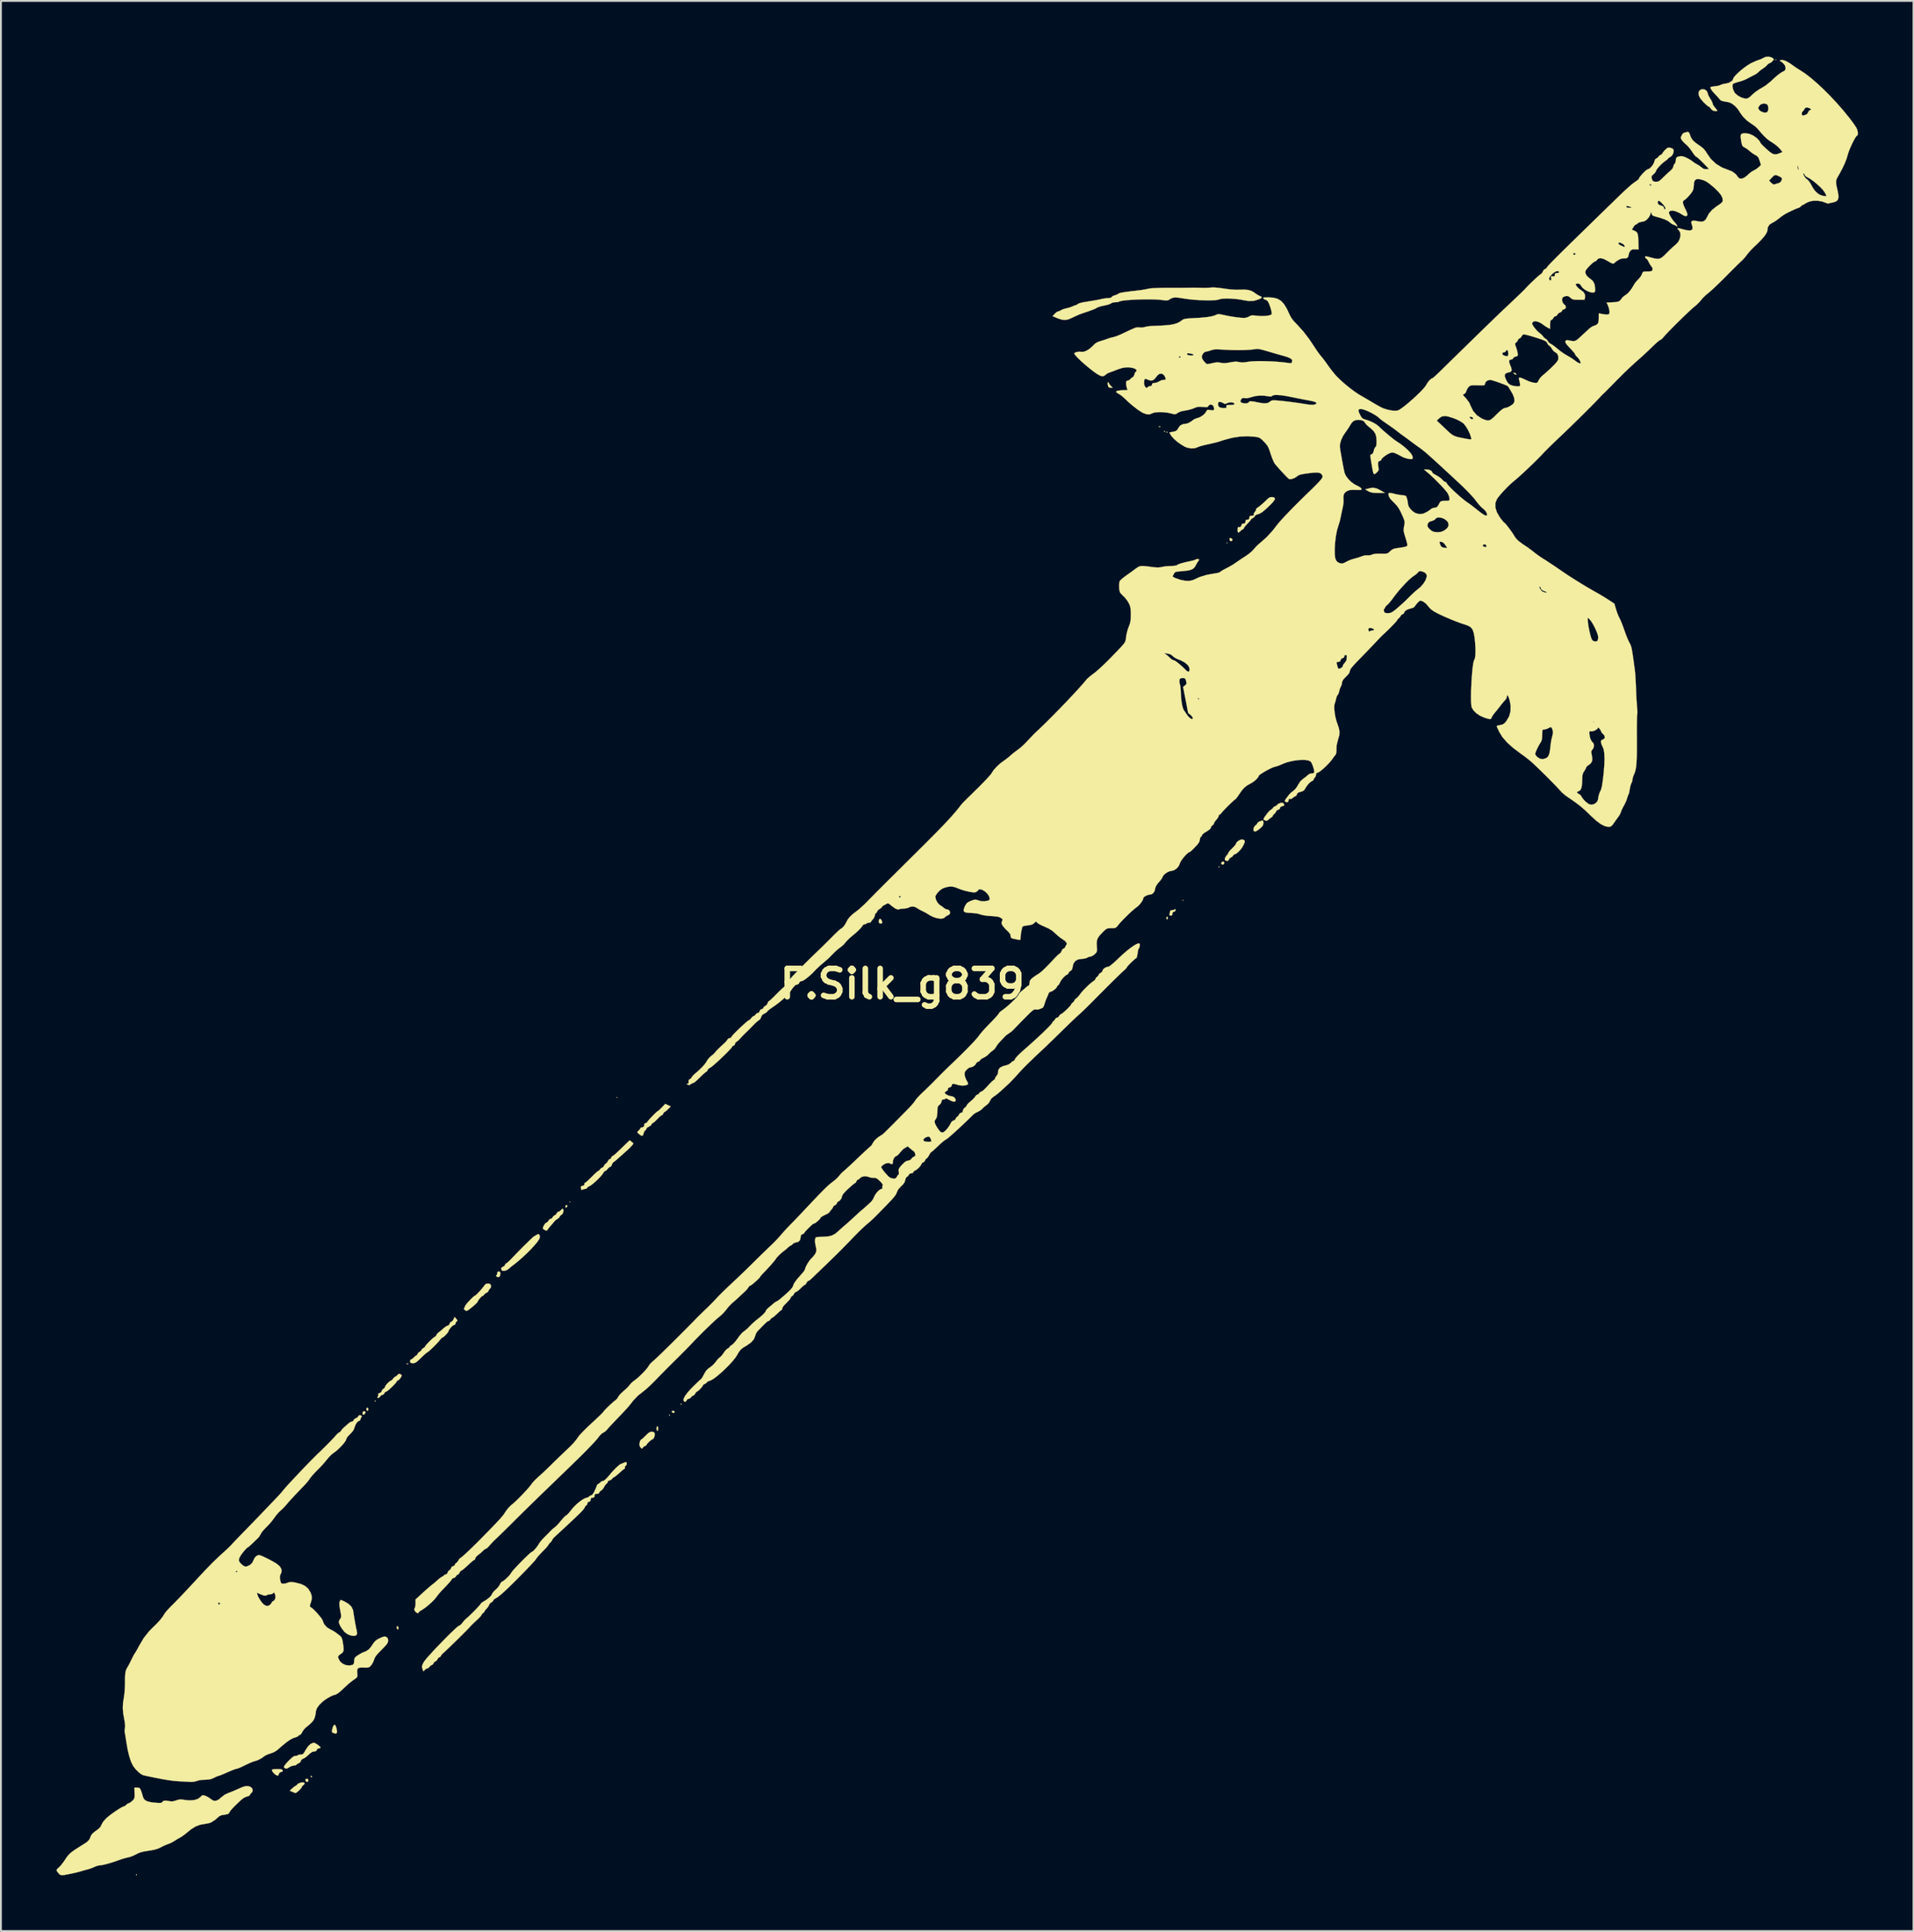
<source format=kicad_pcb>
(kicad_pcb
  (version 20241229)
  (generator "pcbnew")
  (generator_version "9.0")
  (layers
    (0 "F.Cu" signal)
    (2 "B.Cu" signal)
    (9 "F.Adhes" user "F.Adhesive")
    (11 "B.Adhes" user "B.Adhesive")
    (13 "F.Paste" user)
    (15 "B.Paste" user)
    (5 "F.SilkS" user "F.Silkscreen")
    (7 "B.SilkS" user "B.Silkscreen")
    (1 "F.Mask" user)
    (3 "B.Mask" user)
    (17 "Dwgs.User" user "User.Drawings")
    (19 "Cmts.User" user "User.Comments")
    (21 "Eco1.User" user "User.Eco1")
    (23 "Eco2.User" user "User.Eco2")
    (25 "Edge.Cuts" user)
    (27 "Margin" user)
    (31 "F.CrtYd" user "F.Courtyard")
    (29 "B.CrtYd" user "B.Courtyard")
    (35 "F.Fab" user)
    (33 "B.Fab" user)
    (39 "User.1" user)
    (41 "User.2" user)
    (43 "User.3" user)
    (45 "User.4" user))
  (footprint "F.Silk_g839"
    (layer "F.Cu")
    (at 45.603 49.976)
    (property "Reference" "F.Silk_g839" (at 0 0 0) (layer "F.SilkS") (effects (font (size 1.524 1.524) (thickness 0.3))))
    (attr through_hole)
    (fp_poly (pts (xy -17.907 11.748) (xy -17.928 11.769) (xy -17.949 11.748) (xy -17.928 11.726) (xy -17.907 11.748)) (stroke (width 0.01) (type solid)) (fill yes) (layer "F.SilkS"))
    (fp_poly (pts (xy -15.367 6.117) (xy -15.388 6.138) (xy -15.409 6.117) (xy -15.388 6.096) (xy -15.367 6.117)) (stroke (width 0.01) (type solid)) (fill yes) (layer "F.SilkS"))
    (fp_poly (pts (xy 15.155 -4.508) (xy 15.134 -4.487) (xy 15.113 -4.508) (xy 15.134 -4.53) (xy 15.155 -4.508)) (stroke (width 0.01) (type solid)) (fill yes) (layer "F.SilkS"))
    (fp_poly (pts (xy 17.526 -23.77) (xy 17.505 -23.749) (xy 17.484 -23.77) (xy 17.505 -23.791) (xy 17.526 -23.77)) (stroke (width 0.01) (type solid)) (fill yes) (layer "F.SilkS"))
    (fp_poly (pts (xy 47.117 -49.805) (xy 47.096 -49.784) (xy 47.075 -49.805) (xy 47.096 -49.826) (xy 47.117 -49.805)) (stroke (width 0.01) (type solid)) (fill yes) (layer "F.SilkS"))
    (fp_poly (pts (xy -41.289 47.978) (xy -41.284 48.028) (xy -41.289 48.034) (xy -41.314 48.028) (xy -41.317 48.006) (xy -41.302 47.971) (xy -41.289 47.978)) (stroke (width 0.01) (type solid)) (fill yes) (layer "F.SilkS"))
    (fp_poly (pts (xy -28.42 22.451) (xy -28.415 22.501) (xy -28.42 22.507) (xy -28.445 22.501) (xy -28.448 22.479) (xy -28.433 22.444) (xy -28.42 22.451)) (stroke (width 0.01) (type solid)) (fill yes) (layer "F.SilkS"))
    (fp_poly (pts (xy -26.639 20.464) (xy -26.652 20.483) (xy -26.695 20.486) (xy -26.74 20.476) (xy -26.72 20.46) (xy -26.654 20.455) (xy -26.639 20.464)) (stroke (width 0.01) (type solid)) (fill yes) (layer "F.SilkS"))
    (fp_poly (pts (xy -12.545 23.213) (xy -12.54 23.263) (xy -12.545 23.269) (xy -12.57 23.263) (xy -12.573 23.241) (xy -12.558 23.206) (xy -12.545 23.213)) (stroke (width 0.01) (type solid)) (fill yes) (layer "F.SilkS"))
    (fp_poly (pts (xy -11.91 22.62) (xy -11.905 22.67) (xy -11.91 22.677) (xy -11.935 22.671) (xy -11.938 22.648) (xy -11.923 22.613) (xy -11.91 22.62)) (stroke (width 0.01) (type solid)) (fill yes) (layer "F.SilkS"))
    (fp_poly (pts (xy 13.916 -30.04) (xy 13.904 -30.021) (xy 13.861 -30.018) (xy 13.815 -30.028) (xy 13.835 -30.043) (xy 13.901 -30.048) (xy 13.916 -30.04)) (stroke (width 0.01) (type solid)) (fill yes) (layer "F.SilkS"))
    (fp_poly (pts (xy 14.168 -29.789) (xy 14.162 -29.763) (xy 14.139 -29.76) (xy 14.104 -29.776) (xy 14.111 -29.789) (xy 14.161 -29.794) (xy 14.168 -29.789)) (stroke (width 0.01) (type solid)) (fill yes) (layer "F.SilkS"))
    (fp_poly (pts (xy 14.295 -29.746) (xy 14.289 -29.721) (xy 14.266 -29.718) (xy 14.231 -29.733) (xy 14.238 -29.746) (xy 14.288 -29.751) (xy 14.295 -29.746)) (stroke (width 0.01) (type solid)) (fill yes) (layer "F.SilkS"))
    (fp_poly (pts (xy 17.089 -6.336) (xy 17.094 -6.286) (xy 17.089 -6.279) (xy 17.063 -6.285) (xy 17.06 -6.308) (xy 17.076 -6.343) (xy 17.089 -6.336)) (stroke (width 0.01) (type solid)) (fill yes) (layer "F.SilkS"))
    (fp_poly (pts (xy -18.096 11.923) (xy -18.055 11.958) (xy -18.08 12.006) (xy -18.135 12.059) (xy -18.158 12.036) (xy -18.161 11.982) (xy -18.141 11.921) (xy -18.096 11.923)) (stroke (width 0.01) (type solid)) (fill yes) (layer "F.SilkS"))
    (fp_poly (pts (xy -31.836 42.703) (xy -31.835 42.714) (xy -31.849 42.756) (xy -31.853 42.757) (xy -31.889 42.727) (xy -31.898 42.714) (xy -31.895 42.675) (xy -31.879 42.672) (xy -31.836 42.703)) (stroke (width 0.01) (type solid)) (fill yes) (layer "F.SilkS"))
    (fp_poly (pts (xy -28.804 22.877) (xy -28.8 22.959) (xy -28.818 22.993) (xy -28.864 23.002) (xy -28.888 22.962) (xy -28.892 22.879) (xy -28.874 22.846) (xy -28.828 22.837) (xy -28.804 22.877)) (stroke (width 0.01) (type solid)) (fill yes) (layer "F.SilkS"))
    (fp_poly (pts (xy -12.282 23.049) (xy -12.277 23.074) (xy -12.308 23.109) (xy -12.372 23.109) (xy -12.423 23.075) (xy -12.418 23.02) (xy -12.404 23.009) (xy -12.334 23.003) (xy -12.282 23.049)) (stroke (width 0.01) (type solid)) (fill yes) (layer "F.SilkS"))
    (fp_poly (pts (xy 14.309 -3.566) (xy 14.309 -3.564) (xy 14.298 -3.484) (xy 14.267 -3.485) (xy 14.243 -3.517) (xy 14.243 -3.583) (xy 14.262 -3.61) (xy 14.298 -3.626) (xy 14.309 -3.566)) (stroke (width 0.01) (type solid)) (fill yes) (layer "F.SilkS"))
    (fp_poly (pts (xy 17.346 -6.568) (xy 17.357 -6.522) (xy 17.329 -6.45) (xy 17.269 -6.435) (xy 17.201 -6.457) (xy 17.195 -6.508) (xy 17.235 -6.577) (xy 17.296 -6.598) (xy 17.346 -6.568)) (stroke (width 0.01) (type solid)) (fill yes) (layer "F.SilkS"))
    (fp_poly (pts (xy 33.065 -32.911) (xy 33.085 -32.89) (xy 33.102 -32.837) (xy 33.063 -32.838) (xy 33.001 -32.875) (xy 32.949 -32.92) (xy 32.966 -32.935) (xy 32.988 -32.935) (xy 33.065 -32.911)) (stroke (width 0.01) (type solid)) (fill yes) (layer "F.SilkS"))
    (fp_poly (pts (xy -32.048 42.857) (xy -32.026 42.923) (xy -32.032 42.95) (xy -32.076 43.006) (xy -32.14 42.983) (xy -32.164 42.961) (xy -32.191 42.898) (xy -32.167 42.855) (xy -32.105 42.827) (xy -32.048 42.857)) (stroke (width 0.01) (type solid)) (fill yes) (layer "F.SilkS"))
    (fp_poly (pts (xy -28.948 23.053) (xy -28.946 23.113) (xy -28.994 23.174) (xy -29.055 23.221) (xy -29.085 23.208) (xy -29.099 23.176) (xy -29.106 23.082) (xy -29.05 23.033) (xy -29.02 23.029) (xy -28.948 23.053)) (stroke (width 0.01) (type solid)) (fill yes) (layer "F.SilkS"))
    (fp_poly (pts (xy -27.201 34.623) (xy -27.189 34.636) (xy -27.165 34.72) (xy -27.178 34.756) (xy -27.213 34.793) (xy -27.241 34.751) (xy -27.243 34.745) (xy -27.261 34.658) (xy -27.244 34.611) (xy -27.201 34.623)) (stroke (width 0.01) (type solid)) (fill yes) (layer "F.SilkS"))
    (fp_poly (pts (xy -1.14 -3.47) (xy -1.097 -3.376) (xy -1.083 -3.293) (xy -1.116 -3.263) (xy -1.168 -3.26) (xy -1.24 -3.274) (xy -1.267 -3.332) (xy -1.27 -3.39) (xy -1.249 -3.483) (xy -1.199 -3.509) (xy -1.14 -3.47)) (stroke (width 0.01) (type solid)) (fill yes) (layer "F.SilkS"))
    (fp_poly (pts (xy 17.746 -24.01) (xy 17.765 -23.994) (xy 17.805 -23.938) (xy 17.776 -23.891) (xy 17.764 -23.88) (xy 17.708 -23.854) (xy 17.663 -23.899) (xy 17.656 -23.913) (xy 17.637 -23.997) (xy 17.675 -24.035) (xy 17.746 -24.01)) (stroke (width 0.01) (type solid)) (fill yes) (layer "F.SilkS"))
    (fp_poly (pts (xy -13.178 23.87) (xy -13.166 23.959) (xy -13.166 23.961) (xy -13.178 24.05) (xy -13.207 24.088) (xy -13.208 24.088) (xy -13.238 24.051) (xy -13.25 23.962) (xy -13.25 23.961) (xy -13.238 23.871) (xy -13.209 23.834) (xy -13.208 23.834) (xy -13.178 23.87)) (stroke (width 0.01) (type solid)) (fill yes) (layer "F.SilkS"))
    (fp_poly (pts (xy -21.696 15.515) (xy -21.675 15.592) (xy -21.675 15.616) (xy -21.697 15.739) (xy -21.757 15.799) (xy -21.842 15.787) (xy -21.869 15.77) (xy -21.912 15.723) (xy -21.897 15.707) (xy -21.857 15.67) (xy -21.844 15.6) (xy -21.824 15.517) (xy -21.759 15.494) (xy -21.696 15.515)) (stroke (width 0.01) (type solid)) (fill yes) (layer "F.SilkS"))
    (fp_poly (pts (xy 11.132 -32.395) (xy 11.134 -32.383) (xy 11.161 -32.326) (xy 11.228 -32.244) (xy 11.238 -32.235) (xy 11.341 -32.131) (xy 11.24 -32.131) (xy 11.155 -32.143) (xy 11.121 -32.163) (xy 11.088 -32.249) (xy 11.071 -32.344) (xy 11.075 -32.412) (xy 11.091 -32.427) (xy 11.132 -32.395)) (stroke (width 0.01) (type solid)) (fill yes) (layer "F.SilkS"))
    (fp_poly (pts (xy -30.57 39.957) (xy -30.531 40.049) (xy -30.5 40.165) (xy -30.484 40.275) (xy -30.486 40.328) (xy -30.508 40.384) (xy -30.561 40.394) (xy -30.638 40.378) (xy -30.729 40.345) (xy -30.758 40.295) (xy -30.748 40.205) (xy -30.707 40.05) (xy -30.655 39.95) (xy -30.607 39.92) (xy -30.57 39.957)) (stroke (width 0.01) (type solid)) (fill yes) (layer "F.SilkS"))
    (fp_poly (pts (xy 25.597 -26.693) (xy 25.838 -26.57) (xy 25.845 -26.566) (xy 26.014 -26.461) (xy 25.654 -26.462) (xy 25.457 -26.466) (xy 25.315 -26.484) (xy 25.199 -26.519) (xy 25.104 -26.564) (xy 25.001 -26.626) (xy 24.973 -26.661) (xy 24.995 -26.668) (xy 25.091 -26.684) (xy 25.211 -26.719) (xy 25.214 -26.72) (xy 25.39 -26.743) (xy 25.597 -26.693)) (stroke (width 0.01) (type solid)) (fill yes) (layer "F.SilkS"))
    (fp_poly (pts (xy 14.729 -3.99) (xy 14.708 -3.913) (xy 14.647 -3.895) (xy 14.581 -3.87) (xy 14.563 -3.789) (xy 14.544 -3.707) (xy 14.475 -3.683) (xy 14.473 -3.683) (xy 14.409 -3.698) (xy 14.405 -3.76) (xy 14.409 -3.778) (xy 14.43 -3.877) (xy 14.435 -3.926) (xy 14.473 -3.965) (xy 14.559 -3.979) (xy 14.655 -3.996) (xy 14.704 -4.032) (xy 14.721 -4.04) (xy 14.729 -3.99)) (stroke (width 0.01) (type solid)) (fill yes) (layer "F.SilkS"))
    (fp_poly (pts (xy -33.552 42.315) (xy -33.462 42.329) (xy -33.42 42.358) (xy -33.409 42.386) (xy -33.424 42.447) (xy -33.484 42.46) (xy -33.572 42.499) (xy -33.613 42.566) (xy -33.646 42.643) (xy -33.665 42.669) (xy -33.708 42.653) (xy -33.767 42.63) (xy -33.858 42.568) (xy -33.941 42.474) (xy -33.99 42.38) (xy -33.994 42.355) (xy -33.954 42.331) (xy -33.845 42.315) (xy -33.708 42.311) (xy -33.552 42.315)) (stroke (width 0.01) (type solid)) (fill yes) (layer "F.SilkS"))
    (fp_poly (pts (xy 19.461 -8.768) (xy 19.471 -8.678) (xy 19.471 -8.668) (xy 19.454 -8.572) (xy 19.397 -8.483) (xy 19.285 -8.378) (xy 19.277 -8.371) (xy 19.132 -8.263) (xy 19.031 -8.217) (xy 18.964 -8.232) (xy 18.943 -8.257) (xy 18.929 -8.348) (xy 18.964 -8.455) (xy 19.032 -8.54) (xy 19.05 -8.552) (xy 19.118 -8.611) (xy 19.135 -8.655) (xy 19.17 -8.702) (xy 19.256 -8.753) (xy 19.36 -8.793) (xy 19.437 -8.805) (xy 19.461 -8.768)) (stroke (width 0.01) (type solid)) (fill yes) (layer "F.SilkS"))
    (fp_poly (pts (xy -32.251 43.043) (xy -32.233 43.059) (xy -32.239 43.12) (xy -32.293 43.172) (xy -32.363 43.235) (xy -32.385 43.283) (xy -32.414 43.336) (xy -32.486 43.417) (xy -32.576 43.504) (xy -32.661 43.573) (xy -32.716 43.602) (xy -32.717 43.602) (xy -32.771 43.585) (xy -32.868 43.547) (xy -32.887 43.538) (xy -33.029 43.477) (xy -32.893 43.349) (xy -32.803 43.272) (xy -32.736 43.227) (xy -32.722 43.222) (xy -32.672 43.192) (xy -32.631 43.144) (xy -32.556 43.085) (xy -32.446 43.043) (xy -32.334 43.027) (xy -32.251 43.043)) (stroke (width 0.01) (type solid)) (fill yes) (layer "F.SilkS"))
    (fp_poly (pts (xy -13.41 24.15) (xy -13.362 24.194) (xy -13.35 24.3) (xy -13.374 24.416) (xy -13.424 24.506) (xy -13.462 24.532) (xy -13.54 24.576) (xy -13.636 24.653) (xy -13.727 24.742) (xy -13.788 24.818) (xy -13.801 24.85) (xy -13.835 24.888) (xy -13.862 24.892) (xy -13.932 24.924) (xy -13.982 24.977) (xy -14.029 25.035) (xy -14.067 25.029) (xy -14.117 24.978) (xy -14.169 24.887) (xy -14.172 24.765) (xy -14.167 24.735) (xy -14.138 24.627) (xy -14.097 24.564) (xy -14.087 24.559) (xy -14.032 24.521) (xy -13.94 24.44) (xy -13.837 24.336) (xy -13.709 24.214) (xy -13.61 24.15) (xy -13.517 24.13) (xy -13.513 24.13) (xy -13.41 24.15)) (stroke (width 0.01) (type solid)) (fill yes) (layer "F.SilkS"))
    (fp_poly (pts (xy 43.282 -48.194) (xy 43.368 -48.124) (xy 43.418 -48.029) (xy 43.434 -47.965) (xy 43.457 -47.895) (xy 43.514 -47.785) (xy 43.561 -47.71) (xy 43.633 -47.589) (xy 43.679 -47.487) (xy 43.688 -47.447) (xy 43.714 -47.372) (xy 43.781 -47.27) (xy 43.815 -47.229) (xy 43.891 -47.137) (xy 43.937 -47.072) (xy 43.942 -47.058) (xy 43.906 -47.039) (xy 43.816 -47.042) (xy 43.723 -47.061) (xy 43.649 -47.108) (xy 43.584 -47.183) (xy 43.523 -47.258) (xy 43.474 -47.286) (xy 43.426 -47.314) (xy 43.337 -47.389) (xy 43.224 -47.495) (xy 43.197 -47.521) (xy 43.032 -47.713) (xy 42.944 -47.882) (xy 42.932 -48.033) (xy 42.965 -48.127) (xy 43.046 -48.199) (xy 43.162 -48.221) (xy 43.282 -48.194)) (stroke (width 0.01) (type solid)) (fill yes) (layer "F.SilkS"))
    (fp_poly (pts (xy 20.551 -9.731) (xy 20.573 -9.696) (xy 20.596 -9.633) (xy 20.563 -9.601) (xy 20.491 -9.583) (xy 20.39 -9.541) (xy 20.362 -9.477) (xy 20.33 -9.411) (xy 20.277 -9.398) (xy 20.192 -9.359) (xy 20.15 -9.291) (xy 20.097 -9.202) (xy 20.045 -9.16) (xy 19.989 -9.107) (xy 19.981 -9.077) (xy 19.948 -9.015) (xy 19.888 -8.97) (xy 19.785 -8.898) (xy 19.729 -8.845) (xy 19.652 -8.793) (xy 19.569 -8.807) (xy 19.495 -8.847) (xy 19.473 -8.875) (xy 19.499 -8.939) (xy 19.565 -9.042) (xy 19.652 -9.16) (xy 19.744 -9.272) (xy 19.822 -9.352) (xy 19.861 -9.379) (xy 19.945 -9.435) (xy 19.983 -9.486) (xy 20.043 -9.551) (xy 20.086 -9.567) (xy 20.156 -9.599) (xy 20.201 -9.646) (xy 20.281 -9.711) (xy 20.391 -9.755) (xy 20.493 -9.765) (xy 20.551 -9.731)) (stroke (width 0.01) (type solid)) (fill yes) (layer "F.SilkS"))
    (fp_poly (pts (xy -30.247 33.206) (xy -30.156 33.243) (xy -30.091 33.272) (xy -29.856 33.411) (xy -29.697 33.57) (xy -29.619 33.744) (xy -29.615 33.766) (xy -29.581 33.987) (xy -29.542 34.219) (xy -29.503 34.441) (xy -29.467 34.635) (xy -29.437 34.78) (xy -29.42 34.848) (xy -29.402 34.966) (xy -29.409 35.049) (xy -29.465 35.113) (xy -29.576 35.135) (xy -29.724 35.116) (xy -29.891 35.054) (xy -29.909 35.046) (xy -30.07 34.927) (xy -30.216 34.746) (xy -30.216 34.746) (xy -30.321 34.57) (xy -30.374 34.441) (xy -30.377 34.34) (xy -30.336 34.25) (xy -30.321 34.23) (xy -30.283 34.177) (xy -30.263 34.123) (xy -30.26 34.05) (xy -30.275 33.936) (xy -30.307 33.762) (xy -30.31 33.745) (xy -30.344 33.54) (xy -30.355 33.396) (xy -30.341 33.295) (xy -30.302 33.217) (xy -30.288 33.198) (xy -30.247 33.206)) (stroke (width 0.01) (type solid)) (fill yes) (layer "F.SilkS"))
    (fp_poly (pts (xy 18.414 -7.764) (xy 18.468 -7.7) (xy 18.457 -7.625) (xy 18.411 -7.529) (xy 18.396 -7.493) (xy 18.328 -7.366) (xy 18.227 -7.232) (xy 18.112 -7.111) (xy 18.001 -7.022) (xy 17.914 -6.985) (xy 17.91 -6.985) (xy 17.855 -6.951) (xy 17.836 -6.918) (xy 17.779 -6.852) (xy 17.711 -6.813) (xy 17.635 -6.763) (xy 17.611 -6.715) (xy 17.578 -6.648) (xy 17.499 -6.63) (xy 17.43 -6.652) (xy 17.385 -6.693) (xy 17.391 -6.758) (xy 17.41 -6.806) (xy 17.464 -6.901) (xy 17.515 -6.955) (xy 17.564 -7.017) (xy 17.568 -7.041) (xy 17.596 -7.102) (xy 17.666 -7.188) (xy 17.685 -7.208) (xy 17.833 -7.357) (xy 17.928 -7.46) (xy 17.978 -7.528) (xy 17.992 -7.568) (xy 18.026 -7.633) (xy 18.11 -7.705) (xy 18.213 -7.764) (xy 18.305 -7.789) (xy 18.306 -7.789) (xy 18.414 -7.764)) (stroke (width 0.01) (type solid)) (fill yes) (layer "F.SilkS"))
    (fp_poly (pts (xy -19.574 13.509) (xy -19.545 13.601) (xy -19.549 13.673) (xy -19.591 13.77) (xy -19.688 13.91) (xy -19.832 14.083) (xy -20.012 14.278) (xy -20.218 14.486) (xy -20.44 14.696) (xy -20.667 14.898) (xy -20.891 15.082) (xy -21.033 15.189) (xy -21.141 15.276) (xy -21.223 15.35) (xy -21.323 15.418) (xy -21.438 15.457) (xy -21.541 15.462) (xy -21.605 15.428) (xy -21.61 15.419) (xy -21.629 15.325) (xy -21.585 15.267) (xy -21.526 15.24) (xy -21.448 15.188) (xy -21.421 15.135) (xy -21.395 15.078) (xy -21.373 15.071) (xy -21.325 15.042) (xy -21.235 14.964) (xy -21.119 14.851) (xy -21.055 14.785) (xy -20.85 14.571) (xy -20.643 14.358) (xy -20.442 14.155) (xy -20.255 13.971) (xy -20.093 13.813) (xy -19.963 13.691) (xy -19.874 13.613) (xy -19.837 13.589) (xy -19.778 13.563) (xy -19.721 13.52) (xy -19.637 13.478) (xy -19.574 13.509)) (stroke (width 0.01) (type solid)) (fill yes) (layer "F.SilkS"))
    (fp_poly (pts (xy -18.273 12.181) (xy -18.279 12.277) (xy -18.313 12.373) (xy -18.366 12.431) (xy -18.374 12.434) (xy -18.447 12.488) (xy -18.47 12.534) (xy -18.524 12.612) (xy -18.591 12.656) (xy -18.688 12.72) (xy -18.775 12.81) (xy -18.857 12.912) (xy -18.962 13.034) (xy -18.997 13.074) (xy -19.078 13.169) (xy -19.127 13.24) (xy -19.135 13.259) (xy -19.166 13.291) (xy -19.24 13.28) (xy -19.325 13.235) (xy -19.373 13.192) (xy -19.38 13.145) (xy -19.349 13.062) (xy -19.331 13.023) (xy -19.27 12.926) (xy -19.21 12.873) (xy -19.195 12.869) (xy -19.133 12.835) (xy -19.085 12.764) (xy -19.024 12.685) (xy -18.961 12.658) (xy -18.888 12.622) (xy -18.861 12.578) (xy -18.802 12.501) (xy -18.749 12.475) (xy -18.668 12.419) (xy -18.64 12.364) (xy -18.591 12.294) (xy -18.542 12.277) (xy -18.464 12.244) (xy -18.407 12.185) (xy -18.347 12.125) (xy -18.303 12.119) (xy -18.273 12.181)) (stroke (width 0.01) (type solid)) (fill yes) (layer "F.SilkS"))
    (fp_poly (pts (xy -22.233 16.166) (xy -22.187 16.231) (xy -22.181 16.256) (xy -22.189 16.366) (xy -22.234 16.417) (xy -22.295 16.488) (xy -22.31 16.535) (xy -22.345 16.594) (xy -22.417 16.637) (xy -22.506 16.69) (xy -22.548 16.742) (xy -22.599 16.799) (xy -22.627 16.806) (xy -22.681 16.838) (xy -22.758 16.914) (xy -22.835 17.008) (xy -22.89 17.094) (xy -22.902 17.134) (xy -22.933 17.175) (xy -23.015 17.255) (xy -23.133 17.36) (xy -23.193 17.409) (xy -23.332 17.522) (xy -23.424 17.588) (xy -23.485 17.615) (xy -23.532 17.609) (xy -23.577 17.582) (xy -23.639 17.521) (xy -23.626 17.47) (xy -23.583 17.394) (xy -23.58 17.367) (xy -23.552 17.314) (xy -23.48 17.222) (xy -23.38 17.109) (xy -23.27 16.993) (xy -23.167 16.892) (xy -23.088 16.824) (xy -23.053 16.806) (xy -23.004 16.776) (xy -22.918 16.695) (xy -22.809 16.582) (xy -22.693 16.45) (xy -22.583 16.318) (xy -22.497 16.202) (xy -22.488 16.188) (xy -22.428 16.157) (xy -22.331 16.147) (xy -22.233 16.166)) (stroke (width 0.01) (type solid)) (fill yes) (layer "F.SilkS"))
    (fp_poly (pts (xy -27.091 21.02) (xy -27.061 21.034) (xy -27.003 21.072) (xy -26.996 21.116) (xy -27.036 21.197) (xy -27.043 21.209) (xy -27.113 21.303) (xy -27.185 21.359) (xy -27.189 21.36) (xy -27.251 21.396) (xy -27.263 21.417) (xy -27.292 21.471) (xy -27.369 21.561) (xy -27.475 21.672) (xy -27.593 21.785) (xy -27.705 21.884) (xy -27.793 21.951) (xy -27.836 21.971) (xy -27.902 22.007) (xy -27.928 22.056) (xy -27.979 22.125) (xy -28.028 22.14) (xy -28.109 22.174) (xy -28.152 22.225) (xy -28.215 22.293) (xy -28.264 22.31) (xy -28.308 22.297) (xy -28.283 22.252) (xy -28.254 22.168) (xy -28.26 22.128) (xy -28.253 22.072) (xy -28.187 22.048) (xy -28.099 22.001) (xy -28.075 21.941) (xy -28.031 21.856) (xy -27.98 21.822) (xy -27.912 21.77) (xy -27.897 21.725) (xy -27.868 21.656) (xy -27.796 21.562) (xy -27.705 21.468) (xy -27.62 21.399) (xy -27.57 21.378) (xy -27.518 21.346) (xy -27.457 21.273) (xy -27.394 21.197) (xy -27.343 21.167) (xy -27.285 21.137) (xy -27.224 21.076) (xy -27.158 21.015) (xy -27.091 21.02)) (stroke (width 0.01) (type solid)) (fill yes) (layer "F.SilkS"))
    (fp_poly (pts (xy -31.657 40.918) (xy -31.558 40.976) (xy -31.459 41.049) (xy -31.388 41.117) (xy -31.369 41.153) (xy -31.405 41.183) (xy -31.458 41.19) (xy -31.542 41.227) (xy -31.568 41.275) (xy -31.617 41.342) (xy -31.714 41.36) (xy -31.817 41.384) (xy -31.934 41.463) (xy -32.024 41.547) (xy -32.139 41.649) (xy -32.245 41.722) (xy -32.307 41.748) (xy -32.396 41.799) (xy -32.427 41.867) (xy -32.477 41.955) (xy -32.535 41.989) (xy -32.621 42.029) (xy -32.652 42.063) (xy -32.715 42.105) (xy -32.814 42.122) (xy -32.942 42.148) (xy -33.051 42.206) (xy -33.16 42.276) (xy -33.246 42.283) (xy -33.31 42.253) (xy -33.342 42.213) (xy -33.329 42.151) (xy -33.266 42.058) (xy -33.147 41.925) (xy -33.043 41.819) (xy -32.895 41.682) (xy -32.789 41.611) (xy -32.726 41.601) (xy -32.648 41.597) (xy -32.62 41.575) (xy -32.562 41.544) (xy -32.459 41.529) (xy -32.448 41.529) (xy -32.367 41.522) (xy -32.307 41.491) (xy -32.25 41.417) (xy -32.175 41.284) (xy -32.174 41.283) (xy -32.048 41.093) (xy -31.91 40.96) (xy -31.77 40.898) (xy -31.73 40.894) (xy -31.657 40.918)) (stroke (width 0.01) (type solid)) (fill yes) (layer "F.SilkS"))
    (fp_poly (pts (xy -12.637 6.532) (xy -12.489 6.602) (xy -12.638 6.751) (xy -12.732 6.838) (xy -12.804 6.891) (xy -12.826 6.9) (xy -12.867 6.935) (xy -12.89 6.985) (xy -12.932 7.054) (xy -12.965 7.07) (xy -13.017 7.099) (xy -13.105 7.174) (xy -13.211 7.281) (xy -13.212 7.281) (xy -13.318 7.388) (xy -13.405 7.464) (xy -13.454 7.493) (xy -13.455 7.493) (xy -13.503 7.528) (xy -13.523 7.568) (xy -13.577 7.636) (xy -13.673 7.692) (xy -13.674 7.692) (xy -13.762 7.743) (xy -13.801 7.8) (xy -13.801 7.802) (xy -13.835 7.872) (xy -13.86 7.888) (xy -13.911 7.942) (xy -13.948 8.04) (xy -13.984 8.152) (xy -14.034 8.188) (xy -14.115 8.152) (xy -14.182 8.1) (xy -14.265 8.026) (xy -14.289 7.982) (xy -14.262 7.943) (xy -14.234 7.92) (xy -14.159 7.838) (xy -14.126 7.779) (xy -14.077 7.728) (xy -14.038 7.73) (xy -13.978 7.717) (xy -13.925 7.659) (xy -13.904 7.591) (xy -13.917 7.56) (xy -13.905 7.53) (xy -13.852 7.508) (xy -13.779 7.475) (xy -13.758 7.447) (xy -13.731 7.403) (xy -13.658 7.318) (xy -13.558 7.207) (xy -13.445 7.09) (xy -13.336 6.981) (xy -13.248 6.898) (xy -13.197 6.859) (xy -13.192 6.858) (xy -13.151 6.83) (xy -13.07 6.756) (xy -12.974 6.66) (xy -12.784 6.461) (xy -12.637 6.532)) (stroke (width 0.01) (type solid)) (fill yes) (layer "F.SilkS"))
    (fp_poly (pts (xy 20.052 -26.214) (xy 20.091 -26.161) (xy 20.063 -26.075) (xy 19.966 -25.951) (xy 19.867 -25.848) (xy 19.668 -25.655) (xy 19.513 -25.515) (xy 19.387 -25.418) (xy 19.278 -25.354) (xy 19.171 -25.313) (xy 19.124 -25.3) (xy 19.04 -25.262) (xy 19.008 -25.215) (xy 18.973 -25.158) (xy 18.902 -25.111) (xy 18.824 -25.065) (xy 18.796 -25.028) (xy 18.768 -24.983) (xy 18.695 -24.898) (xy 18.606 -24.805) (xy 18.507 -24.699) (xy 18.438 -24.61) (xy 18.416 -24.564) (xy 18.387 -24.515) (xy 18.371 -24.511) (xy 18.314 -24.483) (xy 18.236 -24.413) (xy 18.229 -24.406) (xy 18.157 -24.343) (xy 18.107 -24.326) (xy 18.104 -24.328) (xy 18.083 -24.383) (xy 18.077 -24.47) (xy 18.082 -24.558) (xy 18.099 -24.615) (xy 18.115 -24.619) (xy 18.194 -24.611) (xy 18.264 -24.66) (xy 18.288 -24.727) (xy 18.315 -24.791) (xy 18.394 -24.807) (xy 18.474 -24.825) (xy 18.499 -24.894) (xy 18.5 -24.913) (xy 18.517 -24.994) (xy 18.586 -25.019) (xy 18.605 -25.019) (xy 18.686 -25.036) (xy 18.711 -25.105) (xy 18.711 -25.125) (xy 18.724 -25.2) (xy 18.78 -25.228) (xy 18.843 -25.231) (xy 18.933 -25.241) (xy 18.955 -25.276) (xy 18.95 -25.295) (xy 18.959 -25.37) (xy 19.01 -25.445) (xy 19.064 -25.518) (xy 19.072 -25.569) (xy 19.085 -25.615) (xy 19.138 -25.656) (xy 19.223 -25.715) (xy 19.348 -25.817) (xy 19.494 -25.946) (xy 19.641 -26.085) (xy 19.71 -26.154) (xy 19.822 -26.229) (xy 19.946 -26.239) (xy 20.052 -26.214)) (stroke (width 0.01) (type solid)) (fill yes) (layer "F.SilkS"))
    (fp_poly (pts (xy -14.592 8.51) (xy -14.52 8.573) (xy -14.51 8.618) (xy -14.554 8.677) (xy -14.631 8.762) (xy -14.676 8.813) (xy -14.732 8.868) (xy -14.831 8.959) (xy -14.943 9.059) (xy -15.085 9.185) (xy -15.228 9.312) (xy -15.317 9.393) (xy -15.43 9.492) (xy -15.534 9.575) (xy -15.568 9.599) (xy -15.64 9.675) (xy -15.663 9.745) (xy -15.7 9.825) (xy -15.746 9.851) (xy -15.83 9.901) (xy -15.895 9.974) (xy -15.963 10.048) (xy -16.021 10.075) (xy -16.082 10.11) (xy -16.105 10.152) (xy -16.155 10.236) (xy -16.254 10.355) (xy -16.384 10.493) (xy -16.53 10.633) (xy -16.672 10.758) (xy -16.795 10.852) (xy -16.877 10.897) (xy -16.96 10.945) (xy -16.992 10.987) (xy -17.048 11.036) (xy -17.114 11.049) (xy -17.211 11.067) (xy -17.258 11.094) (xy -17.297 11.104) (xy -17.323 11.036) (xy -17.324 11.032) (xy -17.331 10.931) (xy -17.291 10.887) (xy -17.223 10.88) (xy -17.157 10.847) (xy -17.145 10.795) (xy -17.126 10.726) (xy -17.1 10.71) (xy -17.053 10.682) (xy -16.963 10.604) (xy -16.843 10.491) (xy -16.744 10.393) (xy -16.612 10.261) (xy -16.498 10.157) (xy -16.418 10.091) (xy -16.389 10.075) (xy -16.335 10.042) (xy -16.298 9.991) (xy -16.237 9.923) (xy -16.19 9.906) (xy -16.129 9.871) (xy -16.089 9.806) (xy -16.034 9.719) (xy -15.983 9.68) (xy -15.918 9.623) (xy -15.875 9.547) (xy -15.824 9.468) (xy -15.77 9.44) (xy -15.713 9.408) (xy -15.706 9.378) (xy -15.672 9.311) (xy -15.622 9.271) (xy -15.579 9.247) (xy -15.532 9.213) (xy -15.47 9.161) (xy -15.383 9.081) (xy -15.26 8.964) (xy -15.09 8.8) (xy -15.019 8.731) (xy -14.702 8.424) (xy -14.592 8.51)) (stroke (width 0.01) (type solid)) (fill yes) (layer "F.SilkS"))
    (fp_poly (pts (xy -24.051 18.049) (xy -23.992 18.121) (xy -23.991 18.159) (xy -24.022 18.175) (xy -24.076 18.234) (xy -24.088 18.287) (xy -24.117 18.359) (xy -24.162 18.373) (xy -24.229 18.404) (xy -24.317 18.482) (xy -24.401 18.58) (xy -24.458 18.671) (xy -24.469 18.711) (xy -24.497 18.768) (xy -24.566 18.855) (xy -24.654 18.947) (xy -24.736 19.02) (xy -24.791 19.05) (xy -24.791 19.05) (xy -24.839 19.081) (xy -24.911 19.157) (xy -24.935 19.188) (xy -25.016 19.284) (xy -25.128 19.404) (xy -25.255 19.534) (xy -25.383 19.659) (xy -25.497 19.763) (xy -25.581 19.833) (xy -25.618 19.854) (xy -25.662 19.882) (xy -25.75 19.958) (xy -25.869 20.068) (xy -25.95 20.148) (xy -26.099 20.29) (xy -26.207 20.379) (xy -26.29 20.425) (xy -26.364 20.438) (xy -26.373 20.438) (xy -26.47 20.429) (xy -26.521 20.412) (xy -26.544 20.349) (xy -26.532 20.275) (xy -26.492 20.236) (xy -26.487 20.235) (xy -26.423 20.206) (xy -26.343 20.134) (xy -26.339 20.13) (xy -26.265 20.057) (xy -26.21 20.024) (xy -26.207 20.024) (xy -26.164 19.989) (xy -26.142 19.941) (xy -26.083 19.86) (xy -26.035 19.833) (xy -25.955 19.774) (xy -25.929 19.727) (xy -25.87 19.648) (xy -25.821 19.621) (xy -25.754 19.579) (xy -25.739 19.547) (xy -25.71 19.497) (xy -25.635 19.408) (xy -25.531 19.299) (xy -25.417 19.187) (xy -25.31 19.09) (xy -25.228 19.025) (xy -25.194 19.008) (xy -25.148 18.973) (xy -25.126 18.927) (xy -25.072 18.841) (xy -25.007 18.782) (xy -24.92 18.716) (xy -24.806 18.62) (xy -24.747 18.566) (xy -24.639 18.48) (xy -24.546 18.425) (xy -24.508 18.415) (xy -24.442 18.378) (xy -24.409 18.309) (xy -24.367 18.23) (xy -24.318 18.203) (xy -24.258 18.168) (xy -24.202 18.082) (xy -24.199 18.076) (xy -24.146 17.948) (xy -24.051 18.049)) (stroke (width 0.01) (type solid)) (fill yes) (layer "F.SilkS"))
    (fp_poly (pts (xy 17.063 -37.513) (xy 17.335 -37.475) (xy 17.663 -37.431) (xy 17.954 -37.411) (xy 18.151 -37.413) (xy 18.436 -37.42) (xy 18.658 -37.398) (xy 18.835 -37.344) (xy 18.984 -37.254) (xy 18.994 -37.246) (xy 19.117 -37.159) (xy 19.235 -37.091) (xy 19.272 -37.075) (xy 19.364 -37.032) (xy 19.377 -36.99) (xy 19.312 -36.938) (xy 19.246 -36.905) (xy 18.969 -36.817) (xy 18.661 -36.806) (xy 18.426 -36.844) (xy 18.207 -36.885) (xy 17.965 -36.915) (xy 17.72 -36.934) (xy 17.49 -36.941) (xy 17.295 -36.934) (xy 17.155 -36.914) (xy 17.112 -36.899) (xy 17.001 -36.867) (xy 16.821 -36.847) (xy 16.588 -36.838) (xy 16.316 -36.84) (xy 16.02 -36.852) (xy 15.716 -36.873) (xy 15.419 -36.904) (xy 15.143 -36.944) (xy 15.092 -36.953) (xy 14.858 -36.988) (xy 14.684 -36.995) (xy 14.554 -36.971) (xy 14.447 -36.916) (xy 14.436 -36.908) (xy 14.369 -36.864) (xy 14.305 -36.84) (xy 14.218 -36.835) (xy 14.087 -36.847) (xy 13.961 -36.863) (xy 13.769 -36.881) (xy 13.532 -36.891) (xy 13.263 -36.895) (xy 12.977 -36.892) (xy 12.688 -36.884) (xy 12.411 -36.871) (xy 12.159 -36.853) (xy 11.947 -36.832) (xy 11.789 -36.807) (xy 11.698 -36.779) (xy 11.691 -36.774) (xy 11.612 -36.746) (xy 11.496 -36.738) (xy 11.484 -36.739) (xy 11.343 -36.724) (xy 11.259 -36.68) (xy 11.179 -36.638) (xy 11.046 -36.595) (xy 10.892 -36.562) (xy 10.726 -36.526) (xy 10.581 -36.482) (xy 10.492 -36.441) (xy 10.421 -36.401) (xy 10.318 -36.355) (xy 10.171 -36.299) (xy 9.969 -36.228) (xy 9.698 -36.137) (xy 9.673 -36.129) (xy 9.523 -36.072) (xy 9.341 -35.992) (xy 9.18 -35.915) (xy 8.971 -35.822) (xy 8.795 -35.782) (xy 8.62 -35.795) (xy 8.415 -35.858) (xy 8.356 -35.882) (xy 8.098 -35.987) (xy 8.215 -36.112) (xy 8.302 -36.192) (xy 8.376 -36.235) (xy 8.39 -36.237) (xy 8.467 -36.26) (xy 8.538 -36.3) (xy 8.632 -36.346) (xy 8.769 -36.391) (xy 8.847 -36.41) (xy 8.998 -36.449) (xy 9.132 -36.495) (xy 9.179 -36.516) (xy 9.276 -36.559) (xy 9.342 -36.576) (xy 9.411 -36.603) (xy 9.453 -36.637) (xy 9.525 -36.675) (xy 9.652 -36.714) (xy 9.784 -36.741) (xy 10.073 -36.788) (xy 10.291 -36.824) (xy 10.452 -36.851) (xy 10.569 -36.873) (xy 10.656 -36.891) (xy 10.725 -36.908) (xy 10.752 -36.915) (xy 10.896 -36.943) (xy 11.057 -36.956) (xy 11.082 -36.957) (xy 11.221 -36.972) (xy 11.286 -37.016) (xy 11.287 -37.018) (xy 11.341 -37.068) (xy 11.44 -37.106) (xy 11.444 -37.107) (xy 11.561 -37.146) (xy 11.645 -37.194) (xy 11.682 -37.217) (xy 11.746 -37.238) (xy 11.847 -37.26) (xy 11.994 -37.284) (xy 12.198 -37.312) (xy 12.468 -37.345) (xy 12.764 -37.379) (xy 12.948 -37.405) (xy 13.13 -37.437) (xy 13.25 -37.464) (xy 13.372 -37.483) (xy 13.568 -37.498) (xy 13.829 -37.508) (xy 14.145 -37.513) (xy 14.287 -37.513) (xy 14.578 -37.513) (xy 14.868 -37.514) (xy 15.137 -37.515) (xy 15.363 -37.517) (xy 15.515 -37.519) (xy 15.726 -37.521) (xy 15.941 -37.519) (xy 16.12 -37.514) (xy 16.15 -37.513) (xy 16.335 -37.51) (xy 16.526 -37.518) (xy 16.616 -37.528) (xy 16.802 -37.534) (xy 17.063 -37.513)) (stroke (width 0.01) (type solid)) (fill yes) (layer "F.SilkS"))
    (fp_poly (pts (xy -35.207 43.247) (xy -35.166 43.262) (xy -35.072 43.331) (xy -35.029 43.432) (xy -35.043 43.533) (xy -35.092 43.59) (xy -35.159 43.657) (xy -35.179 43.706) (xy -35.216 43.749) (xy -35.308 43.782) (xy -35.328 43.786) (xy -35.469 43.839) (xy -35.622 43.946) (xy -35.65 43.971) (xy -35.882 44.189) (xy -36.055 44.36) (xy -36.175 44.489) (xy -36.249 44.583) (xy -36.279 44.639) (xy -36.316 44.7) (xy -36.385 44.738) (xy -36.508 44.763) (xy -36.556 44.77) (xy -36.719 44.8) (xy -36.836 44.855) (xy -36.938 44.942) (xy -37.028 45.026) (xy -37.094 45.077) (xy -37.111 45.085) (xy -37.162 45.11) (xy -37.22 45.157) (xy -37.313 45.204) (xy -37.467 45.243) (xy -37.583 45.259) (xy -37.868 45.311) (xy -38.118 45.408) (xy -38.36 45.562) (xy -38.502 45.677) (xy -38.646 45.795) (xy -38.787 45.901) (xy -38.897 45.974) (xy -38.904 45.978) (xy -39.095 46.086) (xy -39.256 46.184) (xy -39.328 46.23) (xy -39.439 46.289) (xy -39.578 46.345) (xy -39.603 46.353) (xy -39.739 46.407) (xy -39.901 46.483) (xy -39.987 46.528) (xy -40.134 46.598) (xy -40.309 46.651) (xy -40.536 46.695) (xy -40.649 46.712) (xy -40.889 46.751) (xy -41.068 46.794) (xy -41.212 46.849) (xy -41.31 46.901) (xy -41.477 46.983) (xy -41.662 47.049) (xy -41.749 47.07) (xy -41.908 47.109) (xy -42.101 47.166) (xy -42.27 47.224) (xy -42.522 47.313) (xy -42.769 47.389) (xy -42.991 47.449) (xy -43.17 47.487) (xy -43.275 47.498) (xy -43.392 47.518) (xy -43.528 47.566) (xy -43.553 47.579) (xy -43.698 47.642) (xy -43.863 47.698) (xy -43.9 47.707) (xy -44.061 47.751) (xy -44.241 47.803) (xy -44.302 47.821) (xy -44.521 47.881) (xy -44.804 47.944) (xy -45.132 48.008) (xy -45.214 48.023) (xy -45.354 48.026) (xy -45.43 47.996) (xy -45.504 47.92) (xy -45.562 47.843) (xy -45.598 47.779) (xy -45.593 47.729) (xy -45.539 47.666) (xy -45.476 47.61) (xy -45.369 47.499) (xy -45.252 47.351) (xy -45.178 47.244) (xy -45.063 47.07) (xy -44.954 46.935) (xy -44.832 46.818) (xy -44.676 46.7) (xy -44.466 46.563) (xy -44.296 46.455) (xy -44.137 46.354) (xy -44.014 46.276) (xy -43.97 46.248) (xy -43.839 46.114) (xy -43.779 45.982) (xy -43.73 45.867) (xy -43.652 45.771) (xy -43.526 45.67) (xy -43.475 45.635) (xy -43.323 45.519) (xy -43.229 45.416) (xy -43.178 45.308) (xy -43.103 45.168) (xy -42.968 45.008) (xy -42.894 44.937) (xy -42.768 44.831) (xy -42.612 44.713) (xy -42.443 44.593) (xy -42.276 44.483) (xy -42.13 44.394) (xy -42.02 44.338) (xy -41.972 44.323) (xy -41.909 44.294) (xy -41.846 44.238) (xy -41.77 44.175) (xy -41.716 44.154) (xy -41.653 44.127) (xy -41.56 44.06) (xy -41.525 44.029) (xy -41.454 43.959) (xy -41.414 43.895) (xy -41.397 43.809) (xy -41.396 43.676) (xy -41.398 43.606) (xy -41.406 43.307) (xy -41.261 43.307) (xy -41.161 43.317) (xy -41.102 43.362) (xy -41.052 43.466) (xy -41.002 43.608) (xy -40.963 43.744) (xy -40.96 43.757) (xy -40.914 43.89) (xy -40.832 43.986) (xy -40.701 44.053) (xy -40.508 44.097) (xy -40.336 44.119) (xy -40.127 44.136) (xy -39.994 44.136) (xy -39.933 44.121) (xy -39.928 44.113) (xy -39.861 44.037) (xy -39.735 44.008) (xy -39.563 44.03) (xy -39.428 44.055) (xy -39.31 44.047) (xy -39.163 44.003) (xy -39.161 44.002) (xy -39.024 43.96) (xy -38.907 43.948) (xy -38.766 43.961) (xy -38.691 43.975) (xy -38.422 44.001) (xy -38.179 43.981) (xy -37.98 43.917) (xy -37.846 43.817) (xy -37.773 43.741) (xy -37.712 43.718) (xy -37.623 43.736) (xy -37.577 43.752) (xy -37.437 43.819) (xy -37.311 43.907) (xy -37.299 43.917) (xy -37.157 44.012) (xy -37.012 44.024) (xy -36.86 43.953) (xy -36.749 43.856) (xy -36.543 43.695) (xy -36.358 43.608) (xy -36.208 43.551) (xy -36.018 43.473) (xy -35.828 43.388) (xy -35.8 43.376) (xy -35.596 43.287) (xy -35.442 43.239) (xy -35.32 43.227) (xy -35.207 43.247)) (stroke (width 0.01) (type solid)) (fill yes) (layer "F.SilkS"))
    (fp_poly (pts (xy -14.883 25.771) (xy -14.858 25.845) (xy -14.881 25.928) (xy -14.922 25.965) (xy -14.964 26.018) (xy -14.96 26.055) (xy -14.956 26.11) (xy -14.971 26.12) (xy -15.017 26.147) (xy -15.107 26.218) (xy -15.225 26.32) (xy -15.26 26.353) (xy -15.383 26.461) (xy -15.485 26.543) (xy -15.549 26.583) (xy -15.557 26.585) (xy -15.611 26.617) (xy -15.654 26.67) (xy -15.729 26.737) (xy -15.791 26.755) (xy -15.859 26.78) (xy -15.875 26.816) (xy -15.906 26.887) (xy -15.952 26.932) (xy -16.023 27.009) (xy -16.087 27.119) (xy -16.088 27.122) (xy -16.157 27.229) (xy -16.241 27.3) (xy -16.244 27.301) (xy -16.318 27.358) (xy -16.341 27.41) (xy -16.377 27.461) (xy -16.468 27.474) (xy -16.558 27.486) (xy -16.592 27.534) (xy -16.595 27.58) (xy -16.612 27.661) (xy -16.681 27.686) (xy -16.701 27.686) (xy -16.781 27.703) (xy -16.806 27.772) (xy -16.806 27.792) (xy -16.826 27.875) (xy -16.891 27.898) (xy -16.962 27.927) (xy -16.976 27.984) (xy -17.003 28.065) (xy -17.038 28.093) (xy -17.099 28.15) (xy -17.128 28.208) (xy -17.145 28.246) (xy -17.179 28.295) (xy -17.233 28.36) (xy -17.314 28.447) (xy -17.426 28.56) (xy -17.575 28.704) (xy -17.764 28.884) (xy -18 29.104) (xy -18.287 29.371) (xy -18.631 29.688) (xy -18.737 29.786) (xy -18.823 29.875) (xy -18.875 29.947) (xy -18.881 29.967) (xy -18.91 30.025) (xy -18.981 30.102) (xy -18.986 30.107) (xy -19.059 30.182) (xy -19.092 30.238) (xy -19.092 30.24) (xy -19.121 30.286) (xy -19.197 30.375) (xy -19.309 30.493) (xy -19.389 30.573) (xy -19.525 30.713) (xy -19.643 30.846) (xy -19.726 30.951) (xy -19.748 30.988) (xy -19.795 31.05) (xy -19.893 31.161) (xy -20.033 31.313) (xy -20.206 31.495) (xy -20.403 31.699) (xy -20.615 31.914) (xy -20.831 32.131) (xy -21.044 32.342) (xy -21.243 32.536) (xy -21.42 32.704) (xy -21.564 32.836) (xy -21.569 32.841) (xy -21.705 32.955) (xy -21.834 33.052) (xy -21.929 33.111) (xy -21.938 33.116) (xy -22.021 33.168) (xy -22.056 33.222) (xy -22.09 33.278) (xy -22.158 33.323) (xy -22.246 33.395) (xy -22.286 33.471) (xy -22.337 33.572) (xy -22.417 33.664) (xy -22.489 33.74) (xy -22.521 33.799) (xy -22.521 33.801) (xy -22.553 33.856) (xy -22.606 33.899) (xy -22.673 33.961) (xy -22.692 34.005) (xy -22.723 34.056) (xy -22.802 34.145) (xy -22.915 34.256) (xy -22.953 34.29) (xy -23.083 34.41) (xy -23.196 34.519) (xy -23.27 34.596) (xy -23.279 34.606) (xy -23.339 34.673) (xy -23.447 34.785) (xy -23.592 34.931) (xy -23.762 35.102) (xy -23.947 35.285) (xy -24.136 35.471) (xy -24.318 35.648) (xy -24.482 35.806) (xy -24.617 35.934) (xy -24.712 36.021) (xy -24.753 36.055) (xy -24.834 36.133) (xy -24.872 36.199) (xy -24.92 36.265) (xy -24.959 36.28) (xy -25.019 36.315) (xy -25.06 36.382) (xy -25.122 36.471) (xy -25.186 36.512) (xy -25.256 36.559) (xy -25.273 36.601) (xy -25.308 36.661) (xy -25.373 36.701) (xy -25.46 36.755) (xy -25.499 36.806) (xy -25.555 36.864) (xy -25.589 36.872) (xy -25.665 36.9) (xy -25.739 36.958) (xy -25.825 37.043) (xy -25.866 36.934) (xy -25.896 36.848) (xy -25.902 36.781) (xy -25.88 36.704) (xy -25.825 36.587) (xy -25.805 36.548) (xy -25.751 36.469) (xy -25.65 36.346) (xy -25.509 36.186) (xy -25.339 35.998) (xy -25.147 35.793) (xy -24.942 35.579) (xy -24.733 35.364) (xy -24.53 35.159) (xy -24.34 34.972) (xy -24.173 34.812) (xy -24.038 34.689) (xy -23.942 34.61) (xy -23.898 34.586) (xy -23.839 34.555) (xy -23.757 34.475) (xy -23.719 34.428) (xy -23.631 34.318) (xy -23.549 34.233) (xy -23.526 34.213) (xy -23.446 34.145) (xy -23.333 34.04) (xy -23.201 33.912) (xy -23.063 33.774) (xy -22.934 33.64) (xy -22.827 33.525) (xy -22.756 33.441) (xy -22.733 33.406) (xy -22.699 33.359) (xy -22.615 33.301) (xy -22.595 33.29) (xy -22.425 33.188) (xy -22.276 33.073) (xy -22.169 32.961) (xy -22.125 32.88) (xy -22.079 32.797) (xy -21.988 32.696) (xy -21.929 32.645) (xy -21.815 32.533) (xy -21.723 32.41) (xy -21.698 32.362) (xy -21.648 32.267) (xy -21.602 32.218) (xy -21.595 32.216) (xy -21.53 32.186) (xy -21.431 32.111) (xy -21.317 32.008) (xy -21.209 31.897) (xy -21.126 31.797) (xy -21.094 31.743) (xy -21.051 31.68) (xy -20.962 31.573) (xy -20.837 31.436) (xy -20.69 31.28) (xy -20.531 31.117) (xy -20.372 30.958) (xy -20.225 30.816) (xy -20.102 30.702) (xy -20.015 30.629) (xy -19.977 30.607) (xy -19.919 30.575) (xy -19.833 30.492) (xy -19.736 30.38) (xy -19.648 30.258) (xy -19.603 30.184) (xy -19.53 30.075) (xy -19.419 29.942) (xy -19.319 29.837) (xy -19.188 29.708) (xy -19.061 29.579) (xy -18.985 29.498) (xy -18.876 29.391) (xy -18.765 29.3) (xy -18.741 29.283) (xy -18.66 29.214) (xy -18.55 29.099) (xy -18.433 28.961) (xy -18.413 28.936) (xy -18.304 28.806) (xy -18.205 28.703) (xy -18.135 28.645) (xy -18.123 28.64) (xy -18.062 28.595) (xy -17.972 28.5) (xy -17.874 28.376) (xy -17.872 28.373) (xy -17.733 28.205) (xy -17.568 28.041) (xy -17.394 27.895) (xy -17.226 27.778) (xy -17.083 27.705) (xy -16.998 27.686) (xy -16.927 27.656) (xy -16.891 27.622) (xy -16.813 27.568) (xy -16.769 27.559) (xy -16.71 27.52) (xy -16.635 27.408) (xy -16.584 27.305) (xy -16.524 27.17) (xy -16.482 27.065) (xy -16.468 27.016) (xy -16.434 26.972) (xy -16.362 26.924) (xy -16.285 26.872) (xy -16.256 26.832) (xy -16.221 26.803) (xy -16.178 26.797) (xy -16.081 26.762) (xy -15.955 26.655) (xy -15.797 26.475) (xy -15.769 26.439) (xy -15.669 26.321) (xy -15.548 26.191) (xy -15.422 26.065) (xy -15.307 25.959) (xy -15.218 25.888) (xy -15.177 25.866) (xy -15.111 25.847) (xy -15.021 25.806) (xy -14.934 25.771) (xy -14.883 25.771) (xy -14.883 25.771)) (stroke (width 0.01) (type solid)) (fill yes) (layer "F.SilkS"))
    (fp_poly (pts (xy -29.174 23.26) (xy -29.14 23.304) (xy -29.167 23.346) (xy -29.204 23.407) (xy -29.21 23.451) (xy -29.248 23.523) (xy -29.309 23.553) (xy -29.398 23.616) (xy -29.484 23.753) (xy -29.559 23.955) (xy -29.57 23.993) (xy -29.615 24.073) (xy -29.703 24.181) (xy -29.785 24.264) (xy -29.884 24.367) (xy -29.952 24.455) (xy -29.972 24.5) (xy -30.003 24.591) (xy -30.088 24.718) (xy -30.212 24.866) (xy -30.362 25.02) (xy -30.523 25.165) (xy -30.682 25.285) (xy -30.698 25.295) (xy -30.804 25.382) (xy -30.929 25.511) (xy -31.037 25.64) (xy -31.153 25.783) (xy -31.306 25.954) (xy -31.467 26.123) (xy -31.527 26.182) (xy -31.672 26.33) (xy -31.807 26.478) (xy -31.911 26.603) (xy -31.944 26.649) (xy -31.99 26.717) (xy -32.034 26.778) (xy -32.085 26.842) (xy -32.153 26.92) (xy -32.248 27.022) (xy -32.379 27.159) (xy -32.555 27.342) (xy -32.641 27.432) (xy -32.805 27.605) (xy -32.965 27.778) (xy -33.101 27.93) (xy -33.196 28.041) (xy -33.318 28.18) (xy -33.451 28.314) (xy -33.527 28.38) (xy -33.641 28.49) (xy -33.766 28.635) (xy -33.845 28.744) (xy -33.966 28.909) (xy -34.11 29.082) (xy -34.197 29.175) (xy -34.361 29.342) (xy -34.475 29.466) (xy -34.551 29.564) (xy -34.601 29.65) (xy -34.613 29.675) (xy -34.68 29.786) (xy -34.74 29.856) (xy -34.81 29.923) (xy -34.918 30.026) (xy -35.038 30.142) (xy -35.148 30.245) (xy -35.233 30.321) (xy -35.277 30.353) (xy -35.278 30.353) (xy -35.329 30.384) (xy -35.413 30.467) (xy -35.513 30.581) (xy -35.613 30.709) (xy -35.674 30.797) (xy -35.757 30.947) (xy -35.777 31.063) (xy -35.73 31.168) (xy -35.614 31.287) (xy -35.613 31.288) (xy -35.501 31.371) (xy -35.411 31.398) (xy -35.354 31.392) (xy -35.173 31.312) (xy -35.042 31.18) (xy -34.991 31.068) (xy -34.918 30.918) (xy -34.81 30.815) (xy -34.692 30.778) (xy -34.613 30.797) (xy -34.479 30.851) (xy -34.308 30.93) (xy -34.119 31.026) (xy -33.929 31.129) (xy -33.757 31.231) (xy -33.731 31.248) (xy -33.567 31.386) (xy -33.48 31.536) (xy -33.474 31.691) (xy -33.516 31.796) (xy -33.558 31.893) (xy -33.564 32.002) (xy -33.546 32.118) (xy -33.518 32.24) (xy -33.484 32.3) (xy -33.426 32.321) (xy -33.38 32.323) (xy -33.245 32.304) (xy -33.131 32.266) (xy -33.046 32.236) (xy -32.948 32.23) (xy -32.808 32.246) (xy -32.729 32.26) (xy -32.432 32.336) (xy -32.204 32.443) (xy -32.036 32.59) (xy -31.915 32.784) (xy -31.9 32.818) (xy -31.849 32.975) (xy -31.841 33.118) (xy -31.878 33.285) (xy -31.902 33.359) (xy -31.94 33.475) (xy -31.946 33.538) (xy -31.92 33.574) (xy -31.892 33.591) (xy -31.805 33.656) (xy -31.691 33.764) (xy -31.564 33.896) (xy -31.442 34.036) (xy -31.34 34.163) (xy -31.276 34.261) (xy -31.264 34.292) (xy -31.173 34.509) (xy -31.013 34.682) (xy -30.867 34.77) (xy -30.721 34.845) (xy -30.586 34.927) (xy -30.54 34.96) (xy -30.424 35.049) (xy -30.317 35.13) (xy -30.315 35.131) (xy -30.245 35.209) (xy -30.198 35.334) (xy -30.173 35.457) (xy -30.139 35.678) (xy -30.125 35.832) (xy -30.134 35.938) (xy -30.167 36.012) (xy -30.229 36.071) (xy -30.281 36.107) (xy -30.381 36.181) (xy -30.421 36.243) (xy -30.416 36.318) (xy -30.416 36.32) (xy -30.333 36.492) (xy -30.19 36.626) (xy -30.01 36.709) (xy -29.812 36.728) (xy -29.748 36.719) (xy -29.639 36.692) (xy -29.585 36.652) (xy -29.564 36.571) (xy -29.557 36.49) (xy -29.544 36.374) (xy -29.509 36.298) (xy -29.433 36.23) (xy -29.346 36.173) (xy -29.228 36.101) (xy -29.137 36.049) (xy -29.104 36.034) (xy -28.909 35.957) (xy -28.768 35.861) (xy -28.647 35.721) (xy -28.589 35.633) (xy -28.484 35.481) (xy -28.384 35.379) (xy -28.256 35.298) (xy -28.18 35.26) (xy -28.033 35.196) (xy -27.935 35.17) (xy -27.861 35.177) (xy -27.83 35.189) (xy -27.756 35.245) (xy -27.73 35.34) (xy -27.728 35.383) (xy -27.735 35.454) (xy -27.763 35.525) (xy -27.822 35.608) (xy -27.922 35.72) (xy -28.073 35.873) (xy -28.083 35.883) (xy -28.252 36.057) (xy -28.368 36.192) (xy -28.44 36.302) (xy -28.482 36.403) (xy -28.485 36.416) (xy -28.543 36.565) (xy -28.627 36.701) (xy -28.646 36.724) (xy -28.711 36.791) (xy -28.775 36.828) (xy -28.864 36.842) (xy -29.004 36.841) (xy -29.045 36.839) (xy -29.223 36.839) (xy -29.332 36.866) (xy -29.385 36.932) (xy -29.397 37.052) (xy -29.389 37.163) (xy -29.382 37.275) (xy -29.396 37.347) (xy -29.448 37.406) (xy -29.553 37.479) (xy -29.58 37.496) (xy -29.711 37.592) (xy -29.87 37.724) (xy -30.027 37.867) (xy -30.06 37.899) (xy -30.275 38.1) (xy -30.443 38.234) (xy -30.566 38.302) (xy -30.616 38.312) (xy -30.699 38.335) (xy -30.827 38.395) (xy -30.978 38.48) (xy -31.127 38.576) (xy -31.253 38.671) (xy -31.256 38.674) (xy -31.451 38.866) (xy -31.575 39.047) (xy -31.623 39.209) (xy -31.623 39.225) (xy -31.638 39.352) (xy -31.674 39.501) (xy -31.687 39.54) (xy -31.727 39.636) (xy -31.784 39.723) (xy -31.871 39.819) (xy -32.001 39.936) (xy -32.164 40.071) (xy -32.271 40.181) (xy -32.354 40.307) (xy -32.363 40.328) (xy -32.419 40.422) (xy -32.479 40.469) (xy -32.489 40.471) (xy -32.546 40.492) (xy -32.554 40.511) (xy -32.591 40.548) (xy -32.682 40.587) (xy -32.713 40.597) (xy -32.839 40.64) (xy -32.966 40.702) (xy -33.107 40.792) (xy -33.274 40.918) (xy -33.478 41.087) (xy -33.706 41.287) (xy -33.825 41.366) (xy -33.982 41.439) (xy -34.075 41.471) (xy -34.221 41.521) (xy -34.344 41.578) (xy -34.396 41.612) (xy -34.567 41.734) (xy -34.758 41.832) (xy -34.92 41.883) (xy -35.02 41.914) (xy -35.17 41.975) (xy -35.345 42.055) (xy -35.438 42.101) (xy -35.605 42.182) (xy -35.751 42.246) (xy -35.855 42.284) (xy -35.888 42.291) (xy -35.957 42.308) (xy -36.083 42.353) (xy -36.246 42.42) (xy -36.387 42.481) (xy -36.563 42.559) (xy -36.713 42.621) (xy -36.819 42.661) (xy -36.86 42.672) (xy -36.923 42.691) (xy -37.032 42.739) (xy -37.109 42.778) (xy -37.259 42.844) (xy -37.414 42.876) (xy -37.593 42.884) (xy -37.769 42.893) (xy -37.933 42.919) (xy -38.03 42.947) (xy -38.179 42.989) (xy -38.334 43.003) (xy -38.342 43.003) (xy -38.448 42.998) (xy -38.615 42.989) (xy -38.819 42.978) (xy -39.01 42.968) (xy -39.272 42.947) (xy -39.57 42.908) (xy -39.917 42.85) (xy -40.321 42.772) (xy -40.793 42.671) (xy -40.923 42.642) (xy -41.04 42.587) (xy -41.18 42.478) (xy -41.324 42.334) (xy -41.452 42.173) (xy -41.479 42.133) (xy -41.587 41.916) (xy -41.685 41.618) (xy -41.773 41.242) (xy -41.847 40.809) (xy -41.876 40.619) (xy -41.902 40.456) (xy -41.923 40.342) (xy -41.932 40.3) (xy -41.935 40.215) (xy -41.916 40.11) (xy -41.904 39.981) (xy -41.925 39.781) (xy -41.958 39.603) (xy -42.011 39.291) (xy -42.032 39.022) (xy -42.02 38.76) (xy -41.976 38.469) (xy -41.973 38.453) (xy -41.946 38.26) (xy -41.925 38.021) (xy -41.914 37.773) (xy -41.913 37.656) (xy -41.912 37.39) (xy -41.901 37.192) (xy -41.878 37.044) (xy -41.839 36.929) (xy -41.784 36.83) (xy -41.73 36.74) (xy -41.657 36.601) (xy -41.579 36.442) (xy -41.572 36.428) (xy -41.497 36.277) (xy -41.43 36.151) (xy -41.383 36.074) (xy -41.379 36.068) (xy -41.336 36.003) (xy -41.267 35.884) (xy -41.185 35.732) (xy -41.15 35.667) (xy -40.9 35.245) (xy -40.616 34.887) (xy -40.439 34.708) (xy -40.187 34.461) (xy -39.992 34.244) (xy -39.857 34.064) (xy -39.817 33.994) (xy -39.753 33.897) (xy -39.646 33.766) (xy -39.514 33.624) (xy -39.461 33.57) (xy -39.277 33.387) (xy -36.897 33.387) (xy -36.863 33.433) (xy -36.828 33.443) (xy -36.788 33.415) (xy -36.788 33.408) (xy -36.815 33.347) (xy -36.873 33.338) (xy -36.879 33.342) (xy -36.897 33.387) (xy -39.277 33.387) (xy -39.272 33.382) (xy -39.034 33.137) (xy -38.756 32.846) (xy -38.719 32.806) (xy -34.8 32.806) (xy -34.771 32.921) (xy -34.719 33.048) (xy -34.629 33.201) (xy -34.523 33.346) (xy -34.423 33.45) (xy -34.405 33.464) (xy -34.271 33.523) (xy -34.149 33.499) (xy -34.078 33.443) (xy -34.016 33.369) (xy -33.994 33.319) (xy -33.959 33.276) (xy -33.913 33.254) (xy -33.837 33.19) (xy -33.801 33.075) (xy -33.81 32.938) (xy -33.829 32.883) (xy -33.868 32.804) (xy -33.898 32.797) (xy -33.918 32.826) (xy -33.99 32.877) (xy -34.099 32.893) (xy -34.205 32.905) (xy -34.269 32.936) (xy -34.271 32.939) (xy -34.328 32.968) (xy -34.44 32.952) (xy -34.614 32.888) (xy -34.64 32.876) (xy -34.8 32.806) (xy -38.719 32.806) (xy -38.445 32.515) (xy -38.108 32.152) (xy -37.961 31.993) (xy -37.655 31.665) (xy -35.941 31.665) (xy -35.909 31.706) (xy -35.899 31.708) (xy -35.858 31.675) (xy -35.856 31.665) (xy -35.889 31.624) (xy -35.899 31.623) (xy -35.94 31.655) (xy -35.941 31.665) (xy -37.655 31.665) (xy -37.57 31.575) (xy -37.218 31.214) (xy -36.895 30.901) (xy -36.643 30.671) (xy -36.487 30.529) (xy -36.34 30.39) (xy -36.224 30.275) (xy -36.178 30.226) (xy -36.112 30.154) (xy -35.996 30.032) (xy -35.841 29.871) (xy -35.658 29.68) (xy -35.455 29.472) (xy -35.324 29.337) (xy -35.099 29.106) (xy -34.872 28.871) (xy -34.656 28.648) (xy -34.466 28.451) (xy -34.316 28.293) (xy -34.266 28.24) (xy -34.108 28.074) (xy -33.949 27.908) (xy -33.811 27.764) (xy -33.739 27.69) (xy -33.61 27.553) (xy -33.464 27.386) (xy -33.343 27.241) (xy -33.254 27.136) (xy -33.115 26.982) (xy -32.939 26.791) (xy -32.735 26.573) (xy -32.515 26.34) (xy -32.289 26.103) (xy -32.068 25.874) (xy -31.863 25.663) (xy -31.684 25.483) (xy -31.543 25.344) (xy -31.52 25.322) (xy -31.315 25.127) (xy -31.108 24.923) (xy -30.913 24.726) (xy -30.741 24.549) (xy -30.609 24.406) (xy -30.544 24.33) (xy -30.458 24.238) (xy -30.387 24.181) (xy -30.365 24.173) (xy -30.308 24.139) (xy -30.264 24.08) (xy -30.199 23.992) (xy -30.103 23.895) (xy -30.085 23.879) (xy -29.969 23.78) (xy -29.86 23.683) (xy -29.851 23.675) (xy -29.756 23.608) (xy -29.671 23.58) (xy -29.669 23.58) (xy -29.604 23.55) (xy -29.591 23.514) (xy -29.555 23.456) (xy -29.468 23.405) (xy -29.464 23.404) (xy -29.376 23.356) (xy -29.337 23.302) (xy -29.337 23.3) (xy -29.302 23.252) (xy -29.255 23.241) (xy -29.174 23.26)) (stroke (width 0.01) (type solid)) (fill yes) (layer "F.SilkS"))
    (fp_poly (pts (xy 46.855 -49.936) (xy 46.866 -49.931) (xy 46.951 -49.878) (xy 46.99 -49.835) (xy 46.99 -49.833) (xy 46.959 -49.777) (xy 46.888 -49.704) (xy 46.806 -49.641) (xy 46.747 -49.615) (xy 46.689 -49.584) (xy 46.623 -49.518) (xy 46.535 -49.432) (xy 46.417 -49.343) (xy 46.395 -49.329) (xy 46.275 -49.246) (xy 46.175 -49.159) (xy 46.162 -49.145) (xy 46.07 -49.068) (xy 45.945 -48.991) (xy 45.91 -48.974) (xy 45.764 -48.901) (xy 45.603 -48.816) (xy 45.556 -48.789) (xy 45.412 -48.722) (xy 45.23 -48.655) (xy 45.09 -48.615) (xy 44.944 -48.573) (xy 44.831 -48.531) (xy 44.778 -48.498) (xy 44.757 -48.405) (xy 44.775 -48.273) (xy 44.823 -48.131) (xy 44.893 -48.01) (xy 44.909 -47.99) (xy 45.06 -47.866) (xy 45.245 -47.768) (xy 45.429 -47.715) (xy 45.489 -47.711) (xy 45.579 -47.727) (xy 45.676 -47.784) (xy 45.799 -47.895) (xy 45.827 -47.924) (xy 45.989 -48.064) (xy 46.182 -48.199) (xy 46.312 -48.273) (xy 46.554 -48.421) (xy 46.82 -48.638) (xy 46.926 -48.738) (xy 47.084 -48.882) (xy 47.24 -49.011) (xy 47.375 -49.108) (xy 47.445 -49.148) (xy 47.557 -49.206) (xy 47.61 -49.264) (xy 47.625 -49.347) (xy 47.625 -49.362) (xy 47.594 -49.493) (xy 47.494 -49.618) (xy 47.494 -49.619) (xy 47.401 -49.696) (xy 47.328 -49.74) (xy 47.314 -49.744) (xy 47.309 -49.759) (xy 47.359 -49.785) (xy 47.475 -49.79) (xy 47.636 -49.737) (xy 47.829 -49.631) (xy 48.006 -49.507) (xy 48.161 -49.396) (xy 48.332 -49.285) (xy 48.4 -49.244) (xy 48.667 -49.071) (xy 48.972 -48.837) (xy 49.304 -48.552) (xy 49.654 -48.227) (xy 50.012 -47.87) (xy 50.367 -47.491) (xy 50.711 -47.1) (xy 51.032 -46.706) (xy 51.118 -46.596) (xy 51.237 -46.437) (xy 51.344 -46.287) (xy 51.422 -46.169) (xy 51.446 -46.13) (xy 51.49 -46.019) (xy 51.515 -45.897) (xy 51.517 -45.791) (xy 51.496 -45.728) (xy 51.478 -45.72) (xy 51.435 -45.683) (xy 51.369 -45.584) (xy 51.289 -45.44) (xy 51.203 -45.267) (xy 51.119 -45.082) (xy 51.045 -44.901) (xy 50.989 -44.743) (xy 50.964 -44.65) (xy 50.908 -44.462) (xy 50.814 -44.225) (xy 50.691 -43.961) (xy 50.548 -43.69) (xy 50.473 -43.561) (xy 50.401 -43.434) (xy 50.358 -43.329) (xy 50.342 -43.224) (xy 50.353 -43.097) (xy 50.387 -42.925) (xy 50.418 -42.792) (xy 50.466 -42.549) (xy 50.472 -42.371) (xy 50.432 -42.247) (xy 50.338 -42.167) (xy 50.187 -42.118) (xy 50.076 -42.1) (xy 49.985 -42.075) (xy 49.96 -42.062) (xy 49.894 -42.061) (xy 49.796 -42.095) (xy 49.787 -42.099) (xy 49.592 -42.169) (xy 49.359 -42.206) (xy 49.126 -42.208) (xy 48.939 -42.174) (xy 48.809 -42.123) (xy 48.706 -42.071) (xy 48.68 -42.052) (xy 48.606 -42.005) (xy 48.57 -41.995) (xy 48.512 -41.966) (xy 48.45 -41.91) (xy 48.378 -41.847) (xy 48.328 -41.825) (xy 48.264 -41.807) (xy 48.142 -41.757) (xy 47.979 -41.683) (xy 47.791 -41.592) (xy 47.646 -41.519) (xy 47.519 -41.442) (xy 47.368 -41.336) (xy 47.265 -41.254) (xy 47.13 -41.151) (xy 46.996 -41.064) (xy 46.914 -41.022) (xy 46.756 -40.923) (xy 46.668 -40.782) (xy 46.651 -40.671) (xy 46.633 -40.56) (xy 46.574 -40.433) (xy 46.469 -40.283) (xy 46.312 -40.103) (xy 46.098 -39.886) (xy 45.886 -39.685) (xy 45.749 -39.547) (xy 45.618 -39.399) (xy 45.529 -39.284) (xy 45.422 -39.146) (xy 45.301 -39.014) (xy 45.254 -38.971) (xy 45.182 -38.905) (xy 45.061 -38.788) (xy 44.903 -38.632) (xy 44.717 -38.447) (xy 44.514 -38.244) (xy 44.408 -38.136) (xy 44.193 -37.921) (xy 43.982 -37.715) (xy 43.786 -37.529) (xy 43.62 -37.375) (xy 43.494 -37.266) (xy 43.455 -37.235) (xy 43.307 -37.111) (xy 43.167 -36.974) (xy 43.071 -36.862) (xy 42.964 -36.737) (xy 42.823 -36.599) (xy 42.711 -36.505) (xy 42.612 -36.422) (xy 42.468 -36.291) (xy 42.29 -36.123) (xy 42.09 -35.931) (xy 41.879 -35.724) (xy 41.667 -35.515) (xy 41.468 -35.314) (xy 41.291 -35.133) (xy 41.149 -34.982) (xy 41.052 -34.874) (xy 41.028 -34.844) (xy 40.951 -34.76) (xy 40.884 -34.715) (xy 40.873 -34.713) (xy 40.823 -34.685) (xy 40.727 -34.608) (xy 40.597 -34.493) (xy 40.447 -34.351) (xy 40.421 -34.325) (xy 40.241 -34.151) (xy 40.051 -33.972) (xy 39.875 -33.81) (xy 39.751 -33.7) (xy 39.475 -33.456) (xy 39.19 -33.193) (xy 38.884 -32.898) (xy 38.542 -32.556) (xy 38.379 -32.391) (xy 38.208 -32.216) (xy 38.053 -32.061) (xy 37.928 -31.935) (xy 37.842 -31.85) (xy 37.81 -31.82) (xy 37.749 -31.762) (xy 37.657 -31.667) (xy 37.598 -31.603) (xy 37.47 -31.468) (xy 37.291 -31.284) (xy 37.072 -31.063) (xy 36.823 -30.814) (xy 36.556 -30.549) (xy 36.28 -30.278) (xy 36.006 -30.011) (xy 35.745 -29.759) (xy 35.508 -29.533) (xy 35.457 -29.485) (xy 35.247 -29.286) (xy 35.047 -29.093) (xy 34.869 -28.92) (xy 34.725 -28.777) (xy 34.628 -28.678) (xy 34.611 -28.66) (xy 34.432 -28.47) (xy 34.213 -28.248) (xy 33.968 -28.007) (xy 33.713 -27.763) (xy 33.464 -27.531) (xy 33.236 -27.324) (xy 33.044 -27.158) (xy 32.978 -27.104) (xy 32.804 -26.954) (xy 32.613 -26.77) (xy 32.422 -26.572) (xy 32.25 -26.379) (xy 32.113 -26.208) (xy 32.05 -26.116) (xy 31.973 -25.91) (xy 31.974 -25.679) (xy 32.054 -25.425) (xy 32.21 -25.154) (xy 32.261 -25.084) (xy 32.352 -24.967) (xy 32.425 -24.883) (xy 32.464 -24.85) (xy 32.465 -24.85) (xy 32.503 -24.818) (xy 32.575 -24.733) (xy 32.669 -24.614) (xy 32.772 -24.477) (xy 32.869 -24.341) (xy 32.948 -24.223) (xy 32.99 -24.151) (xy 33.083 -24.012) (xy 33.226 -23.871) (xy 33.429 -23.717) (xy 33.558 -23.632) (xy 33.729 -23.516) (xy 33.906 -23.387) (xy 34.029 -23.29) (xy 34.181 -23.171) (xy 34.361 -23.042) (xy 34.491 -22.956) (xy 34.716 -22.814) (xy 34.964 -22.651) (xy 35.251 -22.459) (xy 35.589 -22.228) (xy 35.708 -22.146) (xy 35.968 -21.973) (xy 36.279 -21.775) (xy 36.619 -21.565) (xy 36.964 -21.358) (xy 37.292 -21.168) (xy 37.465 -21.071) (xy 37.636 -20.973) (xy 37.838 -20.851) (xy 38.033 -20.729) (xy 38.066 -20.707) (xy 38.391 -20.494) (xy 38.482 -20.185) (xy 38.542 -20.004) (xy 38.611 -19.83) (xy 38.673 -19.702) (xy 38.728 -19.589) (xy 38.798 -19.421) (xy 38.873 -19.222) (xy 38.927 -19.067) (xy 39.002 -18.856) (xy 39.083 -18.651) (xy 39.157 -18.48) (xy 39.201 -18.394) (xy 39.237 -18.329) (xy 39.267 -18.264) (xy 39.293 -18.19) (xy 39.318 -18.097) (xy 39.343 -17.973) (xy 39.37 -17.808) (xy 39.402 -17.593) (xy 39.44 -17.316) (xy 39.487 -16.968) (xy 39.497 -16.891) (xy 39.511 -16.755) (xy 39.526 -16.555) (xy 39.54 -16.313) (xy 39.553 -16.049) (xy 39.56 -15.875) (xy 39.571 -15.611) (xy 39.584 -15.356) (xy 39.598 -15.13) (xy 39.611 -14.955) (xy 39.618 -14.876) (xy 39.631 -14.72) (xy 39.631 -14.584) (xy 39.622 -14.516) (xy 39.615 -14.448) (xy 39.61 -14.308) (xy 39.606 -14.106) (xy 39.603 -13.857) (xy 39.602 -13.571) (xy 39.604 -13.261) (xy 39.604 -13.25) (xy 39.605 -12.803) (xy 39.603 -12.431) (xy 39.594 -12.126) (xy 39.581 -11.88) (xy 39.56 -11.682) (xy 39.532 -11.526) (xy 39.497 -11.401) (xy 39.456 -11.305) (xy 39.402 -11.175) (xy 39.372 -11.056) (xy 39.37 -11.028) (xy 39.347 -10.905) (xy 39.311 -10.825) (xy 39.271 -10.73) (xy 39.236 -10.589) (xy 39.221 -10.499) (xy 39.199 -10.362) (xy 39.173 -10.259) (xy 39.158 -10.223) (xy 39.127 -10.159) (xy 39.089 -10.047) (xy 39.076 -10) (xy 39.025 -9.855) (xy 38.948 -9.69) (xy 38.903 -9.607) (xy 38.828 -9.469) (xy 38.77 -9.341) (xy 38.75 -9.281) (xy 38.702 -9.16) (xy 38.641 -9.059) (xy 38.575 -8.97) (xy 38.482 -8.839) (xy 38.391 -8.71) (xy 38.297 -8.581) (xy 38.228 -8.508) (xy 38.161 -8.475) (xy 38.076 -8.467) (xy 38.066 -8.467) (xy 37.882 -8.503) (xy 37.666 -8.612) (xy 37.417 -8.795) (xy 37.133 -9.053) (xy 37.07 -9.116) (xy 36.827 -9.351) (xy 36.587 -9.56) (xy 36.328 -9.76) (xy 36.026 -9.972) (xy 35.871 -10.076) (xy 35.712 -10.193) (xy 35.589 -10.301) (xy 36.378 -10.301) (xy 36.457 -10.25) (xy 36.471 -10.244) (xy 36.567 -10.176) (xy 36.617 -10.101) (xy 36.669 -10.016) (xy 36.761 -9.904) (xy 36.838 -9.826) (xy 36.998 -9.702) (xy 37.142 -9.656) (xy 37.282 -9.684) (xy 37.379 -9.742) (xy 37.461 -9.822) (xy 37.507 -9.928) (xy 37.529 -10.049) (xy 37.559 -10.198) (xy 37.603 -10.329) (xy 37.626 -10.372) (xy 37.665 -10.45) (xy 37.7 -10.561) (xy 37.732 -10.714) (xy 37.763 -10.923) (xy 37.797 -11.199) (xy 37.815 -11.367) (xy 37.85 -11.785) (xy 37.862 -12.14) (xy 37.85 -12.426) (xy 37.816 -12.64) (xy 37.77 -12.759) (xy 37.709 -12.886) (xy 37.672 -13.008) (xy 37.67 -13.022) (xy 37.674 -13.113) (xy 37.73 -13.157) (xy 37.761 -13.165) (xy 37.854 -13.219) (xy 37.88 -13.307) (xy 37.838 -13.411) (xy 37.785 -13.468) (xy 37.711 -13.544) (xy 37.676 -13.604) (xy 37.676 -13.607) (xy 37.656 -13.664) (xy 37.61 -13.734) (xy 37.558 -13.795) (xy 37.518 -13.823) (xy 37.508 -13.811) (xy 37.471 -13.746) (xy 37.381 -13.68) (xy 37.268 -13.631) (xy 37.165 -13.613) (xy 37.139 -13.616) (xy 37.069 -13.622) (xy 37.044 -13.576) (xy 37.042 -13.52) (xy 37.06 -13.35) (xy 37.106 -13.19) (xy 37.17 -13.07) (xy 37.213 -13.027) (xy 37.279 -12.942) (xy 37.292 -12.821) (xy 37.253 -12.695) (xy 37.21 -12.636) (xy 37.161 -12.573) (xy 37.145 -12.507) (xy 37.158 -12.406) (xy 37.174 -12.332) (xy 37.203 -12.13) (xy 37.18 -11.982) (xy 37.099 -11.869) (xy 37.021 -11.811) (xy 36.928 -11.743) (xy 36.876 -11.685) (xy 36.872 -11.672) (xy 36.85 -11.611) (xy 36.793 -11.513) (xy 36.765 -11.471) (xy 36.707 -11.373) (xy 36.674 -11.271) (xy 36.66 -11.135) (xy 36.657 -11.003) (xy 36.646 -10.744) (xy 36.613 -10.56) (xy 36.555 -10.445) (xy 36.471 -10.389) (xy 36.467 -10.388) (xy 36.381 -10.349) (xy 36.378 -10.301) (xy 35.589 -10.301) (xy 35.558 -10.328) (xy 35.455 -10.437) (xy 35.363 -10.541) (xy 35.222 -10.69) (xy 35.044 -10.874) (xy 34.842 -11.078) (xy 34.627 -11.292) (xy 34.413 -11.502) (xy 34.212 -11.696) (xy 34.035 -11.863) (xy 33.896 -11.989) (xy 33.88 -12.002) (xy 33.726 -12.128) (xy 33.537 -12.274) (xy 33.364 -12.4) (xy 34.121 -12.4) (xy 34.15 -12.326) (xy 34.216 -12.247) (xy 34.374 -12.139) (xy 34.531 -12.113) (xy 34.701 -12.165) (xy 34.712 -12.17) (xy 34.795 -12.232) (xy 34.856 -12.329) (xy 34.9 -12.474) (xy 34.933 -12.683) (xy 34.947 -12.827) (xy 34.971 -13.016) (xy 35.005 -13.201) (xy 35.041 -13.337) (xy 35.084 -13.547) (xy 35.051 -13.726) (xy 35.012 -13.8) (xy 34.974 -13.838) (xy 34.92 -13.829) (xy 34.846 -13.79) (xy 34.725 -13.737) (xy 34.612 -13.716) (xy 34.553 -13.712) (xy 34.521 -13.687) (xy 34.506 -13.623) (xy 34.502 -13.5) (xy 34.502 -13.429) (xy 34.492 -13.23) (xy 34.459 -13.095) (xy 34.428 -13.038) (xy 34.355 -12.922) (xy 34.277 -12.777) (xy 34.204 -12.627) (xy 34.148 -12.497) (xy 34.122 -12.41) (xy 34.121 -12.4) (xy 33.364 -12.4) (xy 33.346 -12.414) (xy 33.298 -12.447) (xy 32.92 -12.732) (xy 32.606 -13.017) (xy 32.362 -13.297) (xy 32.195 -13.565) (xy 32.191 -13.572) (xy 32.123 -13.717) (xy 32.072 -13.83) (xy 32.047 -13.893) (xy 32.046 -13.898) (xy 32.084 -13.918) (xy 32.179 -13.941) (xy 32.233 -13.95) (xy 32.371 -13.986) (xy 32.477 -14.059) (xy 32.53 -14.118) (xy 37.253 -14.118) (xy 37.275 -14.097) (xy 37.296 -14.118) (xy 37.275 -14.139) (xy 37.253 -14.118) (xy 32.53 -14.118) (xy 32.552 -14.143) (xy 32.712 -14.404) (xy 32.794 -14.691) (xy 32.798 -15.007) (xy 32.747 -15.278) (xy 32.699 -15.43) (xy 32.655 -15.529) (xy 32.62 -15.566) (xy 32.6 -15.535) (xy 32.597 -15.489) (xy 32.566 -15.383) (xy 32.501 -15.296) (xy 32.422 -15.213) (xy 32.322 -15.092) (xy 32.258 -15.009) (xy 32.141 -14.857) (xy 32.013 -14.699) (xy 31.957 -14.633) (xy 31.864 -14.516) (xy 31.795 -14.408) (xy 31.774 -14.362) (xy 31.749 -14.303) (xy 31.709 -14.276) (xy 31.637 -14.278) (xy 31.516 -14.31) (xy 31.369 -14.358) (xy 31.147 -14.457) (xy 30.949 -14.591) (xy 30.795 -14.744) (xy 30.702 -14.899) (xy 30.697 -14.915) (xy 30.677 -15.03) (xy 30.666 -15.207) (xy 30.662 -15.434) (xy 30.665 -15.697) (xy 30.674 -15.983) (xy 30.688 -16.277) (xy 30.707 -16.567) (xy 30.729 -16.838) (xy 30.755 -17.078) (xy 30.783 -17.272) (xy 30.812 -17.408) (xy 30.84 -17.468) (xy 30.874 -17.548) (xy 30.895 -17.696) (xy 30.904 -17.899) (xy 30.9 -18.14) (xy 30.883 -18.406) (xy 30.853 -18.679) (xy 30.81 -18.92) (xy 30.749 -19.093) (xy 30.656 -19.215) (xy 30.519 -19.302) (xy 30.329 -19.37) (xy 30.115 -19.44) (xy 29.85 -19.539) (xy 29.659 -19.615) (xy 36.957 -19.615) (xy 36.969 -19.452) (xy 37.001 -19.237) (xy 37.048 -19) (xy 37.104 -18.771) (xy 37.112 -18.743) (xy 37.158 -18.602) (xy 37.203 -18.522) (xy 37.264 -18.48) (xy 37.313 -18.464) (xy 37.421 -18.453) (xy 37.485 -18.499) (xy 37.515 -18.611) (xy 37.52 -18.693) (xy 37.501 -18.804) (xy 37.445 -18.963) (xy 37.365 -19.147) (xy 37.271 -19.332) (xy 37.174 -19.498) (xy 37.085 -19.619) (xy 37.06 -19.646) (xy 36.957 -19.742) (xy 36.957 -19.615) (xy 29.659 -19.615) (xy 29.557 -19.656) (xy 29.262 -19.783) (xy 28.986 -19.909) (xy 28.847 -19.977) (xy 28.647 -20.087) (xy 28.505 -20.19) (xy 28.397 -20.302) (xy 28.368 -20.341) (xy 28.232 -20.497) (xy 28.086 -20.607) (xy 27.951 -20.657) (xy 27.926 -20.659) (xy 27.865 -20.625) (xy 27.773 -20.535) (xy 27.665 -20.403) (xy 27.597 -20.309) (xy 27.543 -20.278) (xy 27.437 -20.243) (xy 27.386 -20.23) (xy 27.217 -20.173) (xy 27.101 -20.095) (xy 27.052 -20.007) (xy 27.051 -19.996) (xy 27.017 -19.945) (xy 26.989 -19.939) (xy 26.924 -19.905) (xy 26.876 -19.844) (xy 26.805 -19.745) (xy 26.748 -19.693) (xy 26.686 -19.631) (xy 26.67 -19.591) (xy 26.641 -19.549) (xy 26.564 -19.461) (xy 26.451 -19.342) (xy 26.316 -19.204) (xy 26.171 -19.061) (xy 26.03 -18.926) (xy 25.905 -18.812) (xy 25.901 -18.81) (xy 25.851 -18.76) (xy 25.756 -18.663) (xy 25.632 -18.533) (xy 25.506 -18.399) (xy 25.355 -18.24) (xy 25.164 -18.041) (xy 24.954 -17.823) (xy 24.744 -17.607) (xy 24.649 -17.509) (xy 24.449 -17.302) (xy 24.304 -17.144) (xy 24.207 -17.027) (xy 24.152 -16.942) (xy 24.131 -16.88) (xy 24.13 -16.868) (xy 24.104 -16.774) (xy 24.021 -16.66) (xy 23.918 -16.556) (xy 23.793 -16.427) (xy 23.726 -16.326) (xy 23.705 -16.234) (xy 23.705 -16.233) (xy 23.684 -16.113) (xy 23.645 -16.03) (xy 23.599 -15.937) (xy 23.562 -15.809) (xy 23.558 -15.789) (xy 23.526 -15.67) (xy 23.481 -15.586) (xy 23.472 -15.577) (xy 23.426 -15.504) (xy 23.39 -15.39) (xy 23.387 -15.373) (xy 23.357 -15.242) (xy 23.32 -15.132) (xy 23.317 -15.126) (xy 23.29 -15.008) (xy 23.289 -14.832) (xy 23.309 -14.619) (xy 23.348 -14.39) (xy 23.405 -14.169) (xy 23.456 -14.02) (xy 23.538 -13.782) (xy 23.571 -13.583) (xy 23.557 -13.395) (xy 23.497 -13.188) (xy 23.489 -13.166) (xy 23.415 -12.855) (xy 23.408 -12.674) (xy 23.403 -12.495) (xy 23.376 -12.381) (xy 23.36 -12.356) (xy 23.304 -12.287) (xy 23.225 -12.18) (xy 23.187 -12.124) (xy 23.092 -12.002) (xy 22.965 -11.861) (xy 22.822 -11.718) (xy 22.677 -11.584) (xy 22.546 -11.476) (xy 22.444 -11.406) (xy 22.393 -11.388) (xy 22.326 -11.361) (xy 22.31 -11.287) (xy 22.284 -11.186) (xy 22.246 -11.134) (xy 22.192 -11.063) (xy 22.183 -11.026) (xy 22.148 -10.968) (xy 22.105 -10.946) (xy 22.004 -10.884) (xy 21.888 -10.771) (xy 21.78 -10.631) (xy 21.725 -10.536) (xy 21.655 -10.433) (xy 21.556 -10.376) (xy 21.477 -10.356) (xy 21.353 -10.317) (xy 21.29 -10.259) (xy 21.275 -10.218) (xy 21.236 -10.141) (xy 21.194 -10.118) (xy 21.125 -10.089) (xy 21.06 -10.032) (xy 20.968 -9.972) (xy 20.906 -9.972) (xy 20.844 -9.971) (xy 20.828 -9.911) (xy 20.802 -9.818) (xy 20.729 -9.793) (xy 20.684 -9.805) (xy 20.632 -9.834) (xy 20.625 -9.878) (xy 20.666 -9.954) (xy 20.743 -10.059) (xy 20.84 -10.183) (xy 20.91 -10.264) (xy 20.978 -10.326) (xy 21.068 -10.394) (xy 21.094 -10.413) (xy 21.202 -10.518) (xy 21.302 -10.662) (xy 21.334 -10.723) (xy 21.471 -10.933) (xy 21.622 -11.063) (xy 21.744 -11.152) (xy 21.844 -11.235) (xy 21.882 -11.271) (xy 21.973 -11.328) (xy 22.063 -11.345) (xy 22.156 -11.358) (xy 22.202 -11.384) (xy 22.209 -11.457) (xy 22.187 -11.578) (xy 22.145 -11.72) (xy 22.092 -11.856) (xy 22.037 -11.959) (xy 22.009 -11.991) (xy 21.887 -12.047) (xy 21.704 -12.074) (xy 21.476 -12.074) (xy 21.223 -12.05) (xy 20.96 -12.003) (xy 20.706 -11.935) (xy 20.478 -11.847) (xy 20.447 -11.832) (xy 20.296 -11.768) (xy 20.142 -11.719) (xy 20.095 -11.708) (xy 19.999 -11.678) (xy 19.863 -11.618) (xy 19.706 -11.538) (xy 19.546 -11.45) (xy 19.4 -11.363) (xy 19.287 -11.287) (xy 19.226 -11.232) (xy 19.219 -11.218) (xy 19.186 -11.144) (xy 19.101 -11.044) (xy 18.983 -10.938) (xy 18.852 -10.844) (xy 18.764 -10.795) (xy 18.588 -10.699) (xy 18.439 -10.58) (xy 18.297 -10.418) (xy 18.156 -10.215) (xy 18.068 -10.087) (xy 17.997 -9.993) (xy 17.954 -9.949) (xy 17.951 -9.948) (xy 17.907 -9.92) (xy 17.82 -9.844) (xy 17.704 -9.735) (xy 17.573 -9.607) (xy 17.441 -9.475) (xy 17.324 -9.353) (xy 17.236 -9.255) (xy 17.19 -9.195) (xy 17.187 -9.187) (xy 17.153 -9.149) (xy 17.124 -9.144) (xy 17.071 -9.109) (xy 17.06 -9.066) (xy 17.032 -8.988) (xy 16.963 -8.887) (xy 16.933 -8.854) (xy 16.855 -8.758) (xy 16.81 -8.678) (xy 16.806 -8.659) (xy 16.773 -8.591) (xy 16.722 -8.551) (xy 16.654 -8.486) (xy 16.637 -8.433) (xy 16.615 -8.377) (xy 16.544 -8.309) (xy 16.412 -8.221) (xy 16.271 -8.137) (xy 16.187 -8.064) (xy 16.15 -8) (xy 16.112 -7.932) (xy 16.084 -7.916) (xy 16.056 -7.88) (xy 16.044 -7.791) (xy 16.044 -7.791) (xy 16.009 -7.656) (xy 15.928 -7.536) (xy 15.742 -7.334) (xy 15.604 -7.196) (xy 15.515 -7.124) (xy 15.486 -7.112) (xy 15.42 -7.08) (xy 15.324 -6.995) (xy 15.214 -6.878) (xy 15.108 -6.747) (xy 15.02 -6.621) (xy 14.968 -6.52) (xy 14.962 -6.497) (xy 14.901 -6.353) (xy 14.789 -6.223) (xy 14.65 -6.129) (xy 14.518 -6.096) (xy 14.389 -6.068) (xy 14.249 -5.998) (xy 14.126 -5.905) (xy 14.048 -5.806) (xy 14.037 -5.779) (xy 13.991 -5.683) (xy 13.911 -5.576) (xy 13.895 -5.56) (xy 13.767 -5.411) (xy 13.675 -5.272) (xy 13.633 -5.16) (xy 13.631 -5.143) (xy 13.605 -5.02) (xy 13.538 -4.909) (xy 13.451 -4.838) (xy 13.403 -4.826) (xy 13.284 -4.809) (xy 13.159 -4.765) (xy 13.055 -4.707) (xy 13 -4.649) (xy 12.996 -4.634) (xy 12.966 -4.533) (xy 12.889 -4.403) (xy 12.783 -4.271) (xy 12.666 -4.161) (xy 12.626 -4.132) (xy 12.519 -4.051) (xy 12.372 -3.923) (xy 12.202 -3.765) (xy 12.025 -3.593) (xy 11.859 -3.424) (xy 11.719 -3.273) (xy 11.629 -3.164) (xy 11.557 -3.074) (xy 11.491 -3.027) (xy 11.4 -3.009) (xy 11.265 -3.006) (xy 11.134 -3.003) (xy 11.043 -2.985) (xy 10.963 -2.939) (xy 10.866 -2.853) (xy 10.801 -2.788) (xy 10.646 -2.623) (xy 10.547 -2.486) (xy 10.494 -2.354) (xy 10.478 -2.202) (xy 10.486 -2.033) (xy 10.497 -1.877) (xy 10.493 -1.778) (xy 10.467 -1.709) (xy 10.412 -1.643) (xy 10.381 -1.611) (xy 10.277 -1.53) (xy 10.177 -1.484) (xy 10.153 -1.48) (xy 10.039 -1.454) (xy 9.972 -1.417) (xy 9.879 -1.379) (xy 9.74 -1.356) (xy 9.676 -1.353) (xy 9.476 -1.321) (xy 9.321 -1.233) (xy 9.226 -1.097) (xy 9.209 -1.041) (xy 9.182 -0.911) (xy 9.165 -0.828) (xy 9.117 -0.738) (xy 9.059 -0.698) (xy 8.991 -0.651) (xy 8.975 -0.61) (xy 8.94 -0.544) (xy 8.901 -0.519) (xy 8.787 -0.447) (xy 8.662 -0.326) (xy 8.553 -0.182) (xy 8.495 -0.074) (xy 8.443 0.026) (xy 8.396 0.081) (xy 8.384 0.085) (xy 8.344 0.119) (xy 8.34 0.143) (xy 8.306 0.206) (xy 8.225 0.286) (xy 8.122 0.362) (xy 8.025 0.413) (xy 7.981 0.423) (xy 7.913 0.458) (xy 7.892 0.497) (xy 7.86 0.581) (xy 7.808 0.7) (xy 7.789 0.741) (xy 7.724 0.899) (xy 7.669 1.068) (xy 7.662 1.092) (xy 7.617 1.214) (xy 7.56 1.288) (xy 7.544 1.297) (xy 7.446 1.334) (xy 7.382 1.363) (xy 7.269 1.385) (xy 7.198 1.376) (xy 7.13 1.372) (xy 7.051 1.411) (xy 6.942 1.502) (xy 6.911 1.53) (xy 6.775 1.663) (xy 6.601 1.837) (xy 6.41 2.03) (xy 6.223 2.223) (xy 6.059 2.394) (xy 6.013 2.443) (xy 5.911 2.541) (xy 5.814 2.616) (xy 5.792 2.629) (xy 5.592 2.769) (xy 5.533 2.829) (xy 5.478 2.888) (xy 5.385 2.985) (xy 5.291 3.083) (xy 5.181 3.206) (xy 5.091 3.325) (xy 5.048 3.397) (xy 4.975 3.502) (xy 4.871 3.591) (xy 4.871 3.591) (xy 4.754 3.679) (xy 4.659 3.776) (xy 4.568 3.86) (xy 4.439 3.945) (xy 4.382 3.974) (xy 4.272 4.034) (xy 4.203 4.087) (xy 4.191 4.108) (xy 4.156 4.153) (xy 4.085 4.191) (xy 4.007 4.235) (xy 3.979 4.273) (xy 3.944 4.345) (xy 3.86 4.419) (xy 3.758 4.474) (xy 3.692 4.487) (xy 3.591 4.52) (xy 3.479 4.607) (xy 3.463 4.623) (xy 3.383 4.722) (xy 3.354 4.809) (xy 3.362 4.927) (xy 3.363 4.93) (xy 3.403 5.075) (xy 3.466 5.206) (xy 3.476 5.22) (xy 3.529 5.315) (xy 3.543 5.389) (xy 3.542 5.394) (xy 3.483 5.441) (xy 3.368 5.469) (xy 3.222 5.476) (xy 3.071 5.46) (xy 2.987 5.437) (xy 2.822 5.389) (xy 2.721 5.382) (xy 2.674 5.419) (xy 2.667 5.46) (xy 2.629 5.539) (xy 2.563 5.57) (xy 2.486 5.599) (xy 2.462 5.624) (xy 2.448 5.725) (xy 2.371 5.779) (xy 2.302 5.826) (xy 2.286 5.868) (xy 2.323 5.923) (xy 2.414 5.982) (xy 2.531 6.03) (xy 2.646 6.053) (xy 2.663 6.054) (xy 2.773 6.091) (xy 2.855 6.18) (xy 2.879 6.268) (xy 2.849 6.335) (xy 2.762 6.345) (xy 2.625 6.298) (xy 2.516 6.24) (xy 2.411 6.187) (xy 2.343 6.167) (xy 2.328 6.177) (xy 2.292 6.211) (xy 2.223 6.223) (xy 2.142 6.241) (xy 2.117 6.309) (xy 2.117 6.325) (xy 2.079 6.433) (xy 2.004 6.51) (xy 1.945 6.561) (xy 1.91 6.622) (xy 1.893 6.717) (xy 1.887 6.87) (xy 1.886 6.891) (xy 1.875 7.081) (xy 1.847 7.205) (xy 1.808 7.271) (xy 1.752 7.36) (xy 1.736 7.423) (xy 1.761 7.519) (xy 1.824 7.65) (xy 1.909 7.789) (xy 1.999 7.909) (xy 2.076 7.983) (xy 2.089 7.99) (xy 2.157 8.009) (xy 2.222 7.988) (xy 2.311 7.917) (xy 2.343 7.888) (xy 2.458 7.756) (xy 2.559 7.602) (xy 2.584 7.554) (xy 2.658 7.423) (xy 2.731 7.369) (xy 2.754 7.366) (xy 2.837 7.327) (xy 2.879 7.26) (xy 2.923 7.182) (xy 2.963 7.154) (xy 3.01 7.119) (xy 3.048 7.048) (xy 3.112 6.963) (xy 3.174 6.943) (xy 3.242 6.917) (xy 3.26 6.842) (xy 3.298 6.736) (xy 3.365 6.671) (xy 3.441 6.605) (xy 3.471 6.546) (xy 3.502 6.493) (xy 3.583 6.408) (xy 3.68 6.325) (xy 3.798 6.222) (xy 3.892 6.123) (xy 3.933 6.064) (xy 3.99 5.991) (xy 4.04 5.969) (xy 4.109 5.935) (xy 4.149 5.884) (xy 4.214 5.816) (xy 4.267 5.797) (xy 4.325 5.766) (xy 4.421 5.684) (xy 4.537 5.566) (xy 4.593 5.504) (xy 4.714 5.372) (xy 4.822 5.264) (xy 4.901 5.198) (xy 4.921 5.186) (xy 4.984 5.135) (xy 4.995 5.098) (xy 5.023 5.026) (xy 5.083 4.95) (xy 5.144 4.856) (xy 5.161 4.77) (xy 5.18 4.622) (xy 5.272 4.507) (xy 5.438 4.425) (xy 5.601 4.385) (xy 5.738 4.336) (xy 5.848 4.256) (xy 5.852 4.252) (xy 5.93 4.18) (xy 5.996 4.149) (xy 5.997 4.149) (xy 6.048 4.113) (xy 6.077 4.048) (xy 6.118 3.982) (xy 6.211 3.877) (xy 6.341 3.748) (xy 6.488 3.615) (xy 6.768 3.369) (xy 7.04 3.126) (xy 7.295 2.893) (xy 7.527 2.676) (xy 7.728 2.482) (xy 7.891 2.319) (xy 8.009 2.193) (xy 8.075 2.111) (xy 8.086 2.086) (xy 8.12 2.022) (xy 8.148 2.006) (xy 8.211 1.948) (xy 8.235 1.901) (xy 8.291 1.834) (xy 8.34 1.82) (xy 8.416 1.785) (xy 8.445 1.738) (xy 8.504 1.657) (xy 8.552 1.63) (xy 8.62 1.589) (xy 8.722 1.507) (xy 8.838 1.402) (xy 8.951 1.291) (xy 9.043 1.192) (xy 9.096 1.12) (xy 9.102 1.103) (xy 9.134 1.049) (xy 9.186 1.006) (xy 9.253 0.945) (xy 9.271 0.901) (xy 9.303 0.842) (xy 9.376 0.78) (xy 9.472 0.695) (xy 9.561 0.584) (xy 9.565 0.578) (xy 9.652 0.463) (xy 9.78 0.319) (xy 9.932 0.166) (xy 10.086 0.02) (xy 10.225 -0.097) (xy 10.326 -0.168) (xy 10.395 -0.228) (xy 10.414 -0.275) (xy 10.448 -0.341) (xy 10.499 -0.381) (xy 10.566 -0.442) (xy 10.583 -0.489) (xy 10.619 -0.55) (xy 10.689 -0.593) (xy 10.775 -0.656) (xy 10.795 -0.718) (xy 10.832 -0.794) (xy 10.923 -0.868) (xy 11.04 -0.919) (xy 11.121 -0.931) (xy 11.176 -0.96) (xy 11.279 -1.038) (xy 11.417 -1.157) (xy 11.58 -1.306) (xy 11.695 -1.416) (xy 11.92 -1.627) (xy 12.14 -1.813) (xy 12.343 -1.97) (xy 12.52 -2.089) (xy 12.662 -2.164) (xy 12.759 -2.188) (xy 12.784 -2.181) (xy 12.804 -2.126) (xy 12.798 -2.034) (xy 12.771 -1.945) (xy 12.742 -1.905) (xy 12.72 -1.855) (xy 12.697 -1.746) (xy 12.682 -1.64) (xy 12.66 -1.51) (xy 12.636 -1.422) (xy 12.619 -1.397) (xy 12.572 -1.369) (xy 12.485 -1.297) (xy 12.379 -1.198) (xy 12.269 -1.091) (xy 12.177 -0.994) (xy 12.118 -0.923) (xy 12.107 -0.901) (xy 12.077 -0.853) (xy 12.001 -0.775) (xy 11.949 -0.728) (xy 11.863 -0.651) (xy 11.725 -0.52) (xy 11.541 -0.341) (xy 11.317 -0.121) (xy 11.06 0.135) (xy 10.776 0.419) (xy 10.471 0.725) (xy 10.175 1.025) (xy 9.992 1.207) (xy 9.794 1.399) (xy 9.607 1.576) (xy 9.478 1.693) (xy 9.345 1.815) (xy 9.169 1.981) (xy 8.967 2.175) (xy 8.756 2.38) (xy 8.593 2.54) (xy 8.372 2.757) (xy 8.134 2.99) (xy 7.899 3.216) (xy 7.688 3.417) (xy 7.575 3.524) (xy 7.413 3.675) (xy 7.272 3.808) (xy 7.163 3.911) (xy 7.1 3.972) (xy 7.091 3.98) (xy 7.036 4.035) (xy 6.946 4.121) (xy 6.903 4.161) (xy 6.714 4.343) (xy 6.526 4.534) (xy 6.319 4.756) (xy 6.16 4.932) (xy 6.014 5.091) (xy 5.869 5.244) (xy 5.745 5.368) (xy 5.695 5.415) (xy 5.575 5.524) (xy 5.427 5.66) (xy 5.293 5.784) (xy 5.158 5.901) (xy 5.026 6.003) (xy 4.926 6.068) (xy 4.924 6.069) (xy 4.793 6.181) (xy 4.735 6.288) (xy 4.649 6.43) (xy 4.542 6.525) (xy 4.425 6.611) (xy 4.328 6.707) (xy 4.323 6.713) (xy 4.229 6.798) (xy 4.103 6.873) (xy 4.079 6.884) (xy 3.956 6.944) (xy 3.859 7.009) (xy 3.845 7.021) (xy 3.594 7.265) (xy 3.346 7.503) (xy 3.107 7.727) (xy 2.888 7.929) (xy 2.696 8.102) (xy 2.539 8.238) (xy 2.427 8.329) (xy 2.369 8.368) (xy 2.289 8.418) (xy 2.168 8.513) (xy 2.025 8.639) (xy 1.92 8.739) (xy 1.783 8.869) (xy 1.668 8.974) (xy 1.588 9.041) (xy 1.558 9.059) (xy 1.521 9.094) (xy 1.465 9.18) (xy 1.439 9.229) (xy 1.379 9.331) (xy 1.326 9.391) (xy 1.31 9.398) (xy 1.266 9.433) (xy 1.228 9.504) (xy 1.177 9.583) (xy 1.126 9.61) (xy 1.064 9.645) (xy 1.038 9.692) (xy 0.977 9.801) (xy 0.874 9.919) (xy 0.759 10.014) (xy 0.687 10.051) (xy 0.613 10.097) (xy 0.593 10.142) (xy 0.556 10.19) (xy 0.483 10.202) (xy 0.384 10.231) (xy 0.352 10.283) (xy 0.3 10.36) (xy 0.256 10.383) (xy 0.193 10.443) (xy 0.156 10.568) (xy 0.117 10.693) (xy 0.035 10.805) (xy -0.054 10.886) (xy -0.221 11.069) (xy -0.297 11.224) (xy -0.317 11.28) (xy -0.345 11.337) (xy -0.386 11.402) (xy -0.448 11.482) (xy -0.535 11.583) (xy -0.655 11.713) (xy -0.813 11.879) (xy -1.016 12.088) (xy -1.27 12.347) (xy -1.395 12.474) (xy -1.553 12.63) (xy -1.718 12.783) (xy -1.864 12.91) (xy -1.924 12.959) (xy -2.023 13.044) (xy -2.166 13.177) (xy -2.339 13.344) (xy -2.527 13.533) (xy -2.688 13.699) (xy -2.909 13.929) (xy -3.118 14.143) (xy -3.326 14.354) (xy -3.547 14.574) (xy -3.793 14.815) (xy -4.076 15.089) (xy -4.407 15.408) (xy -4.419 15.419) (xy -4.582 15.576) (xy -4.731 15.718) (xy -4.85 15.833) (xy -4.926 15.906) (xy -4.936 15.916) (xy -5.017 15.979) (xy -5.075 16.002) (xy -5.125 16.037) (xy -5.165 16.108) (xy -5.211 16.186) (xy -5.255 16.214) (xy -5.308 16.242) (xy -5.397 16.317) (xy -5.484 16.404) (xy -5.59 16.505) (xy -5.683 16.574) (xy -5.733 16.595) (xy -5.799 16.63) (xy -5.84 16.695) (xy -5.894 16.782) (xy -5.945 16.82) (xy -6.003 16.866) (xy -6.011 16.892) (xy -6.043 16.958) (xy -6.131 17.067) (xy -6.268 17.212) (xy -6.361 17.302) (xy -6.437 17.395) (xy -6.476 17.479) (xy -6.477 17.491) (xy -6.492 17.556) (xy -6.511 17.568) (xy -6.556 17.596) (xy -6.642 17.669) (xy -6.752 17.771) (xy -6.761 17.78) (xy -6.874 17.884) (xy -6.966 17.96) (xy -7.02 17.992) (xy -7.022 17.992) (xy -7.075 18.025) (xy -7.112 18.076) (xy -7.171 18.144) (xy -7.216 18.161) (xy -7.245 18.169) (xy -7.289 18.199) (xy -7.357 18.258) (xy -7.457 18.355) (xy -7.596 18.496) (xy -7.784 18.689) (xy -7.826 18.734) (xy -7.89 18.833) (xy -7.936 18.964) (xy -7.939 18.979) (xy -8.006 19.147) (xy -8.146 19.308) (xy -8.364 19.467) (xy -8.438 19.511) (xy -8.604 19.613) (xy -8.719 19.709) (xy -8.81 19.826) (xy -8.899 19.981) (xy -8.997 20.132) (xy -9.141 20.313) (xy -9.319 20.51) (xy -9.519 20.713) (xy -9.727 20.909) (xy -9.93 21.086) (xy -10.116 21.232) (xy -10.272 21.334) (xy -10.371 21.378) (xy -10.476 21.416) (xy -10.536 21.454) (xy -10.541 21.466) (xy -10.576 21.51) (xy -10.647 21.548) (xy -10.725 21.592) (xy -10.753 21.633) (xy -10.781 21.687) (xy -10.851 21.772) (xy -10.94 21.864) (xy -11.024 21.938) (xy -11.081 21.971) (xy -11.083 21.971) (xy -11.126 22.005) (xy -11.168 22.077) (xy -11.225 22.155) (xy -11.279 22.183) (xy -11.348 22.216) (xy -11.388 22.267) (xy -11.459 22.335) (xy -11.52 22.352) (xy -11.603 22.389) (xy -11.629 22.437) (xy -11.677 22.507) (xy -11.744 22.514) (xy -11.797 22.454) (xy -11.792 22.356) (xy -11.721 22.213) (xy -11.589 22.032) (xy -11.398 21.817) (xy -11.249 21.667) (xy -11.104 21.525) (xy -10.979 21.406) (xy -10.889 21.323) (xy -10.846 21.286) (xy -10.845 21.286) (xy -10.809 21.243) (xy -10.755 21.153) (xy -10.74 21.124) (xy -10.651 20.957) (xy -10.579 20.844) (xy -10.503 20.762) (xy -10.406 20.687) (xy -10.362 20.658) (xy -10.225 20.548) (xy -10.101 20.418) (xy -10.06 20.363) (xy -9.968 20.244) (xy -9.871 20.147) (xy -9.841 20.125) (xy -9.753 20.044) (xy -9.661 19.926) (xy -9.629 19.876) (xy -9.545 19.759) (xy -9.453 19.671) (xy -9.419 19.65) (xy -9.341 19.601) (xy -9.313 19.56) (xy -9.279 19.513) (xy -9.198 19.458) (xy -9.194 19.456) (xy -9.115 19.392) (xy -9.011 19.278) (xy -8.901 19.135) (xy -8.873 19.095) (xy -8.766 18.948) (xy -8.661 18.825) (xy -8.576 18.746) (xy -8.559 18.735) (xy -8.473 18.674) (xy -8.356 18.572) (xy -8.234 18.45) (xy -8.234 18.449) (xy -8.099 18.314) (xy -7.958 18.185) (xy -7.853 18.099) (xy -7.696 17.977) (xy -7.555 17.854) (xy -7.444 17.743) (xy -7.378 17.659) (xy -7.366 17.628) (xy -7.336 17.571) (xy -7.261 17.49) (xy -7.224 17.456) (xy -7.094 17.346) (xy -6.962 17.234) (xy -6.944 17.219) (xy -6.85 17.147) (xy -6.78 17.106) (xy -6.766 17.103) (xy -6.716 17.076) (xy -6.621 17.004) (xy -6.494 16.9) (xy -6.351 16.777) (xy -6.208 16.648) (xy -6.081 16.527) (xy -6.025 16.47) (xy -5.941 16.369) (xy -5.891 16.281) (xy -5.884 16.252) (xy -5.855 16.168) (xy -5.771 16.037) (xy -5.64 15.869) (xy -5.47 15.675) (xy -5.429 15.63) (xy -5.334 15.52) (xy -5.269 15.427) (xy -5.249 15.379) (xy -5.226 15.294) (xy -5.167 15.169) (xy -5.088 15.03) (xy -5.002 14.904) (xy -4.947 14.839) (xy -4.791 14.672) (xy -4.693 14.539) (xy -4.644 14.421) (xy -4.637 14.298) (xy -4.664 14.15) (xy -4.67 14.13) (xy -4.705 13.944) (xy -4.709 13.788) (xy -4.682 13.682) (xy -4.656 13.652) (xy -4.601 13.642) (xy -4.483 13.633) (xy -4.325 13.627) (xy -4.269 13.626) (xy -4.002 13.607) (xy -3.79 13.553) (xy -3.609 13.455) (xy -3.451 13.321) (xy -3.339 13.217) (xy -3.199 13.094) (xy -3.109 13.018) (xy -2.987 12.912) (xy -2.829 12.771) (xy -2.662 12.619) (xy -2.585 12.547) (xy -2.439 12.411) (xy -2.305 12.29) (xy -2.202 12.199) (xy -2.162 12.166) (xy -2.049 12.072) (xy -1.902 11.941) (xy -1.745 11.796) (xy -1.67 11.724) (xy -1.596 11.626) (xy -1.532 11.499) (xy -1.527 11.485) (xy -1.46 11.354) (xy -1.364 11.225) (xy -1.257 11.119) (xy -1.16 11.057) (xy -1.124 11.049) (xy -1.071 11.027) (xy -1.076 10.98) (xy -1.077 10.894) (xy -1.06 10.861) (xy -1.057 10.809) (xy -1.114 10.723) (xy -1.208 10.625) (xy -1.324 10.519) (xy -1.413 10.464) (xy -1.501 10.448) (xy -1.545 10.449) (xy -1.676 10.442) (xy -1.785 10.41) (xy -1.788 10.409) (xy -1.92 10.369) (xy -2.068 10.367) (xy -2.199 10.4) (xy -2.274 10.456) (xy -2.341 10.522) (xy -2.389 10.541) (xy -2.444 10.576) (xy -2.468 10.625) (xy -2.516 10.707) (xy -2.557 10.736) (xy -2.629 10.783) (xy -2.752 10.886) (xy -2.92 11.039) (xy -3.056 11.169) (xy -3.195 11.322) (xy -3.256 11.442) (xy -3.26 11.472) (xy -3.287 11.558) (xy -3.352 11.649) (xy -3.428 11.714) (xy -3.466 11.726) (xy -3.506 11.762) (xy -3.527 11.814) (xy -3.583 11.896) (xy -3.638 11.925) (xy -3.708 11.965) (xy -3.725 12) (xy -3.752 12.064) (xy -3.818 12.152) (xy -3.831 12.167) (xy -3.901 12.249) (xy -3.937 12.305) (xy -3.938 12.311) (xy -3.974 12.342) (xy -4.066 12.395) (xy -4.17 12.446) (xy -4.293 12.509) (xy -4.377 12.563) (xy -4.402 12.593) (xy -4.433 12.645) (xy -4.507 12.724) (xy -4.602 12.81) (xy -4.692 12.88) (xy -4.753 12.911) (xy -4.756 12.912) (xy -4.789 12.919) (xy -4.835 12.949) (xy -4.907 13.011) (xy -5.018 13.116) (xy -5.112 13.208) (xy -5.208 13.308) (xy -5.273 13.388) (xy -5.292 13.422) (xy -5.327 13.461) (xy -5.387 13.484) (xy -5.454 13.52) (xy -5.482 13.6) (xy -5.486 13.66) (xy -5.521 13.809) (xy -5.615 13.901) (xy -5.738 13.928) (xy -5.835 13.958) (xy -5.906 14.012) (xy -5.974 14.075) (xy -6.016 14.097) (xy -6.067 14.123) (xy -6.146 14.187) (xy -6.152 14.192) (xy -6.264 14.291) (xy -6.366 14.372) (xy -6.514 14.491) (xy -6.65 14.614) (xy -6.754 14.722) (xy -6.799 14.783) (xy -6.854 14.863) (xy -6.954 14.987) (xy -7.084 15.138) (xy -7.231 15.301) (xy -7.378 15.458) (xy -7.461 15.543) (xy -7.563 15.649) (xy -7.635 15.733) (xy -7.662 15.775) (xy -7.692 15.821) (xy -7.77 15.903) (xy -7.876 16.003) (xy -7.991 16.105) (xy -8.097 16.192) (xy -8.175 16.246) (xy -8.2 16.256) (xy -8.257 16.29) (xy -8.301 16.351) (xy -8.365 16.442) (xy -8.459 16.545) (xy -8.483 16.567) (xy -8.585 16.661) (xy -8.717 16.784) (xy -8.826 16.886) (xy -8.961 17.01) (xy -9.096 17.13) (xy -9.183 17.203) (xy -9.289 17.305) (xy -9.409 17.441) (xy -9.487 17.543) (xy -9.614 17.696) (xy -9.77 17.85) (xy -9.873 17.936) (xy -9.986 18.03) (xy -10.146 18.174) (xy -10.341 18.357) (xy -10.559 18.566) (xy -10.788 18.792) (xy -11.016 19.021) (xy -11.232 19.242) (xy -11.41 19.431) (xy -11.526 19.553) (xy -11.687 19.718) (xy -11.877 19.909) (xy -12.079 20.112) (xy -12.236 20.266) (xy -12.461 20.489) (xy -12.707 20.735) (xy -12.951 20.982) (xy -13.17 21.206) (xy -13.271 21.311) (xy -13.45 21.492) (xy -13.627 21.663) (xy -13.786 21.809) (xy -13.911 21.914) (xy -13.951 21.944) (xy -14.26 22.19) (xy -14.52 22.463) (xy -14.622 22.598) (xy -14.692 22.687) (xy -14.809 22.822) (xy -14.961 22.99) (xy -15.135 23.176) (xy -15.278 23.325) (xy -15.458 23.511) (xy -15.624 23.686) (xy -15.764 23.836) (xy -15.866 23.95) (xy -15.914 24.006) (xy -16.009 24.104) (xy -16.111 24.173) (xy -16.126 24.179) (xy -16.218 24.238) (xy -16.316 24.338) (xy -16.341 24.371) (xy -16.439 24.499) (xy -16.591 24.673) (xy -16.798 24.894) (xy -17.062 25.164) (xy -17.383 25.486) (xy -17.766 25.86) (xy -18.063 26.148) (xy -18.523 26.592) (xy -18.928 26.983) (xy -19.284 27.328) (xy -19.598 27.632) (xy -19.876 27.902) (xy -20.124 28.144) (xy -20.349 28.364) (xy -20.556 28.568) (xy -20.753 28.762) (xy -20.944 28.952) (xy -20.993 29) (xy -21.21 29.217) (xy -21.419 29.423) (xy -21.608 29.608) (xy -21.766 29.762) (xy -21.882 29.874) (xy -21.929 29.918) (xy -22.064 30.049) (xy -22.199 30.193) (xy -22.262 30.265) (xy -22.351 30.363) (xy -22.426 30.425) (xy -22.455 30.438) (xy -22.518 30.466) (xy -22.596 30.533) (xy -22.699 30.631) (xy -22.797 30.713) (xy -22.928 30.817) (xy -23 30.892) (xy -23.028 30.951) (xy -23.029 30.97) (xy -23.05 31.024) (xy -23.065 31.03) (xy -23.117 31.056) (xy -23.201 31.122) (xy -23.23 31.147) (xy -23.334 31.241) (xy -23.465 31.361) (xy -23.555 31.443) (xy -23.664 31.537) (xy -23.752 31.602) (xy -23.794 31.623) (xy -23.838 31.658) (xy -23.876 31.729) (xy -23.927 31.808) (xy -23.978 31.835) (xy -24.039 31.87) (xy -24.067 31.919) (xy -24.122 31.988) (xy -24.174 32.004) (xy -24.256 32.038) (xy -24.299 32.088) (xy -24.331 32.14) (xy -24.38 32.204) (xy -24.455 32.29) (xy -24.568 32.411) (xy -24.727 32.577) (xy -24.787 32.639) (xy -24.919 32.782) (xy -25.044 32.931) (xy -25.133 33.05) (xy -25.237 33.177) (xy -25.39 33.33) (xy -25.567 33.487) (xy -25.747 33.629) (xy -25.905 33.736) (xy -25.944 33.757) (xy -26.033 33.814) (xy -26.076 33.862) (xy -26.077 33.868) (xy -26.103 33.909) (xy -26.165 33.898) (xy -26.237 33.845) (xy -26.273 33.801) (xy -26.317 33.71) (xy -26.302 33.651) (xy -26.295 33.644) (xy -26.267 33.576) (xy -26.249 33.457) (xy -26.246 33.382) (xy -26.246 33.168) (xy -25.878 32.83) (xy -25.716 32.683) (xy -25.561 32.547) (xy -25.433 32.438) (xy -25.36 32.38) (xy -25.234 32.281) (xy -25.097 32.161) (xy -25.051 32.119) (xy -24.942 32.026) (xy -24.845 31.958) (xy -24.807 31.941) (xy -24.739 31.904) (xy -24.723 31.877) (xy -24.687 31.843) (xy -24.627 31.827) (xy -24.542 31.779) (xy -24.519 31.72) (xy -24.476 31.635) (xy -24.426 31.602) (xy -24.357 31.544) (xy -24.334 31.483) (xy -24.285 31.399) (xy -24.225 31.377) (xy -24.151 31.343) (xy -24.13 31.301) (xy -24.096 31.234) (xy -24.065 31.214) (xy -24.001 31.161) (xy -23.937 31.068) (xy -23.937 31.068) (xy -23.885 30.984) (xy -23.845 30.945) (xy -23.843 30.945) (xy -23.795 30.916) (xy -23.697 30.835) (xy -23.557 30.71) (xy -23.384 30.549) (xy -23.188 30.361) (xy -22.977 30.154) (xy -22.76 29.937) (xy -22.718 29.894) (xy -22.42 29.59) (xy -22.175 29.339) (xy -21.978 29.134) (xy -21.821 28.969) (xy -21.698 28.836) (xy -21.603 28.728) (xy -21.53 28.638) (xy -21.472 28.56) (xy -21.424 28.487) (xy -21.4 28.448) (xy -21.27 28.269) (xy -21.116 28.108) (xy -21.044 28.049) (xy -20.93 27.954) (xy -20.78 27.814) (xy -20.609 27.645) (xy -20.433 27.462) (xy -20.265 27.281) (xy -20.122 27.118) (xy -20.018 26.988) (xy -19.983 26.937) (xy -19.915 26.85) (xy -19.802 26.73) (xy -19.665 26.6) (xy -19.615 26.555) (xy -19.463 26.419) (xy -19.279 26.247) (xy -19.086 26.063) (xy -18.944 25.924) (xy -18.75 25.733) (xy -18.525 25.515) (xy -18.302 25.301) (xy -18.16 25.166) (xy -17.97 24.986) (xy -17.828 24.845) (xy -17.719 24.729) (xy -17.627 24.62) (xy -17.537 24.501) (xy -17.455 24.383) (xy -17.381 24.294) (xy -17.257 24.161) (xy -17.096 23.998) (xy -16.909 23.817) (xy -16.726 23.646) (xy -16.54 23.475) (xy -16.378 23.322) (xy -16.249 23.198) (xy -16.163 23.111) (xy -16.129 23.071) (xy -16.129 23.071) (xy -16.1 23.027) (xy -16.023 22.942) (xy -15.915 22.832) (xy -15.791 22.712) (xy -15.666 22.597) (xy -15.558 22.503) (xy -15.481 22.444) (xy -15.476 22.441) (xy -15.381 22.353) (xy -15.32 22.256) (xy -15.262 22.168) (xy -15.158 22.055) (xy -15.033 21.942) (xy -14.899 21.824) (xy -14.779 21.704) (xy -14.705 21.614) (xy -14.61 21.505) (xy -14.485 21.396) (xy -14.446 21.369) (xy -14.319 21.273) (xy -14.17 21.141) (xy -14.015 20.99) (xy -13.871 20.839) (xy -13.755 20.703) (xy -13.684 20.6) (xy -13.676 20.584) (xy -13.617 20.497) (xy -13.512 20.387) (xy -13.411 20.299) (xy -13.336 20.234) (xy -13.211 20.117) (xy -13.042 19.956) (xy -12.839 19.758) (xy -12.608 19.532) (xy -12.358 19.286) (xy -12.098 19.027) (xy -11.835 18.764) (xy -11.577 18.505) (xy -11.333 18.257) (xy -11.11 18.029) (xy -11.049 17.966) (xy -10.955 17.872) (xy -10.82 17.74) (xy -10.665 17.59) (xy -10.559 17.49) (xy -10.392 17.327) (xy -10.222 17.155) (xy -10.074 17) (xy -10.009 16.929) (xy -9.907 16.82) (xy -9.758 16.67) (xy -9.577 16.493) (xy -9.38 16.304) (xy -9.233 16.167) (xy -9.004 15.953) (xy -8.741 15.703) (xy -8.468 15.441) (xy -8.21 15.189) (xy -8.068 15.049) (xy -7.854 14.838) (xy -7.632 14.619) (xy -7.419 14.412) (xy -7.233 14.232) (xy -7.112 14.117) (xy -6.944 13.955) (xy -6.778 13.784) (xy -6.636 13.631) (xy -6.563 13.546) (xy -6.448 13.412) (xy -6.297 13.245) (xy -6.135 13.074) (xy -6.055 12.992) (xy -5.883 12.816) (xy -5.685 12.611) (xy -5.491 12.407) (xy -5.397 12.308) (xy -5.052 11.94) (xy -4.758 11.63) (xy -4.511 11.372) (xy -4.306 11.162) (xy -4.138 10.995) (xy -4.001 10.865) (xy -3.891 10.769) (xy -3.803 10.7) (xy -3.775 10.68) (xy -3.627 10.565) (xy -3.486 10.432) (xy -3.415 10.35) (xy -3.313 10.228) (xy -3.209 10.124) (xy -3.167 10.09) (xy -3.102 10.036) (xy -2.988 9.934) (xy -2.91 9.862) (xy -1.143 9.862) (xy -1.115 9.929) (xy -1.044 10.035) (xy -0.945 10.159) (xy -0.836 10.282) (xy -0.735 10.384) (xy -0.657 10.444) (xy -0.644 10.45) (xy -0.479 10.493) (xy -0.367 10.479) (xy -0.301 10.405) (xy -0.296 10.393) (xy -0.252 10.314) (xy -0.212 10.287) (xy -0.188 10.249) (xy -0.191 10.146) (xy -0.194 10.127) (xy -0.203 10.036) (xy -0.187 9.963) (xy -0.136 9.881) (xy -0.038 9.768) (xy -0.017 9.746) (xy 0.113 9.616) (xy 0.213 9.546) (xy 0.301 9.525) (xy 0.303 9.525) (xy 0.429 9.487) (xy 0.488 9.424) (xy 0.566 9.34) (xy 0.639 9.3) (xy 0.696 9.268) (xy 0.702 9.2) (xy 0.694 9.158) (xy 0.659 9.066) (xy 0.622 9.022) (xy 0.569 8.986) (xy 0.479 8.912) (xy 0.417 8.858) (xy 0.327 8.785) (xy 0.268 8.751) (xy 0.254 8.757) (xy 0.218 8.802) (xy 0.155 8.829) (xy 0.076 8.875) (xy -0.024 8.969) (xy -0.104 9.062) (xy -0.196 9.172) (xy -0.276 9.248) (xy -0.32 9.271) (xy -0.393 9.308) (xy -0.46 9.399) (xy -0.502 9.514) (xy -0.508 9.57) (xy -0.523 9.681) (xy -0.566 9.717) (xy -0.614 9.694) (xy -0.732 9.647) (xy -0.877 9.665) (xy -1.008 9.731) (xy -1.094 9.801) (xy -1.141 9.854) (xy -1.143 9.862) (xy -2.91 9.862) (xy -2.835 9.794) (xy -2.655 9.625) (xy -2.459 9.439) (xy -2.417 9.399) (xy -2.222 9.213) (xy -2.045 9.047) (xy -1.896 8.91) (xy -1.785 8.81) (xy -1.722 8.757) (xy -1.715 8.752) (xy -1.656 8.691) (xy -1.597 8.587) (xy -1.59 8.573) (xy -1.52 8.467) (xy -1.48 8.425) (xy 1.134 8.425) (xy 1.148 8.452) (xy 1.21 8.484) (xy 1.312 8.503) (xy 1.426 8.509) (xy 1.52 8.499) (xy 1.566 8.474) (xy 1.566 8.469) (xy 1.55 8.403) (xy 1.516 8.318) (xy 1.464 8.24) (xy 1.392 8.227) (xy 1.357 8.235) (xy 1.231 8.285) (xy 1.152 8.354) (xy 1.134 8.425) (xy -1.48 8.425) (xy -1.402 8.344) (xy -1.263 8.231) (xy -1.131 8.149) (xy -1.108 8.139) (xy -1.079 8.119) (xy -1.023 8.07) (xy -0.936 7.987) (xy -0.813 7.868) (xy -0.65 7.706) (xy -0.444 7.499) (xy -0.19 7.242) (xy 0.116 6.932) (xy 0.355 6.689) (xy 0.485 6.55) (xy 0.598 6.417) (xy 0.676 6.313) (xy 0.692 6.287) (xy 0.75 6.205) (xy 0.856 6.086) (xy 0.991 5.947) (xy 1.101 5.842) (xy 1.269 5.683) (xy 1.469 5.487) (xy 1.677 5.281) (xy 1.854 5.101) (xy 2.046 4.906) (xy 2.259 4.694) (xy 2.465 4.492) (xy 2.624 4.339) (xy 2.911 4.066) (xy 3.186 3.798) (xy 3.442 3.543) (xy 3.67 3.309) (xy 3.863 3.105) (xy 4.012 2.939) (xy 4.11 2.819) (xy 4.132 2.787) (xy 4.202 2.693) (xy 4.319 2.555) (xy 4.469 2.389) (xy 4.639 2.209) (xy 4.727 2.119) (xy 4.889 1.952) (xy 5.028 1.804) (xy 5.134 1.685) (xy 5.195 1.607) (xy 5.207 1.585) (xy 5.24 1.535) (xy 5.323 1.462) (xy 5.387 1.417) (xy 5.514 1.324) (xy 5.663 1.201) (xy 5.82 1.061) (xy 5.971 0.917) (xy 6.104 0.783) (xy 6.205 0.67) (xy 6.259 0.593) (xy 6.265 0.574) (xy 6.296 0.518) (xy 6.372 0.437) (xy 6.416 0.399) (xy 6.536 0.299) (xy 6.648 0.202) (xy 6.673 0.18) (xy 6.756 0.115) (xy 6.815 0.085) (xy 6.818 0.085) (xy 6.845 0.048) (xy 6.858 -0.043) (xy 6.858 -0.056) (xy 6.874 -0.162) (xy 6.935 -0.252) (xy 7.017 -0.325) (xy 7.143 -0.419) (xy 7.268 -0.501) (xy 7.303 -0.521) (xy 7.403 -0.587) (xy 7.532 -0.693) (xy 7.694 -0.846) (xy 7.897 -1.052) (xy 8.134 -1.303) (xy 8.267 -1.443) (xy 8.382 -1.555) (xy 8.465 -1.629) (xy 8.5 -1.651) (xy 8.542 -1.687) (xy 8.586 -1.773) (xy 8.587 -1.778) (xy 8.636 -1.866) (xy 8.692 -1.905) (xy 8.694 -1.905) (xy 8.754 -1.941) (xy 8.787 -2) (xy 8.826 -2.086) (xy 8.857 -2.122) (xy 8.873 -2.173) (xy 8.832 -2.251) (xy 8.749 -2.337) (xy 8.636 -2.412) (xy 8.636 -2.413) (xy 8.531 -2.481) (xy 8.397 -2.589) (xy 8.261 -2.712) (xy 8.255 -2.718) (xy 8.086 -2.865) (xy 7.906 -2.98) (xy 7.68 -3.083) (xy 7.672 -3.087) (xy 7.507 -3.159) (xy 7.37 -3.231) (xy 7.282 -3.29) (xy 7.266 -3.307) (xy 7.224 -3.356) (xy 7.184 -3.351) (xy 7.117 -3.287) (xy 7.116 -3.285) (xy 7.033 -3.221) (xy 6.915 -3.18) (xy 6.749 -3.155) (xy 6.598 -3.135) (xy 6.512 -3.11) (xy 6.471 -3.072) (xy 6.458 -3.034) (xy 6.435 -2.923) (xy 6.411 -2.815) (xy 6.39 -2.682) (xy 6.379 -2.535) (xy 6.379 -2.529) (xy 6.37 -2.427) (xy 6.353 -2.373) (xy 6.349 -2.371) (xy 6.296 -2.378) (xy 6.186 -2.398) (xy 6.082 -2.419) (xy 5.946 -2.449) (xy 5.875 -2.48) (xy 5.846 -2.526) (xy 5.842 -2.585) (xy 5.813 -2.694) (xy 5.717 -2.81) (xy 5.681 -2.844) (xy 5.561 -2.96) (xy 5.452 -3.085) (xy 5.422 -3.125) (xy 5.36 -3.227) (xy 5.349 -3.303) (xy 5.373 -3.376) (xy 5.401 -3.448) (xy 5.391 -3.497) (xy 5.331 -3.547) (xy 5.241 -3.6) (xy 5.168 -3.62) (xy 5.034 -3.64) (xy 4.862 -3.655) (xy 4.766 -3.661) (xy 4.549 -3.679) (xy 4.358 -3.707) (xy 4.22 -3.743) (xy 4.203 -3.749) (xy 4.071 -3.787) (xy 3.891 -3.814) (xy 3.725 -3.826) (xy 3.514 -3.837) (xy 3.379 -3.864) (xy 3.313 -3.917) (xy 3.306 -4.005) (xy 3.352 -4.137) (xy 3.388 -4.215) (xy 3.455 -4.328) (xy 3.539 -4.404) (xy 3.672 -4.467) (xy 3.7 -4.478) (xy 3.834 -4.526) (xy 3.927 -4.543) (xy 4.016 -4.53) (xy 4.117 -4.497) (xy 4.278 -4.454) (xy 4.434 -4.456) (xy 4.513 -4.469) (xy 4.636 -4.496) (xy 4.695 -4.527) (xy 4.71 -4.579) (xy 4.706 -4.636) (xy 4.659 -4.762) (xy 4.556 -4.894) (xy 4.424 -5.01) (xy 4.285 -5.084) (xy 4.244 -5.095) (xy 4.151 -5.102) (xy 4.107 -5.083) (xy 4.106 -5.08) (xy 4.075 -5.029) (xy 4.009 -4.976) (xy 3.949 -4.944) (xy 3.879 -4.933) (xy 3.777 -4.941) (xy 3.619 -4.968) (xy 3.59 -4.973) (xy 3.392 -5.019) (xy 3.189 -5.08) (xy 3.034 -5.138) (xy 2.835 -5.216) (xy 2.67 -5.25) (xy 2.504 -5.242) (xy 2.336 -5.206) (xy 2.158 -5.14) (xy 2.01 -5.033) (xy 1.945 -4.966) (xy 1.853 -4.854) (xy 1.793 -4.754) (xy 1.778 -4.705) (xy 1.809 -4.55) (xy 1.888 -4.394) (xy 1.995 -4.272) (xy 2.04 -4.241) (xy 2.151 -4.17) (xy 2.237 -4.097) (xy 2.238 -4.096) (xy 2.331 -4.036) (xy 2.4 -4.022) (xy 2.499 -3.991) (xy 2.559 -3.917) (xy 2.574 -3.826) (xy 2.539 -3.746) (xy 2.468 -3.706) (xy 2.36 -3.655) (xy 2.296 -3.595) (xy 2.206 -3.535) (xy 2.062 -3.518) (xy 1.884 -3.541) (xy 1.689 -3.601) (xy 1.495 -3.694) (xy 1.418 -3.743) (xy 1.304 -3.813) (xy 1.155 -3.893) (xy 1.08 -3.929) (xy 0.948 -3.995) (xy 0.843 -4.056) (xy 0.804 -4.083) (xy 0.678 -4.152) (xy 0.529 -4.174) (xy 0.397 -4.145) (xy 0.373 -4.131) (xy 0.271 -4.089) (xy 0.132 -4.065) (xy 0.086 -4.063) (xy -0.045 -4.055) (xy -0.145 -4.034) (xy -0.167 -4.024) (xy -0.258 -4.015) (xy -0.391 -4.073) (xy -0.56 -4.193) (xy -0.617 -4.242) (xy -0.717 -4.322) (xy -0.783 -4.347) (xy -0.838 -4.327) (xy -0.84 -4.326) (xy -0.937 -4.268) (xy -1.005 -4.234) (xy -1.079 -4.187) (xy -1.101 -4.151) (xy -1.135 -4.105) (xy -1.217 -4.048) (xy -1.228 -4.043) (xy -1.314 -3.981) (xy -1.354 -3.918) (xy -1.355 -3.913) (xy -1.389 -3.844) (xy -1.418 -3.825) (xy -1.467 -3.769) (xy -1.482 -3.698) (xy -1.511 -3.598) (xy -1.582 -3.495) (xy -1.587 -3.489) (xy -1.658 -3.407) (xy -1.693 -3.347) (xy -1.693 -3.342) (xy -1.729 -3.312) (xy -1.797 -3.302) (xy -1.886 -3.286) (xy -1.926 -3.26) (xy -1.986 -3.224) (xy -2.036 -3.217) (xy -2.118 -3.185) (xy -2.147 -3.144) (xy -2.209 -3.049) (xy -2.334 -2.915) (xy -2.512 -2.75) (xy -2.72 -2.577) (xy -2.86 -2.457) (xy -2.984 -2.334) (xy -3.068 -2.236) (xy -3.071 -2.231) (xy -3.168 -2.12) (xy -3.296 -2.008) (xy -3.341 -1.975) (xy -3.487 -1.865) (xy -3.665 -1.703) (xy -3.883 -1.482) (xy -3.958 -1.403) (xy -4.008 -1.356) (xy -4.106 -1.271) (xy -4.234 -1.162) (xy -4.297 -1.109) (xy -4.451 -0.975) (xy -4.598 -0.839) (xy -4.713 -0.724) (xy -4.736 -0.698) (xy -4.849 -0.58) (xy -4.985 -0.455) (xy -5.124 -0.337) (xy -5.25 -0.242) (xy -5.346 -0.182) (xy -5.384 -0.169) (xy -5.496 -0.136) (xy -5.635 -0.048) (xy -5.782 0.078) (xy -5.919 0.227) (xy -6.026 0.381) (xy -6.031 0.39) (xy -6.121 0.513) (xy -6.267 0.668) (xy -6.455 0.84) (xy -6.669 1.017) (xy -6.893 1.183) (xy -6.993 1.251) (xy -7.126 1.344) (xy -7.227 1.423) (xy -7.278 1.474) (xy -7.281 1.482) (xy -7.316 1.524) (xy -7.403 1.579) (xy -7.44 1.598) (xy -7.558 1.672) (xy -7.608 1.761) (xy -7.612 1.783) (xy -7.662 1.894) (xy -7.729 1.949) (xy -7.811 2.008) (xy -7.925 2.109) (xy -8.036 2.22) (xy -8.176 2.364) (xy -8.328 2.516) (xy -8.427 2.61) (xy -8.556 2.737) (xy -8.682 2.87) (xy -8.742 2.938) (xy -8.834 3.035) (xy -8.918 3.101) (xy -8.943 3.114) (xy -9.006 3.172) (xy -9.017 3.217) (xy -9.052 3.293) (xy -9.102 3.323) (xy -9.17 3.363) (xy -9.186 3.394) (xy -9.216 3.443) (xy -9.298 3.536) (xy -9.419 3.662) (xy -9.567 3.81) (xy -9.731 3.969) (xy -9.899 4.126) (xy -10.059 4.27) (xy -10.198 4.391) (xy -10.305 4.476) (xy -10.361 4.512) (xy -10.453 4.569) (xy -10.498 4.63) (xy -10.499 4.637) (xy -10.533 4.706) (xy -10.57 4.729) (xy -10.629 4.77) (xy -10.73 4.857) (xy -10.855 4.976) (xy -10.924 5.045) (xy -11.053 5.17) (xy -11.166 5.268) (xy -11.248 5.325) (xy -11.273 5.334) (xy -11.354 5.362) (xy -11.408 5.403) (xy -11.483 5.448) (xy -11.57 5.427) (xy -11.63 5.394) (xy -11.616 5.381) (xy -11.584 5.379) (xy -11.527 5.357) (xy -11.523 5.284) (xy -11.525 5.271) (xy -11.521 5.181) (xy -11.468 5.142) (xy -11.391 5.086) (xy -11.368 5.046) (xy -11.322 4.977) (xy -11.235 4.886) (xy -11.191 4.847) (xy -10.988 4.671) (xy -10.809 4.496) (xy -10.665 4.338) (xy -10.571 4.209) (xy -10.547 4.164) (xy -10.481 4.059) (xy -10.375 3.943) (xy -10.315 3.891) (xy -10.21 3.803) (xy -10.132 3.73) (xy -10.109 3.703) (xy -10.057 3.64) (xy -9.961 3.538) (xy -9.837 3.416) (xy -9.704 3.29) (xy -9.603 3.199) (xy -9.508 3.105) (xy -9.442 3.019) (xy -9.431 2.998) (xy -9.368 2.934) (xy -9.315 2.921) (xy -9.245 2.902) (xy -9.229 2.874) (xy -9.199 2.825) (xy -9.119 2.733) (xy -9.002 2.61) (xy -8.86 2.47) (xy -8.709 2.325) (xy -8.56 2.187) (xy -8.427 2.07) (xy -8.323 1.986) (xy -8.262 1.948) (xy -8.257 1.947) (xy -8.206 1.915) (xy -8.145 1.841) (xy -8.078 1.765) (xy -8.019 1.736) (xy -7.955 1.702) (xy -7.916 1.651) (xy -7.848 1.583) (xy -7.791 1.566) (xy -7.719 1.53) (xy -7.697 1.471) (xy -7.649 1.385) (xy -7.588 1.362) (xy -7.514 1.328) (xy -7.493 1.287) (xy -7.458 1.227) (xy -7.393 1.187) (xy -7.306 1.119) (xy -7.265 1.04) (xy -7.232 0.96) (xy -7.199 0.931) (xy -7.156 0.903) (xy -7.068 0.824) (xy -6.946 0.708) (xy -6.805 0.566) (xy -6.796 0.557) (xy -6.646 0.406) (xy -6.508 0.275) (xy -6.397 0.177) (xy -6.329 0.127) (xy -6.238 0.051) (xy -6.159 -0.057) (xy -6.158 -0.059) (xy -6.095 -0.177) (xy -6.04 -0.277) (xy -6.04 -0.277) (xy -5.995 -0.333) (xy -5.898 -0.439) (xy -5.758 -0.585) (xy -5.584 -0.763) (xy -5.385 -0.964) (xy -5.169 -1.179) (xy -4.947 -1.398) (xy -4.726 -1.613) (xy -4.569 -1.763) (xy -4.428 -1.899) (xy -4.251 -2.073) (xy -4.062 -2.259) (xy -3.903 -2.419) (xy -3.719 -2.603) (xy -3.583 -2.738) (xy -3.482 -2.834) (xy -3.406 -2.902) (xy -3.342 -2.953) (xy -3.278 -2.998) (xy -3.244 -3.02) (xy -3.158 -3.104) (xy -3.07 -3.233) (xy -3.027 -3.316) (xy -2.94 -3.477) (xy -2.822 -3.625) (xy -2.659 -3.776) (xy -2.434 -3.947) (xy -2.318 -4.04) (xy -2.166 -4.176) (xy -1.998 -4.334) (xy -1.863 -4.471) (xy -1.74 -4.597) (xy -1.617 -4.721) (xy -0.194 -4.721) (xy -0.191 -4.699) (xy -0.136 -4.658) (xy -0.125 -4.657) (xy -0.086 -4.689) (xy -0.085 -4.699) (xy -0.119 -4.736) (xy -0.151 -4.741) (xy -0.194 -4.721) (xy -1.617 -4.721) (xy -1.567 -4.771) (xy -1.358 -4.983) (xy -1.121 -5.219) (xy -0.87 -5.471) (xy -0.615 -5.725) (xy -0.55 -5.788) (xy -0.093 -6.242) (xy 0.308 -6.641) (xy 0.659 -6.989) (xy 0.963 -7.291) (xy 1.225 -7.553) (xy 1.449 -7.777) (xy 1.641 -7.97) (xy 1.804 -8.134) (xy 1.944 -8.276) (xy 2.065 -8.4) (xy 2.171 -8.51) (xy 2.267 -8.61) (xy 2.357 -8.706) (xy 2.381 -8.732) (xy 2.554 -8.919) (xy 2.727 -9.113) (xy 2.881 -9.291) (xy 2.997 -9.433) (xy 3.006 -9.444) (xy 3.076 -9.533) (xy 3.13 -9.603) (xy 3.178 -9.663) (xy 3.228 -9.72) (xy 3.289 -9.786) (xy 3.369 -9.867) (xy 3.476 -9.974) (xy 3.62 -10.115) (xy 3.808 -10.3) (xy 4.007 -10.494) (xy 4.215 -10.701) (xy 4.406 -10.896) (xy 4.57 -11.069) (xy 4.698 -11.21) (xy 4.781 -11.309) (xy 4.804 -11.344) (xy 4.919 -11.518) (xy 5.085 -11.706) (xy 5.276 -11.883) (xy 5.44 -12.004) (xy 5.598 -12.117) (xy 5.765 -12.25) (xy 5.842 -12.318) (xy 5.992 -12.446) (xy 6.162 -12.576) (xy 6.244 -12.634) (xy 6.367 -12.729) (xy 6.519 -12.865) (xy 6.677 -13.021) (xy 6.752 -13.102) (xy 6.895 -13.256) (xy 7.034 -13.402) (xy 7.149 -13.518) (xy 7.195 -13.562) (xy 7.403 -13.755) (xy 7.647 -13.99) (xy 7.919 -14.259) (xy 8.208 -14.55) (xy 8.505 -14.854) (xy 8.801 -15.161) (xy 9.085 -15.461) (xy 9.349 -15.743) (xy 9.582 -15.999) (xy 9.775 -16.217) (xy 9.812 -16.261) (xy 14.938 -16.261) (xy 14.959 -16.171) (xy 14.984 -16.073) (xy 15.002 -15.926) (xy 15.01 -15.79) (xy 15.026 -15.48) (xy 15.055 -15.205) (xy 15.096 -14.978) (xy 15.146 -14.814) (xy 15.178 -14.754) (xy 15.249 -14.651) (xy 15.303 -14.568) (xy 15.303 -14.568) (xy 15.398 -14.436) (xy 15.495 -14.338) (xy 15.58 -14.282) (xy 15.64 -14.275) (xy 15.663 -14.328) (xy 15.634 -14.396) (xy 15.567 -14.479) (xy 15.491 -14.544) (xy 15.446 -14.563) (xy 15.419 -14.6) (xy 15.392 -14.692) (xy 15.387 -14.721) (xy 15.369 -14.823) (xy 15.338 -14.985) (xy 15.299 -15.189) (xy 15.261 -15.383) (xy 15.932 -15.383) (xy 15.938 -15.367) (xy 15.977 -15.327) (xy 15.983 -15.325) (xy 16.002 -15.357) (xy 16.002 -15.367) (xy 15.969 -15.408) (xy 15.957 -15.409) (xy 15.932 -15.383) (xy 15.261 -15.383) (xy 15.256 -15.411) (xy 15.249 -15.445) (xy 15.137 -16.009) (xy 15.239 -16.086) (xy 15.304 -16.146) (xy 15.322 -16.212) (xy 15.303 -16.321) (xy 15.301 -16.326) (xy 15.268 -16.432) (xy 15.221 -16.478) (xy 15.131 -16.489) (xy 15.115 -16.489) (xy 15.01 -16.477) (xy 14.958 -16.431) (xy 14.942 -16.383) (xy 14.938 -16.261) (xy 9.812 -16.261) (xy 9.919 -16.389) (xy 9.938 -16.414) (xy 10.005 -16.48) (xy 10.12 -16.579) (xy 10.264 -16.692) (xy 10.331 -16.741) (xy 10.466 -16.849) (xy 10.642 -17.004) (xy 10.843 -17.19) (xy 11.051 -17.392) (xy 11.22 -17.562) (xy 11.458 -17.807) (xy 11.48 -17.83) (xy 14.118 -17.83) (xy 14.225 -17.752) (xy 14.33 -17.666) (xy 14.439 -17.564) (xy 14.445 -17.558) (xy 14.54 -17.481) (xy 14.627 -17.443) (xy 14.64 -17.441) (xy 14.707 -17.413) (xy 14.818 -17.336) (xy 14.958 -17.223) (xy 15.112 -17.086) (xy 15.264 -16.937) (xy 15.303 -16.896) (xy 15.393 -16.829) (xy 15.457 -16.839) (xy 15.487 -16.908) (xy 15.474 -17.052) (xy 15.383 -17.193) (xy 15.224 -17.326) (xy 23.417 -17.326) (xy 23.423 -17.257) (xy 23.455 -17.134) (xy 23.486 -17.027) (xy 23.517 -16.985) (xy 23.572 -16.991) (xy 23.64 -17.017) (xy 23.724 -17.075) (xy 23.749 -17.136) (xy 23.779 -17.217) (xy 23.852 -17.304) (xy 23.855 -17.306) (xy 23.944 -17.433) (xy 23.961 -17.526) (xy 23.963 -17.627) (xy 23.968 -17.685) (xy 23.941 -17.718) (xy 23.905 -17.73) (xy 23.846 -17.712) (xy 23.834 -17.659) (xy 23.799 -17.583) (xy 23.738 -17.561) (xy 23.653 -17.512) (xy 23.63 -17.452) (xy 23.592 -17.376) (xy 23.513 -17.357) (xy 23.446 -17.352) (xy 23.417 -17.326) (xy 15.224 -17.326) (xy 15.224 -17.326) (xy 15.003 -17.443) (xy 14.881 -17.489) (xy 14.741 -17.553) (xy 14.623 -17.631) (xy 14.584 -17.669) (xy 14.468 -17.759) (xy 14.309 -17.803) (xy 14.118 -17.83) (xy 11.48 -17.83) (xy 11.645 -18.001) (xy 11.787 -18.151) (xy 11.89 -18.267) (xy 11.961 -18.357) (xy 12.007 -18.43) (xy 12.034 -18.497) (xy 12.049 -18.564) (xy 12.058 -18.642) (xy 12.065 -18.703) (xy 12.101 -18.905) (xy 12.161 -19.123) (xy 12.166 -19.137) (xy 25.127 -19.137) (xy 25.137 -19.037) (xy 25.167 -18.987) (xy 25.202 -19.005) (xy 25.278 -19.041) (xy 25.348 -19.05) (xy 25.422 -19.066) (xy 25.429 -19.105) (xy 25.376 -19.149) (xy 25.282 -19.181) (xy 25.173 -19.186) (xy 25.127 -19.137) (xy 12.166 -19.137) (xy 12.208 -19.25) (xy 12.264 -19.399) (xy 12.298 -19.537) (xy 12.315 -19.695) (xy 12.319 -19.906) (xy 12.319 -19.908) (xy 12.316 -20.111) (xy 12.31 -20.175) (xy 25.956 -20.175) (xy 25.966 -20.096) (xy 25.993 -20.024) (xy 26.046 -19.99) (xy 26.151 -19.981) (xy 26.179 -19.981) (xy 26.273 -19.987) (xy 26.357 -20.012) (xy 26.451 -20.066) (xy 26.575 -20.159) (xy 26.675 -20.242) (xy 26.85 -20.395) (xy 27.05 -20.577) (xy 27.24 -20.759) (xy 27.305 -20.824) (xy 27.449 -20.966) (xy 27.582 -21.092) (xy 27.687 -21.185) (xy 27.733 -21.221) (xy 27.932 -21.384) (xy 27.94 -21.393) (xy 34.348 -21.393) (xy 34.366 -21.327) (xy 34.414 -21.246) (xy 34.479 -21.173) (xy 34.535 -21.136) (xy 34.645 -21.1) (xy 34.723 -21.087) (xy 34.748 -21.099) (xy 34.74 -21.112) (xy 34.681 -21.145) (xy 34.581 -21.184) (xy 34.574 -21.186) (xy 34.46 -21.251) (xy 34.425 -21.325) (xy 34.4 -21.4) (xy 34.374 -21.421) (xy 34.348 -21.393) (xy 27.94 -21.393) (xy 28.097 -21.573) (xy 28.216 -21.767) (xy 28.274 -21.949) (xy 28.279 -22.004) (xy 28.239 -22.11) (xy 28.132 -22.194) (xy 27.993 -22.239) (xy 27.886 -22.246) (xy 27.821 -22.207) (xy 27.802 -22.18) (xy 27.734 -22.106) (xy 27.625 -22.023) (xy 27.58 -21.995) (xy 27.453 -21.901) (xy 27.289 -21.754) (xy 27.103 -21.566) (xy 26.907 -21.354) (xy 26.715 -21.13) (xy 26.541 -20.91) (xy 26.484 -20.831) (xy 26.367 -20.676) (xy 26.257 -20.541) (xy 26.169 -20.447) (xy 26.134 -20.418) (xy 26.061 -20.352) (xy 26.035 -20.297) (xy 26.003 -20.236) (xy 25.986 -20.226) (xy 25.956 -20.175) (xy 12.31 -20.175) (xy 12.302 -20.257) (xy 12.274 -20.374) (xy 12.225 -20.491) (xy 12.21 -20.521) (xy 12.118 -20.674) (xy 12.004 -20.817) (xy 11.946 -20.875) (xy 11.841 -20.975) (xy 11.759 -21.069) (xy 11.738 -21.099) (xy 11.705 -21.205) (xy 11.689 -21.359) (xy 11.689 -21.523) (xy 11.707 -21.662) (xy 11.727 -21.718) (xy 11.781 -21.779) (xy 11.885 -21.87) (xy 12.02 -21.973) (xy 12.055 -21.998) (xy 12.228 -22.12) (xy 12.409 -22.251) (xy 12.56 -22.363) (xy 12.563 -22.365) (xy 12.668 -22.44) (xy 12.757 -22.491) (xy 12.849 -22.518) (xy 12.964 -22.524) (xy 13.119 -22.513) (xy 13.335 -22.486) (xy 13.402 -22.476) (xy 13.621 -22.45) (xy 13.782 -22.442) (xy 13.91 -22.453) (xy 13.995 -22.471) (xy 14.14 -22.498) (xy 14.325 -22.516) (xy 14.47 -22.521) (xy 14.641 -22.529) (xy 14.763 -22.551) (xy 14.81 -22.574) (xy 14.889 -22.618) (xy 15.045 -22.671) (xy 15.28 -22.731) (xy 15.544 -22.789) (xy 15.679 -22.821) (xy 15.78 -22.853) (xy 15.815 -22.871) (xy 15.876 -22.897) (xy 15.951 -22.9) (xy 15.999 -22.878) (xy 16.002 -22.868) (xy 15.976 -22.811) (xy 15.959 -22.792) (xy 15.916 -22.731) (xy 15.854 -22.624) (xy 15.822 -22.562) (xy 15.753 -22.451) (xy 15.667 -22.371) (xy 15.549 -22.316) (xy 15.381 -22.278) (xy 15.149 -22.252) (xy 15.065 -22.245) (xy 14.887 -22.23) (xy 14.775 -22.213) (xy 14.708 -22.188) (xy 14.667 -22.147) (xy 14.643 -22.105) (xy 14.599 -22.017) (xy 14.573 -21.967) (xy 14.6 -21.937) (xy 14.682 -21.891) (xy 14.72 -21.874) (xy 14.993 -21.778) (xy 15.254 -21.727) (xy 15.484 -21.721) (xy 15.668 -21.764) (xy 15.699 -21.779) (xy 16.037 -21.932) (xy 16.425 -22.048) (xy 16.833 -22.121) (xy 16.839 -22.121) (xy 16.982 -22.145) (xy 17.09 -22.175) (xy 17.135 -22.202) (xy 17.187 -22.244) (xy 17.293 -22.308) (xy 17.433 -22.381) (xy 17.45 -22.39) (xy 17.628 -22.483) (xy 17.809 -22.588) (xy 17.937 -22.673) (xy 18.067 -22.763) (xy 18.239 -22.879) (xy 18.422 -22.999) (xy 18.486 -23.04) (xy 18.671 -23.17) (xy 18.832 -23.302) (xy 18.94 -23.414) (xy 23.312 -23.414) (xy 23.315 -23.154) (xy 23.338 -22.964) (xy 23.384 -22.831) (xy 23.458 -22.743) (xy 23.55 -22.691) (xy 23.658 -22.658) (xy 23.753 -22.663) (xy 23.868 -22.712) (xy 23.943 -22.754) (xy 24.09 -22.825) (xy 24.27 -22.891) (xy 24.37 -22.919) (xy 24.54 -22.965) (xy 24.705 -23.019) (xy 24.783 -23.05) (xy 24.939 -23.095) (xy 25.072 -23.097) (xy 25.214 -23.101) (xy 25.315 -23.135) (xy 25.432 -23.172) (xy 25.609 -23.188) (xy 25.796 -23.187) (xy 25.972 -23.184) (xy 26.087 -23.189) (xy 26.165 -23.209) (xy 26.229 -23.251) (xy 26.303 -23.319) (xy 26.386 -23.391) (xy 26.469 -23.439) (xy 26.579 -23.471) (xy 26.74 -23.496) (xy 26.803 -23.504) (xy 26.972 -23.53) (xy 27.111 -23.559) (xy 27.197 -23.588) (xy 27.209 -23.596) (xy 27.228 -23.637) (xy 27.224 -23.714) (xy 27.2 -23.814) (xy 28.962 -23.814) (xy 28.976 -23.748) (xy 29.002 -23.673) (xy 29.054 -23.573) (xy 29.138 -23.521) (xy 29.278 -23.5) (xy 29.285 -23.5) (xy 29.381 -23.495) (xy 29.304 -23.616) (xy 31.289 -23.616) (xy 31.327 -23.579) (xy 31.423 -23.54) (xy 31.484 -23.561) (xy 31.496 -23.602) (xy 31.463 -23.671) (xy 31.389 -23.698) (xy 31.314 -23.668) (xy 31.289 -23.616) (xy 29.304 -23.616) (xy 29.28 -23.654) (xy 29.172 -23.781) (xy 29.068 -23.826) (xy 28.99 -23.833) (xy 28.962 -23.814) (xy 27.2 -23.814) (xy 27.193 -23.842) (xy 27.135 -24.034) (xy 27.133 -24.038) (xy 27.075 -24.226) (xy 27.041 -24.359) (xy 27.029 -24.463) (xy 27.036 -24.562) (xy 27.056 -24.673) (xy 27.068 -24.737) (xy 28.311 -24.737) (xy 28.319 -24.648) (xy 28.394 -24.546) (xy 28.421 -24.52) (xy 28.53 -24.425) (xy 28.626 -24.373) (xy 28.743 -24.351) (xy 28.878 -24.345) (xy 29.057 -24.364) (xy 29.22 -24.437) (xy 29.25 -24.456) (xy 29.394 -24.582) (xy 29.455 -24.716) (xy 29.432 -24.856) (xy 29.418 -24.885) (xy 29.324 -24.993) (xy 29.193 -25.077) (xy 29.046 -25.128) (xy 28.907 -25.143) (xy 28.796 -25.114) (xy 28.745 -25.063) (xy 28.675 -24.999) (xy 28.563 -24.955) (xy 28.555 -24.953) (xy 28.421 -24.911) (xy 28.346 -24.835) (xy 28.311 -24.737) (xy 27.068 -24.737) (xy 27.079 -24.797) (xy 27.083 -24.892) (xy 27.065 -24.987) (xy 27.018 -25.111) (xy 26.967 -25.231) (xy 26.862 -25.459) (xy 26.768 -25.632) (xy 26.667 -25.773) (xy 26.543 -25.907) (xy 26.453 -25.993) (xy 26.302 -26.157) (xy 26.225 -26.299) (xy 26.22 -26.321) (xy 26.209 -26.415) (xy 26.234 -26.452) (xy 26.302 -26.458) (xy 26.429 -26.443) (xy 26.518 -26.417) (xy 26.62 -26.39) (xy 26.768 -26.364) (xy 26.869 -26.35) (xy 27.007 -26.333) (xy 27.108 -26.315) (xy 27.144 -26.305) (xy 27.178 -26.249) (xy 27.214 -26.141) (xy 27.245 -26.009) (xy 27.261 -25.886) (xy 27.262 -25.857) (xy 27.297 -25.739) (xy 27.385 -25.606) (xy 27.507 -25.481) (xy 27.642 -25.387) (xy 27.673 -25.373) (xy 27.878 -25.319) (xy 28.076 -25.34) (xy 28.286 -25.438) (xy 28.302 -25.448) (xy 28.419 -25.525) (xy 28.504 -25.587) (xy 28.533 -25.614) (xy 28.586 -25.64) (xy 28.686 -25.66) (xy 28.697 -25.661) (xy 28.795 -25.683) (xy 28.864 -25.742) (xy 28.93 -25.854) (xy 28.984 -25.954) (xy 29.034 -26.008) (xy 29.109 -26.029) (xy 29.237 -26.034) (xy 29.263 -26.034) (xy 29.4 -26.037) (xy 29.473 -26.051) (xy 29.501 -26.084) (xy 29.506 -26.143) (xy 29.487 -26.248) (xy 29.439 -26.379) (xy 29.422 -26.415) (xy 29.357 -26.512) (xy 29.241 -26.652) (xy 29.087 -26.822) (xy 28.908 -27.009) (xy 28.716 -27.201) (xy 28.524 -27.382) (xy 28.345 -27.542) (xy 28.34 -27.546) (xy 28.131 -27.724) (xy 28.279 -27.725) (xy 28.417 -27.704) (xy 28.524 -27.651) (xy 28.574 -27.576) (xy 28.575 -27.563) (xy 28.61 -27.519) (xy 28.701 -27.458) (xy 28.783 -27.416) (xy 28.928 -27.333) (xy 29.059 -27.232) (xy 29.104 -27.185) (xy 29.189 -27.101) (xy 29.262 -27.054) (xy 29.277 -27.051) (xy 29.331 -27.029) (xy 29.337 -27.012) (xy 29.368 -26.952) (xy 29.453 -26.85) (xy 29.579 -26.718) (xy 29.735 -26.565) (xy 29.909 -26.405) (xy 30.089 -26.247) (xy 30.262 -26.103) (xy 30.416 -25.984) (xy 30.501 -25.926) (xy 30.586 -25.867) (xy 30.716 -25.769) (xy 30.874 -25.646) (xy 31.009 -25.538) (xy 31.217 -25.378) (xy 31.369 -25.277) (xy 31.468 -25.235) (xy 31.52 -25.249) (xy 31.526 -25.32) (xy 31.52 -25.347) (xy 31.468 -25.456) (xy 31.381 -25.557) (xy 31.378 -25.559) (xy 31.253 -25.667) (xy 31.154 -25.762) (xy 31.061 -25.868) (xy 30.951 -26.008) (xy 30.882 -26.1) (xy 30.78 -26.224) (xy 30.628 -26.389) (xy 30.443 -26.581) (xy 30.237 -26.786) (xy 30.026 -26.987) (xy 30.024 -26.989) (xy 29.618 -27.366) (xy 29.269 -27.689) (xy 28.971 -27.964) (xy 28.72 -28.193) (xy 28.511 -28.382) (xy 28.338 -28.535) (xy 28.198 -28.657) (xy 28.084 -28.751) (xy 27.992 -28.823) (xy 27.932 -28.867) (xy 27.77 -28.982) (xy 27.583 -29.118) (xy 27.42 -29.239) (xy 27.262 -29.358) (xy 27.101 -29.475) (xy 26.973 -29.567) (xy 26.97 -29.57) (xy 26.832 -29.67) (xy 26.698 -29.773) (xy 26.655 -29.808) (xy 26.562 -29.88) (xy 26.421 -29.983) (xy 26.256 -30.098) (xy 26.162 -30.162) (xy 26.007 -30.269) (xy 25.88 -30.36) (xy 28.814 -30.36) (xy 28.98 -30.203) (xy 29.095 -30.095) (xy 29.241 -29.957) (xy 29.388 -29.817) (xy 29.401 -29.806) (xy 29.54 -29.678) (xy 29.661 -29.588) (xy 29.787 -29.524) (xy 29.94 -29.474) (xy 30.144 -29.429) (xy 30.247 -29.409) (xy 30.445 -29.372) (xy 30.574 -29.351) (xy 30.646 -29.348) (xy 30.676 -29.364) (xy 30.678 -29.4) (xy 30.665 -29.453) (xy 30.602 -29.643) (xy 30.506 -29.846) (xy 30.394 -30.035) (xy 30.28 -30.182) (xy 30.234 -30.226) (xy 30.088 -30.323) (xy 29.893 -30.42) (xy 29.677 -30.506) (xy 29.504 -30.56) (xy 30.58 -30.56) (xy 30.583 -30.533) (xy 30.629 -30.479) (xy 30.698 -30.433) (xy 30.755 -30.437) (xy 30.773 -30.481) (xy 30.757 -30.519) (xy 30.696 -30.556) (xy 30.64 -30.565) (xy 30.58 -30.56) (xy 29.504 -30.56) (xy 29.468 -30.571) (xy 29.294 -30.605) (xy 29.251 -30.607) (xy 29.104 -30.587) (xy 28.981 -30.515) (xy 28.946 -30.483) (xy 28.814 -30.36) (xy 25.88 -30.36) (xy 25.876 -30.363) (xy 25.787 -30.43) (xy 25.76 -30.454) (xy 25.645 -30.557) (xy 25.478 -30.67) (xy 25.283 -30.78) (xy 25.081 -30.877) (xy 24.896 -30.949) (xy 24.748 -30.985) (xy 24.713 -30.987) (xy 24.624 -30.971) (xy 24.591 -30.919) (xy 24.612 -30.818) (xy 24.67 -30.689) (xy 24.743 -30.557) (xy 24.807 -30.481) (xy 24.89 -30.437) (xy 24.978 -30.412) (xy 25.185 -30.344) (xy 25.395 -30.247) (xy 25.579 -30.138) (xy 25.7 -30.037) (xy 25.793 -29.946) (xy 25.931 -29.821) (xy 26.095 -29.679) (xy 26.266 -29.535) (xy 26.424 -29.407) (xy 26.551 -29.31) (xy 26.607 -29.272) (xy 26.865 -29.098) (xy 27.093 -28.92) (xy 27.281 -28.748) (xy 27.42 -28.591) (xy 27.5 -28.458) (xy 27.516 -28.389) (xy 27.512 -28.316) (xy 27.485 -28.284) (xy 27.413 -28.282) (xy 27.32 -28.294) (xy 27.167 -28.327) (xy 27.025 -28.375) (xy 26.992 -28.391) (xy 26.782 -28.502) (xy 26.63 -28.577) (xy 26.523 -28.621) (xy 26.444 -28.639) (xy 26.378 -28.636) (xy 26.315 -28.619) (xy 26.192 -28.564) (xy 26.06 -28.484) (xy 25.94 -28.394) (xy 25.854 -28.311) (xy 25.823 -28.254) (xy 25.792 -28.2) (xy 25.768 -28.194) (xy 25.686 -28.169) (xy 25.649 -28.087) (xy 25.655 -27.94) (xy 25.663 -27.892) (xy 25.682 -27.762) (xy 25.675 -27.682) (xy 25.635 -27.62) (xy 25.591 -27.577) (xy 25.52 -27.512) (xy 25.467 -27.478) (xy 25.428 -27.482) (xy 25.397 -27.534) (xy 25.368 -27.642) (xy 25.335 -27.817) (xy 25.295 -28.056) (xy 25.262 -28.258) (xy 25.242 -28.392) (xy 25.237 -28.471) (xy 25.246 -28.513) (xy 25.27 -28.532) (xy 25.309 -28.543) (xy 25.311 -28.544) (xy 25.377 -28.6) (xy 25.419 -28.73) (xy 25.42 -28.736) (xy 25.452 -28.849) (xy 25.495 -28.921) (xy 25.509 -28.93) (xy 25.543 -28.97) (xy 25.563 -29.065) (xy 25.569 -29.229) (xy 25.569 -29.257) (xy 25.555 -29.481) (xy 25.504 -29.656) (xy 25.403 -29.806) (xy 25.24 -29.957) (xy 25.187 -29.998) (xy 25.072 -30.095) (xy 24.986 -30.184) (xy 24.953 -30.235) (xy 24.88 -30.33) (xy 24.746 -30.388) (xy 24.584 -30.402) (xy 24.425 -30.382) (xy 24.308 -30.323) (xy 24.208 -30.211) (xy 24.145 -30.109) (xy 24.049 -29.953) (xy 23.939 -29.793) (xy 23.898 -29.739) (xy 23.756 -29.523) (xy 23.652 -29.296) (xy 23.595 -29.081) (xy 23.59 -28.939) (xy 23.606 -28.822) (xy 23.635 -28.643) (xy 23.673 -28.425) (xy 23.715 -28.188) (xy 23.758 -27.956) (xy 23.799 -27.748) (xy 23.833 -27.588) (xy 23.843 -27.543) (xy 23.912 -27.387) (xy 24.038 -27.217) (xy 24.199 -27.056) (xy 24.376 -26.927) (xy 24.475 -26.875) (xy 24.628 -26.798) (xy 24.727 -26.725) (xy 24.762 -26.665) (xy 24.753 -26.644) (xy 24.735 -26.631) (xy 24.699 -26.624) (xy 24.63 -26.621) (xy 24.51 -26.622) (xy 24.323 -26.627) (xy 24.305 -26.627) (xy 24.133 -26.618) (xy 24.002 -26.575) (xy 23.935 -26.535) (xy 23.853 -26.466) (xy 23.805 -26.385) (xy 23.784 -26.27) (xy 23.786 -26.099) (xy 23.79 -26.024) (xy 23.785 -25.922) (xy 23.763 -25.772) (xy 23.733 -25.622) (xy 23.692 -25.435) (xy 23.652 -25.246) (xy 23.628 -25.125) (xy 23.588 -24.952) (xy 23.536 -24.776) (xy 23.518 -24.726) (xy 23.438 -24.456) (xy 23.374 -24.128) (xy 23.331 -23.767) (xy 23.312 -23.414) (xy 18.94 -23.414) (xy 18.945 -23.419) (xy 18.959 -23.437) (xy 19.06 -23.555) (xy 19.199 -23.69) (xy 19.332 -23.802) (xy 19.648 -24.081) (xy 19.965 -24.428) (xy 20.193 -24.721) (xy 20.292 -24.844) (xy 20.444 -25.017) (xy 20.64 -25.229) (xy 20.874 -25.473) (xy 21.134 -25.74) (xy 21.415 -26.02) (xy 21.706 -26.306) (xy 21.995 -26.585) (xy 22.16 -26.745) (xy 22.318 -26.904) (xy 22.451 -27.042) (xy 22.529 -27.129) (xy 22.618 -27.24) (xy 22.656 -27.315) (xy 22.653 -27.378) (xy 22.64 -27.413) (xy 22.586 -27.491) (xy 22.501 -27.539) (xy 22.372 -27.56) (xy 22.185 -27.555) (xy 21.957 -27.53) (xy 21.724 -27.499) (xy 21.56 -27.472) (xy 21.446 -27.445) (xy 21.366 -27.414) (xy 21.304 -27.374) (xy 21.273 -27.348) (xy 21.167 -27.279) (xy 21.04 -27.226) (xy 20.924 -27.201) (xy 20.853 -27.21) (xy 20.795 -27.26) (xy 20.696 -27.358) (xy 20.571 -27.488) (xy 20.434 -27.635) (xy 20.3 -27.784) (xy 20.182 -27.918) (xy 20.096 -28.022) (xy 20.071 -28.056) (xy 20.017 -28.157) (xy 19.95 -28.314) (xy 19.882 -28.499) (xy 19.851 -28.593) (xy 19.786 -28.791) (xy 19.725 -28.933) (xy 19.656 -29.047) (xy 19.561 -29.159) (xy 19.5 -29.224) (xy 19.376 -29.346) (xy 19.28 -29.419) (xy 19.186 -29.459) (xy 19.066 -29.482) (xy 19.035 -29.486) (xy 18.614 -29.517) (xy 18.201 -29.499) (xy 17.776 -29.431) (xy 17.319 -29.31) (xy 17.081 -29.231) (xy 16.968 -29.198) (xy 16.797 -29.155) (xy 16.598 -29.109) (xy 16.468 -29.081) (xy 16.274 -29.037) (xy 16.102 -28.992) (xy 15.976 -28.951) (xy 15.927 -28.929) (xy 15.767 -28.871) (xy 15.568 -28.862) (xy 15.36 -28.902) (xy 15.232 -28.952) (xy 15.03 -29.071) (xy 14.83 -29.215) (xy 14.653 -29.368) (xy 14.523 -29.512) (xy 14.487 -29.564) (xy 14.397 -29.717) (xy 14.501 -29.739) (xy 14.63 -29.766) (xy 14.711 -29.782) (xy 14.816 -29.847) (xy 14.878 -29.952) (xy 14.978 -30.092) (xy 15.133 -30.169) (xy 15.265 -30.184) (xy 15.407 -30.218) (xy 15.579 -30.316) (xy 15.684 -30.397) (xy 15.787 -30.456) (xy 15.909 -30.495) (xy 16.055 -30.548) (xy 16.205 -30.643) (xy 16.327 -30.757) (xy 16.388 -30.853) (xy 16.42 -30.915) (xy 16.47 -30.939) (xy 16.567 -30.934) (xy 16.617 -30.927) (xy 16.733 -30.912) (xy 16.788 -30.922) (xy 16.805 -30.968) (xy 16.806 -31.026) (xy 16.777 -31.136) (xy 16.706 -31.206) (xy 16.617 -31.228) (xy 16.534 -31.194) (xy 16.493 -31.131) (xy 16.462 -31.097) (xy 16.393 -31.085) (xy 16.265 -31.092) (xy 16.212 -31.097) (xy 16.039 -31.107) (xy 15.906 -31.096) (xy 15.862 -31.083) (xy 15.624 -30.99) (xy 15.365 -30.92) (xy 15.183 -30.891) (xy 15.011 -30.853) (xy 14.865 -30.787) (xy 14.849 -30.776) (xy 14.774 -30.724) (xy 14.711 -30.703) (xy 14.631 -30.709) (xy 14.503 -30.741) (xy 14.473 -30.75) (xy 14.275 -30.791) (xy 14.056 -30.814) (xy 13.841 -30.818) (xy 13.652 -30.804) (xy 13.511 -30.772) (xy 13.468 -30.75) (xy 13.324 -30.692) (xy 13.152 -30.704) (xy 12.947 -30.787) (xy 12.705 -30.942) (xy 12.667 -30.97) (xy 12.507 -31.094) (xy 12.356 -31.216) (xy 12.323 -31.244) (xy 17.018 -31.244) (xy 17.045 -31.129) (xy 17.131 -31.061) (xy 17.284 -31.033) (xy 17.33 -31.032) (xy 17.435 -31.036) (xy 17.475 -31.061) (xy 17.471 -31.115) (xy 17.467 -31.164) (xy 17.498 -31.189) (xy 17.583 -31.199) (xy 17.678 -31.2) (xy 17.821 -31.207) (xy 17.893 -31.23) (xy 17.907 -31.258) (xy 17.871 -31.312) (xy 17.78 -31.341) (xy 17.662 -31.343) (xy 17.544 -31.314) (xy 17.522 -31.303) (xy 17.428 -31.263) (xy 17.362 -31.269) (xy 17.304 -31.304) (xy 17.196 -31.355) (xy 17.114 -31.369) (xy 17.045 -31.353) (xy 17.02 -31.288) (xy 17.018 -31.244) (xy 12.323 -31.244) (xy 12.24 -31.315) (xy 12.206 -31.346) (xy 12.154 -31.396) (xy 18.228 -31.396) (xy 18.253 -31.348) (xy 18.286 -31.327) (xy 18.401 -31.291) (xy 18.527 -31.285) (xy 18.633 -31.308) (xy 18.686 -31.353) (xy 18.711 -31.387) (xy 18.761 -31.403) (xy 18.85 -31.399) (xy 18.993 -31.376) (xy 19.203 -31.333) (xy 19.219 -31.329) (xy 19.473 -31.29) (xy 19.658 -31.296) (xy 19.779 -31.348) (xy 19.801 -31.369) (xy 19.905 -31.436) (xy 20.001 -31.454) (xy 20.149 -31.448) (xy 20.362 -31.43) (xy 20.622 -31.403) (xy 20.912 -31.368) (xy 21.212 -31.328) (xy 21.505 -31.285) (xy 21.759 -31.244) (xy 22.011 -31.211) (xy 22.187 -31.212) (xy 22.292 -31.247) (xy 22.309 -31.262) (xy 22.329 -31.303) (xy 22.307 -31.338) (xy 22.234 -31.372) (xy 22.101 -31.408) (xy 21.898 -31.45) (xy 21.778 -31.472) (xy 21.549 -31.516) (xy 21.287 -31.567) (xy 21.044 -31.617) (xy 21.005 -31.625) (xy 20.68 -31.688) (xy 20.404 -31.727) (xy 20.185 -31.742) (xy 20.03 -31.733) (xy 19.949 -31.698) (xy 19.947 -31.697) (xy 19.888 -31.657) (xy 19.793 -31.658) (xy 19.737 -31.669) (xy 19.516 -31.701) (xy 19.276 -31.706) (xy 19.048 -31.685) (xy 18.864 -31.639) (xy 18.84 -31.629) (xy 18.612 -31.568) (xy 18.485 -31.57) (xy 18.368 -31.577) (xy 18.304 -31.555) (xy 18.262 -31.493) (xy 18.256 -31.48) (xy 18.228 -31.396) (xy 12.154 -31.396) (xy 12.03 -31.514) (xy 11.898 -31.634) (xy 11.797 -31.717) (xy 11.713 -31.774) (xy 11.65 -31.81) (xy 11.548 -31.876) (xy 11.53 -31.928) (xy 11.596 -31.966) (xy 11.745 -31.989) (xy 11.844 -31.995) (xy 12.146 -32.008) (xy 12.106 -32.114) (xy 12.077 -32.234) (xy 12.065 -32.367) (xy 12.07 -32.415) (xy 13.032 -32.415) (xy 13.042 -32.3) (xy 13.079 -32.2) (xy 13.131 -32.134) (xy 13.185 -32.119) (xy 13.218 -32.151) (xy 13.285 -32.201) (xy 13.358 -32.216) (xy 13.44 -32.236) (xy 13.462 -32.3) (xy 13.48 -32.361) (xy 13.55 -32.384) (xy 13.6 -32.386) (xy 13.733 -32.413) (xy 13.843 -32.47) (xy 13.964 -32.531) (xy 14.082 -32.553) (xy 14.173 -32.562) (xy 14.201 -32.597) (xy 14.193 -32.65) (xy 14.128 -32.788) (xy 14.025 -32.874) (xy 13.942 -32.893) (xy 13.849 -32.87) (xy 13.753 -32.793) (xy 13.639 -32.65) (xy 13.619 -32.622) (xy 13.512 -32.531) (xy 13.371 -32.518) (xy 13.208 -32.575) (xy 13.118 -32.612) (xy 13.067 -32.596) (xy 13.042 -32.515) (xy 13.032 -32.415) (xy 12.07 -32.415) (xy 12.075 -32.468) (xy 12.114 -32.508) (xy 12.147 -32.512) (xy 12.237 -32.544) (xy 12.285 -32.589) (xy 12.364 -32.665) (xy 12.415 -32.694) (xy 12.476 -32.752) (xy 12.516 -32.85) (xy 12.543 -32.939) (xy 12.573 -32.978) (xy 12.574 -32.978) (xy 12.615 -33.011) (xy 12.632 -33.044) (xy 12.616 -33.105) (xy 12.532 -33.161) (xy 12.396 -33.204) (xy 12.223 -33.228) (xy 12.127 -33.232) (xy 11.892 -33.206) (xy 11.63 -33.126) (xy 11.586 -33.108) (xy 11.424 -33.044) (xy 11.28 -32.99) (xy 11.183 -32.957) (xy 11.176 -32.955) (xy 11.058 -32.903) (xy 10.986 -32.852) (xy 10.882 -32.772) (xy 10.796 -32.748) (xy 10.693 -32.773) (xy 10.616 -32.807) (xy 10.493 -32.878) (xy 10.336 -32.987) (xy 10.156 -33.125) (xy 9.966 -33.28) (xy 9.777 -33.442) (xy 9.602 -33.601) (xy 9.453 -33.746) (xy 9.419 -33.782) (xy 14.901 -33.782) (xy 14.932 -33.741) (xy 14.941 -33.74) (xy 14.999 -33.77) (xy 15.007 -33.782) (xy 14.998 -33.818) (xy 14.967 -33.824) (xy 14.909 -33.802) (xy 14.901 -33.782) (xy 9.419 -33.782) (xy 9.368 -33.838) (xy 16.15 -33.838) (xy 16.15 -33.739) (xy 16.197 -33.646) (xy 16.273 -33.542) (xy 16.357 -33.453) (xy 16.425 -33.405) (xy 16.44 -33.402) (xy 16.505 -33.411) (xy 16.624 -33.435) (xy 16.743 -33.462) (xy 16.925 -33.496) (xy 17.068 -33.496) (xy 17.168 -33.476) (xy 17.291 -33.455) (xy 17.43 -33.457) (xy 17.614 -33.486) (xy 17.663 -33.495) (xy 17.862 -33.529) (xy 18.009 -33.537) (xy 18.133 -33.521) (xy 18.156 -33.515) (xy 18.301 -33.492) (xy 18.469 -33.501) (xy 18.598 -33.523) (xy 18.791 -33.548) (xy 19.049 -33.562) (xy 19.354 -33.566) (xy 19.687 -33.559) (xy 20.029 -33.544) (xy 20.362 -33.519) (xy 20.667 -33.486) (xy 20.839 -33.461) (xy 20.949 -33.452) (xy 20.997 -33.473) (xy 20.997 -33.478) (xy 21.011 -33.554) (xy 21.022 -33.585) (xy 21.004 -33.649) (xy 20.912 -33.718) (xy 20.755 -33.788) (xy 20.554 -33.849) (xy 20.414 -33.887) (xy 20.226 -33.94) (xy 20.025 -33.998) (xy 19.96 -34.017) (xy 19.695 -34.095) (xy 19.497 -34.152) (xy 19.351 -34.19) (xy 19.245 -34.212) (xy 19.163 -34.221) (xy 19.092 -34.219) (xy 19.017 -34.21) (xy 18.983 -34.204) (xy 18.75 -34.178) (xy 18.455 -34.162) (xy 18.12 -34.157) (xy 17.765 -34.161) (xy 17.414 -34.177) (xy 17.35 -34.181) (xy 17.115 -34.195) (xy 16.945 -34.2) (xy 16.823 -34.194) (xy 16.727 -34.177) (xy 16.641 -34.148) (xy 16.64 -34.148) (xy 16.509 -34.104) (xy 16.395 -34.08) (xy 16.37 -34.078) (xy 16.279 -34.041) (xy 16.199 -33.951) (xy 16.15 -33.838) (xy 9.368 -33.838) (xy 9.341 -33.867) (xy 9.279 -33.953) (xy 9.279 -33.953) (xy 15.345 -33.953) (xy 15.352 -33.93) (xy 15.4 -33.894) (xy 15.491 -33.871) (xy 15.594 -33.865) (xy 15.676 -33.876) (xy 15.706 -33.904) (xy 15.669 -33.937) (xy 15.58 -33.966) (xy 15.573 -33.967) (xy 15.433 -33.99) (xy 15.362 -33.986) (xy 15.345 -33.953) (xy 9.279 -33.953) (xy 9.271 -33.98) (xy 9.308 -34.021) (xy 9.401 -34.054) (xy 9.52 -34.072) (xy 9.635 -34.069) (xy 9.663 -34.063) (xy 9.785 -34.069) (xy 9.938 -34.129) (xy 10.101 -34.232) (xy 10.253 -34.367) (xy 10.276 -34.393) (xy 10.403 -34.516) (xy 10.544 -34.596) (xy 10.689 -34.646) (xy 10.854 -34.696) (xy 11.01 -34.748) (xy 11.091 -34.778) (xy 11.239 -34.826) (xy 11.386 -34.861) (xy 11.388 -34.861) (xy 11.495 -34.891) (xy 11.649 -34.949) (xy 11.822 -35.024) (xy 11.874 -35.049) (xy 12.13 -35.171) (xy 12.321 -35.26) (xy 12.462 -35.322) (xy 12.563 -35.361) (xy 12.639 -35.381) (xy 12.701 -35.386) (xy 12.762 -35.382) (xy 12.795 -35.378) (xy 12.935 -35.375) (xy 13.059 -35.397) (xy 13.076 -35.403) (xy 13.171 -35.428) (xy 13.321 -35.448) (xy 13.496 -35.461) (xy 13.525 -35.462) (xy 13.906 -35.476) (xy 14.213 -35.496) (xy 14.459 -35.523) (xy 14.655 -35.56) (xy 14.813 -35.609) (xy 14.945 -35.673) (xy 15.061 -35.754) (xy 15.095 -35.782) (xy 15.157 -35.818) (xy 15.253 -35.844) (xy 15.4 -35.862) (xy 15.613 -35.875) (xy 15.645 -35.877) (xy 16.064 -35.901) (xy 16.401 -35.933) (xy 16.657 -35.973) (xy 16.836 -36.022) (xy 16.886 -36.044) (xy 16.969 -36.082) (xy 17.045 -36.097) (xy 17.143 -36.088) (xy 17.29 -36.057) (xy 17.309 -36.053) (xy 17.537 -36.005) (xy 17.784 -35.962) (xy 18.026 -35.926) (xy 18.241 -35.902) (xy 18.407 -35.892) (xy 18.457 -35.892) (xy 18.593 -35.92) (xy 18.711 -35.975) (xy 18.784 -36.016) (xy 18.869 -36.031) (xy 18.994 -36.024) (xy 19.087 -36.012) (xy 19.287 -35.994) (xy 19.488 -35.994) (xy 19.67 -36.009) (xy 19.813 -36.037) (xy 19.9 -36.077) (xy 19.915 -36.097) (xy 19.916 -36.175) (xy 19.89 -36.304) (xy 19.847 -36.458) (xy 19.793 -36.61) (xy 19.738 -36.735) (xy 19.698 -36.796) (xy 19.625 -36.856) (xy 19.578 -36.872) (xy 19.51 -36.902) (xy 19.473 -36.936) (xy 19.456 -36.968) (xy 19.48 -36.987) (xy 19.558 -36.996) (xy 19.704 -36.999) (xy 19.749 -36.999) (xy 20.018 -36.981) (xy 20.239 -36.92) (xy 20.423 -36.807) (xy 20.583 -36.633) (xy 20.729 -36.391) (xy 20.83 -36.175) (xy 20.915 -35.995) (xy 21.006 -35.846) (xy 21.123 -35.701) (xy 21.284 -35.533) (xy 21.298 -35.519) (xy 21.609 -35.177) (xy 21.931 -34.759) (xy 22.259 -34.27) (xy 22.28 -34.235) (xy 22.386 -34.077) (xy 22.499 -33.923) (xy 22.582 -33.822) (xy 22.673 -33.712) (xy 22.789 -33.559) (xy 22.908 -33.393) (xy 22.935 -33.353) (xy 23.07 -33.167) (xy 23.226 -32.967) (xy 23.372 -32.794) (xy 23.384 -32.781) (xy 23.586 -32.577) (xy 23.832 -32.356) (xy 24.1 -32.136) (xy 24.366 -31.935) (xy 24.61 -31.771) (xy 24.705 -31.715) (xy 24.876 -31.617) (xy 25.084 -31.496) (xy 25.294 -31.371) (xy 25.379 -31.32) (xy 25.559 -31.214) (xy 25.732 -31.119) (xy 25.873 -31.047) (xy 25.931 -31.021) (xy 26.144 -30.952) (xy 26.362 -30.906) (xy 26.56 -30.889) (xy 26.709 -30.902) (xy 26.713 -30.904) (xy 26.814 -30.954) (xy 26.96 -31.054) (xy 27.14 -31.192) (xy 27.339 -31.359) (xy 27.547 -31.541) (xy 27.749 -31.728) (xy 27.763 -31.742) (xy 30.236 -31.742) (xy 30.279 -31.677) (xy 30.38 -31.571) (xy 30.395 -31.556) (xy 30.565 -31.33) (xy 30.649 -31.136) (xy 30.782 -30.869) (xy 30.981 -30.644) (xy 31.232 -30.476) (xy 31.306 -30.443) (xy 31.451 -30.389) (xy 31.563 -30.365) (xy 31.661 -30.378) (xy 31.762 -30.435) (xy 31.886 -30.541) (xy 32.039 -30.692) (xy 32.213 -30.859) (xy 32.351 -30.972) (xy 32.445 -31.026) (xy 32.466 -31.03) (xy 32.586 -31.056) (xy 32.733 -31.121) (xy 32.872 -31.209) (xy 32.952 -31.279) (xy 33.008 -31.399) (xy 32.997 -31.561) (xy 32.918 -31.769) (xy 32.824 -31.937) (xy 32.746 -32.065) (xy 32.687 -32.161) (xy 32.66 -32.206) (xy 32.659 -32.206) (xy 32.608 -32.237) (xy 32.496 -32.287) (xy 32.344 -32.347) (xy 32.172 -32.41) (xy 32 -32.47) (xy 31.848 -32.518) (xy 31.737 -32.548) (xy 31.697 -32.554) (xy 31.559 -32.525) (xy 31.456 -32.448) (xy 31.412 -32.343) (xy 31.411 -32.333) (xy 31.405 -32.294) (xy 31.375 -32.271) (xy 31.306 -32.26) (xy 31.181 -32.259) (xy 31.026 -32.263) (xy 30.84 -32.267) (xy 30.718 -32.263) (xy 30.638 -32.246) (xy 30.58 -32.213) (xy 30.537 -32.175) (xy 30.455 -32.066) (xy 30.408 -31.949) (xy 30.364 -31.848) (xy 30.304 -31.803) (xy 30.246 -31.779) (xy 30.236 -31.742) (xy 27.763 -31.742) (xy 27.934 -31.909) (xy 28.088 -32.071) (xy 28.199 -32.204) (xy 28.245 -32.276) (xy 28.327 -32.411) (xy 28.424 -32.53) (xy 28.515 -32.613) (xy 28.577 -32.639) (xy 28.619 -32.667) (xy 28.704 -32.74) (xy 32.484 -32.74) (xy 32.54 -32.585) (xy 32.554 -32.556) (xy 32.643 -32.4) (xy 32.749 -32.301) (xy 32.897 -32.243) (xy 33.039 -32.218) (xy 33.192 -32.202) (xy 33.277 -32.211) (xy 33.309 -32.253) (xy 33.305 -32.337) (xy 33.301 -32.359) (xy 33.275 -32.487) (xy 33.25 -32.586) (xy 33.244 -32.655) (xy 33.286 -32.679) (xy 33.382 -32.656) (xy 33.539 -32.588) (xy 33.606 -32.554) (xy 33.772 -32.481) (xy 33.943 -32.424) (xy 34.049 -32.401) (xy 34.168 -32.388) (xy 34.234 -32.403) (xy 34.276 -32.459) (xy 34.304 -32.523) (xy 34.378 -32.642) (xy 34.487 -32.761) (xy 34.525 -32.792) (xy 34.623 -32.874) (xy 34.761 -32.996) (xy 34.917 -33.138) (xy 35.016 -33.232) (xy 35.188 -33.404) (xy 35.3 -33.536) (xy 35.36 -33.64) (xy 35.374 -33.687) (xy 35.369 -33.837) (xy 35.306 -33.968) (xy 35.2 -34.05) (xy 35.186 -34.055) (xy 35.115 -34.107) (xy 35.041 -34.204) (xy 35.027 -34.228) (xy 34.96 -34.328) (xy 34.895 -34.39) (xy 34.882 -34.396) (xy 34.821 -34.448) (xy 34.773 -34.533) (xy 34.745 -34.586) (xy 34.696 -34.632) (xy 34.612 -34.676) (xy 34.478 -34.729) (xy 34.279 -34.795) (xy 34.245 -34.807) (xy 34.039 -34.872) (xy 33.846 -34.928) (xy 33.691 -34.971) (xy 33.603 -34.991) (xy 33.496 -35.003) (xy 33.437 -34.978) (xy 33.395 -34.908) (xy 33.341 -34.828) (xy 33.287 -34.798) (xy 33.23 -34.763) (xy 33.191 -34.696) (xy 33.135 -34.602) (xy 33.083 -34.555) (xy 33.045 -34.524) (xy 33.038 -34.477) (xy 33.064 -34.388) (xy 33.086 -34.329) (xy 33.135 -34.177) (xy 33.171 -34.026) (xy 33.177 -33.989) (xy 33.184 -33.887) (xy 33.156 -33.837) (xy 33.075 -33.812) (xy 33.066 -33.81) (xy 32.973 -33.774) (xy 32.935 -33.722) (xy 32.898 -33.671) (xy 32.819 -33.647) (xy 32.736 -33.624) (xy 32.714 -33.567) (xy 32.718 -33.528) (xy 32.749 -33.409) (xy 32.792 -33.308) (xy 32.836 -33.189) (xy 32.851 -33.092) (xy 32.837 -33.023) (xy 32.782 -32.982) (xy 32.671 -32.952) (xy 32.545 -32.91) (xy 32.484 -32.844) (xy 32.484 -32.74) (xy 28.704 -32.74) (xy 28.71 -32.745) (xy 28.837 -32.862) (xy 28.989 -33.007) (xy 29.056 -33.073) (xy 29.245 -33.259) (xy 29.474 -33.483) (xy 29.733 -33.737) (xy 29.955 -33.954) (xy 32.348 -33.954) (xy 32.394 -33.892) (xy 32.438 -33.868) (xy 32.569 -33.827) (xy 32.643 -33.839) (xy 32.673 -33.912) (xy 32.674 -33.994) (xy 32.655 -34.107) (xy 32.615 -34.162) (xy 32.569 -34.151) (xy 32.539 -34.099) (xy 32.482 -34.047) (xy 32.429 -34.036) (xy 32.359 -34.011) (xy 32.348 -33.954) (xy 29.955 -33.954) (xy 30.014 -34.012) (xy 30.309 -34.3) (xy 30.609 -34.593) (xy 30.907 -34.883) (xy 31.192 -35.161) (xy 31.457 -35.419) (xy 31.638 -35.594) (xy 33.951 -35.594) (xy 33.979 -35.519) (xy 34.05 -35.409) (xy 34.147 -35.285) (xy 34.251 -35.17) (xy 34.346 -35.088) (xy 34.355 -35.082) (xy 34.462 -34.997) (xy 34.54 -34.908) (xy 34.549 -34.894) (xy 34.619 -34.81) (xy 34.68 -34.774) (xy 34.756 -34.717) (xy 34.8 -34.645) (xy 34.868 -34.553) (xy 34.95 -34.5) (xy 35.035 -34.452) (xy 35.158 -34.364) (xy 35.295 -34.253) (xy 35.322 -34.231) (xy 35.487 -34.099) (xy 35.671 -33.969) (xy 35.835 -33.871) (xy 35.835 -33.871) (xy 36.003 -33.774) (xy 36.172 -33.664) (xy 36.272 -33.59) (xy 36.396 -33.502) (xy 36.498 -33.45) (xy 36.562 -33.441) (xy 36.576 -33.462) (xy 36.549 -33.559) (xy 36.484 -33.677) (xy 36.402 -33.775) (xy 36.385 -33.79) (xy 36.311 -33.864) (xy 36.28 -33.925) (xy 36.28 -33.925) (xy 36.252 -33.977) (xy 36.177 -34.072) (xy 36.068 -34.194) (xy 36.002 -34.263) (xy 35.864 -34.412) (xy 35.782 -34.517) (xy 35.749 -34.591) (xy 35.751 -34.631) (xy 35.802 -34.693) (xy 35.87 -34.695) (xy 36.056 -34.658) (xy 36.184 -34.643) (xy 36.28 -34.658) (xy 36.371 -34.708) (xy 36.481 -34.801) (xy 36.57 -34.882) (xy 36.718 -35.019) (xy 36.862 -35.152) (xy 36.976 -35.259) (xy 36.999 -35.281) (xy 37.111 -35.373) (xy 37.219 -35.439) (xy 37.253 -35.453) (xy 37.406 -35.509) (xy 37.496 -35.581) (xy 37.538 -35.69) (xy 37.55 -35.859) (xy 37.55 -35.871) (xy 37.55 -36.138) (xy 37.778 -36.097) (xy 37.957 -36.072) (xy 38.068 -36.08) (xy 38.123 -36.129) (xy 38.132 -36.224) (xy 38.124 -36.291) (xy 38.091 -36.438) (xy 38.044 -36.572) (xy 38.034 -36.593) (xy 37.992 -36.678) (xy 37.973 -36.72) (xy 37.973 -36.72) (xy 38.012 -36.723) (xy 38.114 -36.728) (xy 38.257 -36.733) (xy 38.269 -36.733) (xy 38.47 -36.746) (xy 38.607 -36.775) (xy 38.698 -36.827) (xy 38.763 -36.91) (xy 38.773 -36.929) (xy 38.849 -37.019) (xy 38.959 -37.102) (xy 38.977 -37.112) (xy 39.124 -37.225) (xy 39.276 -37.403) (xy 39.419 -37.628) (xy 39.443 -37.675) (xy 39.522 -37.795) (xy 39.632 -37.922) (xy 39.675 -37.963) (xy 39.779 -38.08) (xy 39.86 -38.206) (xy 39.879 -38.251) (xy 39.91 -38.332) (xy 39.949 -38.376) (xy 40.022 -38.393) (xy 40.152 -38.396) (xy 40.175 -38.396) (xy 40.318 -38.4) (xy 40.398 -38.417) (xy 40.438 -38.454) (xy 40.451 -38.485) (xy 40.443 -38.592) (xy 40.392 -38.665) (xy 40.316 -38.768) (xy 40.247 -38.897) (xy 40.241 -38.91) (xy 40.184 -39.016) (xy 40.124 -39.082) (xy 40.112 -39.088) (xy 40.055 -39.143) (xy 40.047 -39.175) (xy 40.059 -39.205) (xy 40.105 -39.21) (xy 40.201 -39.191) (xy 40.333 -39.155) (xy 40.545 -39.099) (xy 40.703 -39.074) (xy 40.83 -39.087) (xy 40.946 -39.145) (xy 41.077 -39.254) (xy 41.227 -39.404) (xy 41.378 -39.554) (xy 41.525 -39.694) (xy 41.648 -39.804) (xy 41.706 -39.851) (xy 41.831 -39.983) (xy 41.916 -40.146) (xy 41.956 -40.318) (xy 41.947 -40.478) (xy 41.882 -40.604) (xy 41.868 -40.619) (xy 41.799 -40.691) (xy 41.797 -40.727) (xy 41.865 -40.726) (xy 42.007 -40.691) (xy 42.048 -40.679) (xy 42.29 -40.617) (xy 42.463 -40.603) (xy 42.57 -40.635) (xy 42.612 -40.717) (xy 42.593 -40.847) (xy 42.576 -40.893) (xy 42.538 -41.026) (xy 42.556 -41.106) (xy 42.634 -41.137) (xy 42.779 -41.124) (xy 42.864 -41.105) (xy 43.064 -41.076) (xy 43.209 -41.103) (xy 43.314 -41.191) (xy 43.377 -41.304) (xy 43.494 -41.522) (xy 43.66 -41.714) (xy 43.889 -41.896) (xy 43.95 -41.936) (xy 44.097 -42.037) (xy 44.185 -42.112) (xy 44.227 -42.175) (xy 44.237 -42.24) (xy 44.211 -42.378) (xy 44.135 -42.525) (xy 44.001 -42.691) (xy 43.803 -42.885) (xy 43.726 -42.954) (xy 43.529 -43.118) (xy 43.368 -43.231) (xy 43.247 -43.293) (xy 46.733 -43.293) (xy 46.845 -43.176) (xy 46.935 -43.1) (xy 47.009 -43.084) (xy 47.048 -43.096) (xy 47.162 -43.133) (xy 47.25 -43.156) (xy 47.357 -43.217) (xy 47.407 -43.307) (xy 47.429 -43.389) (xy 47.412 -43.441) (xy 47.341 -43.49) (xy 47.286 -43.519) (xy 47.152 -43.581) (xy 47.06 -43.594) (xy 46.98 -43.553) (xy 46.879 -43.453) (xy 46.875 -43.448) (xy 46.733 -43.293) (xy 43.247 -43.293) (xy 43.227 -43.303) (xy 43.145 -43.332) (xy 42.947 -43.377) (xy 42.81 -43.368) (xy 42.725 -43.3) (xy 42.682 -43.166) (xy 42.673 -43.005) (xy 42.657 -42.869) (xy 42.62 -42.751) (xy 42.618 -42.747) (xy 42.55 -42.642) (xy 42.451 -42.517) (xy 42.339 -42.394) (xy 42.235 -42.294) (xy 42.158 -42.239) (xy 42.153 -42.237) (xy 42.095 -42.186) (xy 42.087 -42.092) (xy 42.131 -41.946) (xy 42.206 -41.783) (xy 42.272 -41.644) (xy 42.318 -41.528) (xy 42.333 -41.465) (xy 42.303 -41.394) (xy 42.225 -41.377) (xy 42.116 -41.417) (xy 42.091 -41.433) (xy 41.882 -41.56) (xy 41.689 -41.643) (xy 41.526 -41.678) (xy 41.404 -41.663) (xy 41.334 -41.597) (xy 41.333 -41.592) (xy 41.341 -41.52) (xy 41.392 -41.404) (xy 41.472 -41.267) (xy 41.569 -41.13) (xy 41.667 -41.019) (xy 41.742 -40.93) (xy 41.781 -40.856) (xy 41.782 -40.845) (xy 41.77 -40.814) (xy 41.751 -40.835) (xy 41.689 -40.878) (xy 41.604 -40.909) (xy 41.488 -40.96) (xy 41.414 -41.016) (xy 41.292 -41.112) (xy 41.116 -41.2) (xy 40.871 -41.284) (xy 40.766 -41.315) (xy 40.605 -41.359) (xy 40.507 -41.39) (xy 40.452 -41.418) (xy 40.422 -41.454) (xy 40.399 -41.508) (xy 40.391 -41.531) (xy 40.349 -41.635) (xy 40.346 -41.529) (xy 40.317 -41.435) (xy 40.248 -41.317) (xy 40.205 -41.262) (xy 40.096 -41.152) (xy 39.983 -41.096) (xy 39.878 -41.076) (xy 39.756 -41.049) (xy 39.67 -41.01) (xy 39.654 -40.994) (xy 39.591 -40.942) (xy 39.563 -40.936) (xy 39.506 -40.903) (xy 39.438 -40.82) (xy 39.42 -40.792) (xy 39.335 -40.647) (xy 39.457 -40.597) (xy 39.551 -40.55) (xy 39.614 -40.491) (xy 39.653 -40.403) (xy 39.674 -40.269) (xy 39.685 -40.071) (xy 39.686 -40.005) (xy 39.696 -39.581) (xy 39.507 -39.589) (xy 39.375 -39.584) (xy 39.292 -39.549) (xy 39.239 -39.493) (xy 39.18 -39.379) (xy 39.159 -39.276) (xy 39.125 -39.163) (xy 39.031 -39.104) (xy 38.892 -39.104) (xy 38.785 -39.092) (xy 38.646 -39.036) (xy 38.503 -38.95) (xy 38.384 -38.848) (xy 38.372 -38.834) (xy 38.331 -38.816) (xy 38.26 -38.835) (xy 38.143 -38.895) (xy 38.054 -38.949) (xy 37.837 -39.063) (xy 37.663 -39.114) (xy 37.536 -39.099) (xy 37.465 -39.031) (xy 37.407 -38.964) (xy 37.363 -38.947) (xy 37.301 -38.917) (xy 37.203 -38.84) (xy 37.089 -38.735) (xy 36.977 -38.618) (xy 36.886 -38.51) (xy 36.834 -38.428) (xy 36.833 -38.424) (xy 36.829 -38.303) (xy 36.896 -38.172) (xy 37.023 -38.05) (xy 37.076 -38.014) (xy 37.231 -37.884) (xy 37.321 -37.718) (xy 37.353 -37.498) (xy 37.353 -37.497) (xy 37.354 -37.367) (xy 37.34 -37.299) (xy 37.299 -37.271) (xy 37.233 -37.26) (xy 37.103 -37.275) (xy 36.947 -37.334) (xy 36.794 -37.42) (xy 36.672 -37.52) (xy 36.615 -37.6) (xy 36.536 -37.714) (xy 36.425 -37.75) (xy 36.358 -37.738) (xy 36.309 -37.717) (xy 36.307 -37.681) (xy 36.353 -37.607) (xy 36.367 -37.588) (xy 36.465 -37.482) (xy 36.578 -37.4) (xy 36.579 -37.4) (xy 36.728 -37.288) (xy 36.806 -37.147) (xy 36.809 -37.001) (xy 36.781 -36.872) (xy 36.459 -36.872) (xy 36.288 -36.875) (xy 36.178 -36.888) (xy 36.101 -36.918) (xy 36.034 -36.971) (xy 36.02 -36.983) (xy 35.925 -37.058) (xy 35.831 -37.076) (xy 35.756 -37.067) (xy 35.636 -37.022) (xy 35.582 -36.959) (xy 35.573 -36.831) (xy 35.612 -36.705) (xy 35.686 -36.619) (xy 35.692 -36.616) (xy 35.756 -36.55) (xy 35.774 -36.465) (xy 35.748 -36.393) (xy 35.683 -36.364) (xy 35.599 -36.329) (xy 35.573 -36.282) (xy 35.518 -36.21) (xy 35.46 -36.187) (xy 35.373 -36.14) (xy 35.328 -36.079) (xy 35.267 -36.005) (xy 35.207 -35.983) (xy 35.134 -35.948) (xy 35.107 -35.9) (xy 35.052 -35.819) (xy 35.005 -35.791) (xy 34.957 -35.761) (xy 34.933 -35.694) (xy 34.925 -35.568) (xy 34.925 -35.535) (xy 34.925 -35.304) (xy 34.787 -35.374) (xy 34.653 -35.455) (xy 34.532 -35.544) (xy 34.393 -35.635) (xy 34.244 -35.694) (xy 34.111 -35.715) (xy 34.018 -35.69) (xy 34.016 -35.688) (xy 33.962 -35.625) (xy 33.951 -35.594) (xy 31.638 -35.594) (xy 31.694 -35.649) (xy 31.894 -35.842) (xy 32.047 -35.991) (xy 32.128 -36.068) (xy 32.28 -36.213) (xy 32.473 -36.396) (xy 32.686 -36.597) (xy 32.897 -36.797) (xy 32.977 -36.872) (xy 33.157 -37.043) (xy 33.321 -37.2) (xy 33.456 -37.332) (xy 33.551 -37.426) (xy 33.585 -37.462) (xy 33.695 -37.58) (xy 33.833 -37.719) (xy 33.982 -37.864) (xy 34.13 -38.003) (xy 34.144 -38.016) (xy 34.867 -38.016) (xy 34.888 -37.943) (xy 34.893 -37.938) (xy 34.954 -37.907) (xy 34.988 -37.945) (xy 34.984 -38.039) (xy 34.983 -38.045) (xy 34.971 -38.122) (xy 35.008 -38.142) (xy 35.067 -38.133) (xy 35.149 -38.129) (xy 35.177 -38.172) (xy 35.179 -38.212) (xy 35.194 -38.284) (xy 35.256 -38.31) (xy 35.305 -38.312) (xy 35.392 -38.323) (xy 35.41 -38.361) (xy 35.406 -38.375) (xy 35.352 -38.418) (xy 35.257 -38.405) (xy 35.139 -38.342) (xy 35.031 -38.251) (xy 34.913 -38.116) (xy 34.867 -38.016) (xy 34.144 -38.016) (xy 34.262 -38.123) (xy 34.364 -38.209) (xy 34.422 -38.249) (xy 34.424 -38.25) (xy 34.487 -38.304) (xy 34.538 -38.398) (xy 34.588 -38.486) (xy 34.648 -38.523) (xy 34.649 -38.523) (xy 34.72 -38.558) (xy 34.743 -38.595) (xy 34.756 -38.618) (xy 34.782 -38.653) (xy 34.825 -38.703) (xy 34.887 -38.771) (xy 34.971 -38.86) (xy 35.081 -38.972) (xy 35.219 -39.112) (xy 35.388 -39.281) (xy 35.455 -39.347) (xy 36.166 -39.347) (xy 36.182 -39.312) (xy 36.251 -39.288) (xy 36.298 -39.323) (xy 36.287 -39.368) (xy 36.26 -39.385) (xy 36.194 -39.385) (xy 36.166 -39.347) (xy 35.455 -39.347) (xy 35.591 -39.482) (xy 35.832 -39.719) (xy 36.021 -39.905) (xy 38.608 -39.905) (xy 38.635 -39.859) (xy 38.723 -39.805) (xy 38.88 -39.735) (xy 38.936 -39.713) (xy 38.946 -39.743) (xy 38.947 -39.771) (xy 38.912 -39.832) (xy 38.829 -39.894) (xy 38.822 -39.898) (xy 38.696 -39.952) (xy 38.628 -39.953) (xy 38.608 -39.905) (xy 36.021 -39.905) (xy 36.113 -39.995) (xy 36.437 -40.312) (xy 36.808 -40.673) (xy 37.227 -41.082) (xy 37.699 -41.541) (xy 38.053 -41.886) (xy 39.031 -41.886) (xy 39.066 -41.841) (xy 39.176 -41.825) (xy 39.187 -41.825) (xy 39.281 -41.831) (xy 39.321 -41.844) (xy 39.319 -41.848) (xy 39.267 -41.874) (xy 39.17 -41.907) (xy 39.164 -41.908) (xy 39.071 -41.927) (xy 39.034 -41.908) (xy 39.031 -41.886) (xy 38.053 -41.886) (xy 38.226 -42.054) (xy 38.276 -42.102) (xy 40.727 -42.102) (xy 40.757 -42.027) (xy 40.778 -42.006) (xy 40.857 -41.965) (xy 40.947 -41.936) (xy 41.042 -41.887) (xy 41.063 -41.825) (xy 41.081 -41.756) (xy 41.106 -41.741) (xy 41.143 -41.775) (xy 41.148 -41.804) (xy 41.12 -41.874) (xy 41.049 -41.972) (xy 40.957 -42.076) (xy 40.865 -42.161) (xy 40.794 -42.205) (xy 40.783 -42.206) (xy 40.737 -42.174) (xy 40.727 -42.102) (xy 38.276 -42.102) (xy 38.756 -42.569) (xy 38.945 -42.748) (xy 39.131 -42.917) (xy 39.299 -43.062) (xy 39.331 -43.088) (xy 40.263 -43.088) (xy 40.293 -43.058) (xy 40.301 -43.053) (xy 40.365 -43.016) (xy 40.385 -43.027) (xy 40.386 -43.053) (xy 40.351 -43.089) (xy 40.312 -43.095) (xy 40.263 -43.088) (xy 39.331 -43.088) (xy 39.433 -43.17) (xy 39.486 -43.207) (xy 39.602 -43.288) (xy 39.683 -43.352) (xy 39.709 -43.384) (xy 39.738 -43.451) (xy 39.812 -43.552) (xy 39.913 -43.667) (xy 40.021 -43.777) (xy 40.119 -43.861) (xy 40.187 -43.9) (xy 40.193 -43.901) (xy 40.277 -43.937) (xy 40.375 -44.025) (xy 40.466 -44.14) (xy 40.529 -44.258) (xy 40.543 -44.307) (xy 40.587 -44.433) (xy 40.667 -44.495) (xy 40.743 -44.539) (xy 40.767 -44.577) (xy 40.801 -44.625) (xy 40.873 -44.669) (xy 40.951 -44.717) (xy 40.979 -44.755) (xy 41.006 -44.805) (xy 41.075 -44.89) (xy 41.124 -44.943) (xy 41.223 -45.034) (xy 41.3 -45.071) (xy 41.385 -45.068) (xy 41.397 -45.065) (xy 41.531 -45.016) (xy 41.59 -44.937) (xy 41.581 -44.814) (xy 41.565 -44.765) (xy 41.504 -44.652) (xy 41.428 -44.58) (xy 41.416 -44.574) (xy 41.328 -44.523) (xy 41.289 -44.483) (xy 41.229 -44.42) (xy 41.144 -44.357) (xy 41.034 -44.275) (xy 40.912 -44.164) (xy 40.795 -44.044) (xy 40.701 -43.932) (xy 40.647 -43.847) (xy 40.64 -43.822) (xy 40.61 -43.752) (xy 40.534 -43.665) (xy 40.506 -43.64) (xy 40.421 -43.562) (xy 40.392 -43.497) (xy 40.405 -43.408) (xy 40.411 -43.386) (xy 40.451 -43.289) (xy 40.514 -43.245) (xy 40.609 -43.23) (xy 40.722 -43.234) (xy 40.818 -43.277) (xy 40.912 -43.357) (xy 41.012 -43.452) (xy 41.092 -43.529) (xy 41.114 -43.549) (xy 41.187 -43.62) (xy 41.212 -43.644) (xy 41.267 -43.696) (xy 41.361 -43.779) (xy 41.413 -43.823) (xy 41.52 -43.935) (xy 41.57 -44.036) (xy 41.571 -44.054) (xy 41.596 -44.144) (xy 41.632 -44.183) (xy 41.673 -44.244) (xy 41.702 -44.353) (xy 41.706 -44.386) (xy 41.722 -44.498) (xy 41.764 -44.555) (xy 41.857 -44.59) (xy 41.878 -44.595) (xy 41.99 -44.612) (xy 42.097 -44.597) (xy 42.237 -44.544) (xy 42.259 -44.534) (xy 42.404 -44.46) (xy 42.533 -44.382) (xy 42.587 -44.341) (xy 42.7 -44.257) (xy 42.832 -44.179) (xy 42.841 -44.175) (xy 42.975 -44.095) (xy 43.095 -44.003) (xy 43.101 -43.998) (xy 43.22 -43.919) (xy 43.354 -43.907) (xy 43.495 -43.921) (xy 43.176 -44.249) (xy 43.042 -44.383) (xy 42.925 -44.49) (xy 42.841 -44.559) (xy 42.808 -44.577) (xy 42.763 -44.61) (xy 42.689 -44.699) (xy 42.602 -44.825) (xy 42.587 -44.848) (xy 42.481 -44.999) (xy 42.368 -45.136) (xy 42.272 -45.229) (xy 42.272 -45.229) (xy 42.154 -45.333) (xy 42.051 -45.447) (xy 42.038 -45.464) (xy 41.981 -45.554) (xy 41.974 -45.622) (xy 42.012 -45.712) (xy 42.016 -45.721) (xy 42.066 -45.806) (xy 42.12 -45.855) (xy 42.21 -45.887) (xy 42.298 -45.907) (xy 42.367 -45.914) (xy 42.413 -45.887) (xy 42.452 -45.806) (xy 42.479 -45.727) (xy 42.538 -45.587) (xy 42.622 -45.467) (xy 42.746 -45.35) (xy 42.926 -45.219) (xy 43.011 -45.163) (xy 43.192 -45.023) (xy 43.323 -44.86) (xy 43.367 -44.784) (xy 43.584 -44.469) (xy 43.862 -44.204) (xy 44.191 -44.001) (xy 44.5 -43.882) (xy 44.757 -43.778) (xy 44.949 -43.629) (xy 45.04 -43.502) (xy 45.128 -43.41) (xy 45.247 -43.394) (xy 45.396 -43.451) (xy 45.569 -43.582) (xy 45.647 -43.659) (xy 45.648 -43.659) (xy 48.578 -43.659) (xy 48.598 -43.589) (xy 48.647 -43.501) (xy 48.71 -43.419) (xy 48.77 -43.37) (xy 48.848 -43.302) (xy 48.936 -43.185) (xy 48.993 -43.088) (xy 49.1 -42.894) (xy 49.196 -42.755) (xy 49.302 -42.647) (xy 49.403 -42.569) (xy 49.498 -42.519) (xy 49.614 -42.48) (xy 49.724 -42.457) (xy 49.803 -42.457) (xy 49.826 -42.477) (xy 49.807 -42.521) (xy 49.759 -42.612) (xy 49.728 -42.667) (xy 49.634 -42.794) (xy 49.489 -42.948) (xy 49.313 -43.11) (xy 49.127 -43.263) (xy 48.951 -43.388) (xy 48.806 -43.469) (xy 48.79 -43.476) (xy 48.698 -43.535) (xy 48.653 -43.604) (xy 48.621 -43.672) (xy 48.597 -43.688) (xy 48.578 -43.659) (xy 45.648 -43.659) (xy 45.765 -43.756) (xy 45.895 -43.832) (xy 45.904 -43.836) (xy 46.032 -43.907) (xy 46.158 -44.002) (xy 46.17 -44.014) (xy 46.244 -44.083) (xy 48.264 -44.083) (xy 48.27 -43.996) (xy 48.29 -43.913) (xy 48.314 -43.866) (xy 48.325 -43.866) (xy 48.325 -43.912) (xy 48.308 -44.006) (xy 48.303 -44.027) (xy 48.28 -44.106) (xy 48.266 -44.105) (xy 48.264 -44.083) (xy 46.244 -44.083) (xy 46.296 -44.133) (xy 46.226 -44.361) (xy 46.175 -44.503) (xy 46.115 -44.591) (xy 46.023 -44.656) (xy 45.991 -44.673) (xy 45.848 -44.759) (xy 45.712 -44.864) (xy 45.694 -44.88) (xy 45.571 -44.981) (xy 45.438 -45.067) (xy 45.419 -45.077) (xy 45.342 -45.121) (xy 45.294 -45.175) (xy 45.262 -45.262) (xy 45.233 -45.404) (xy 45.227 -45.445) (xy 45.202 -45.63) (xy 45.208 -45.748) (xy 45.253 -45.814) (xy 45.346 -45.842) (xy 45.461 -45.847) (xy 45.664 -45.813) (xy 45.872 -45.723) (xy 46.062 -45.592) (xy 46.208 -45.437) (xy 46.275 -45.315) (xy 46.312 -45.269) (xy 46.397 -45.181) (xy 46.517 -45.066) (xy 46.602 -44.987) (xy 46.772 -44.839) (xy 46.906 -44.748) (xy 47.021 -44.708) (xy 47.138 -44.713) (xy 47.276 -44.757) (xy 47.304 -44.769) (xy 47.459 -44.834) (xy 47.311 -45.015) (xy 47.195 -45.131) (xy 47.039 -45.256) (xy 46.887 -45.357) (xy 46.744 -45.449) (xy 46.607 -45.557) (xy 46.462 -45.695) (xy 46.296 -45.877) (xy 46.112 -46.093) (xy 46.007 -46.195) (xy 45.865 -46.303) (xy 45.776 -46.36) (xy 45.541 -46.528) (xy 45.327 -46.742) (xy 45.228 -46.877) (xy 48.494 -46.877) (xy 48.522 -46.814) (xy 48.58 -46.797) (xy 48.594 -46.802) (xy 48.697 -46.839) (xy 48.737 -46.852) (xy 48.805 -46.906) (xy 48.836 -46.972) (xy 48.89 -47.061) (xy 48.949 -47.099) (xy 49.007 -47.122) (xy 48.997 -47.147) (xy 48.934 -47.184) (xy 48.798 -47.236) (xy 48.699 -47.225) (xy 48.655 -47.17) (xy 48.601 -47.083) (xy 48.551 -47.032) (xy 48.502 -46.96) (xy 48.494 -46.877) (xy 45.228 -46.877) (xy 45.16 -46.972) (xy 45.131 -47.024) (xy 45.047 -47.15) (xy 44.955 -47.252) (xy 46.159 -47.252) (xy 46.16 -47.15) (xy 46.245 -47.055) (xy 46.281 -47.032) (xy 46.442 -46.96) (xy 46.574 -46.958) (xy 46.643 -46.998) (xy 46.686 -47.088) (xy 46.695 -47.21) (xy 46.672 -47.329) (xy 46.62 -47.407) (xy 46.612 -47.412) (xy 46.455 -47.453) (xy 46.307 -47.413) (xy 46.241 -47.364) (xy 46.159 -47.252) (xy 44.955 -47.252) (xy 44.927 -47.284) (xy 44.85 -47.354) (xy 44.708 -47.456) (xy 44.569 -47.514) (xy 44.394 -47.547) (xy 44.228 -47.578) (xy 44.125 -47.62) (xy 44.069 -47.675) (xy 44.003 -47.757) (xy 43.903 -47.867) (xy 43.832 -47.94) (xy 43.704 -48.08) (xy 43.614 -48.202) (xy 43.572 -48.293) (xy 43.578 -48.333) (xy 43.63 -48.35) (xy 43.739 -48.368) (xy 43.825 -48.377) (xy 43.962 -48.397) (xy 44.068 -48.424) (xy 44.102 -48.441) (xy 44.174 -48.473) (xy 44.296 -48.505) (xy 44.374 -48.519) (xy 44.502 -48.545) (xy 44.592 -48.574) (xy 44.616 -48.59) (xy 44.673 -48.634) (xy 44.715 -48.653) (xy 44.777 -48.714) (xy 44.789 -48.762) (xy 44.822 -48.839) (xy 44.912 -48.951) (xy 45.045 -49.085) (xy 45.207 -49.23) (xy 45.384 -49.372) (xy 45.563 -49.5) (xy 45.729 -49.603) (xy 45.799 -49.638) (xy 45.961 -49.711) (xy 46.107 -49.772) (xy 46.21 -49.808) (xy 46.222 -49.811) (xy 46.331 -49.851) (xy 46.397 -49.89) (xy 46.534 -49.955) (xy 46.701 -49.971) (xy 46.855 -49.936)) (stroke (width 0.01) (type solid)) (fill yes) (layer "F.SilkS")))
  (gr_rect
    (start -3 -3)
    (end 100.125 101.016)
    (stroke (width 0.1) (type default))
    (fill no)
    (layer "Edge.Cuts")))
</source>
